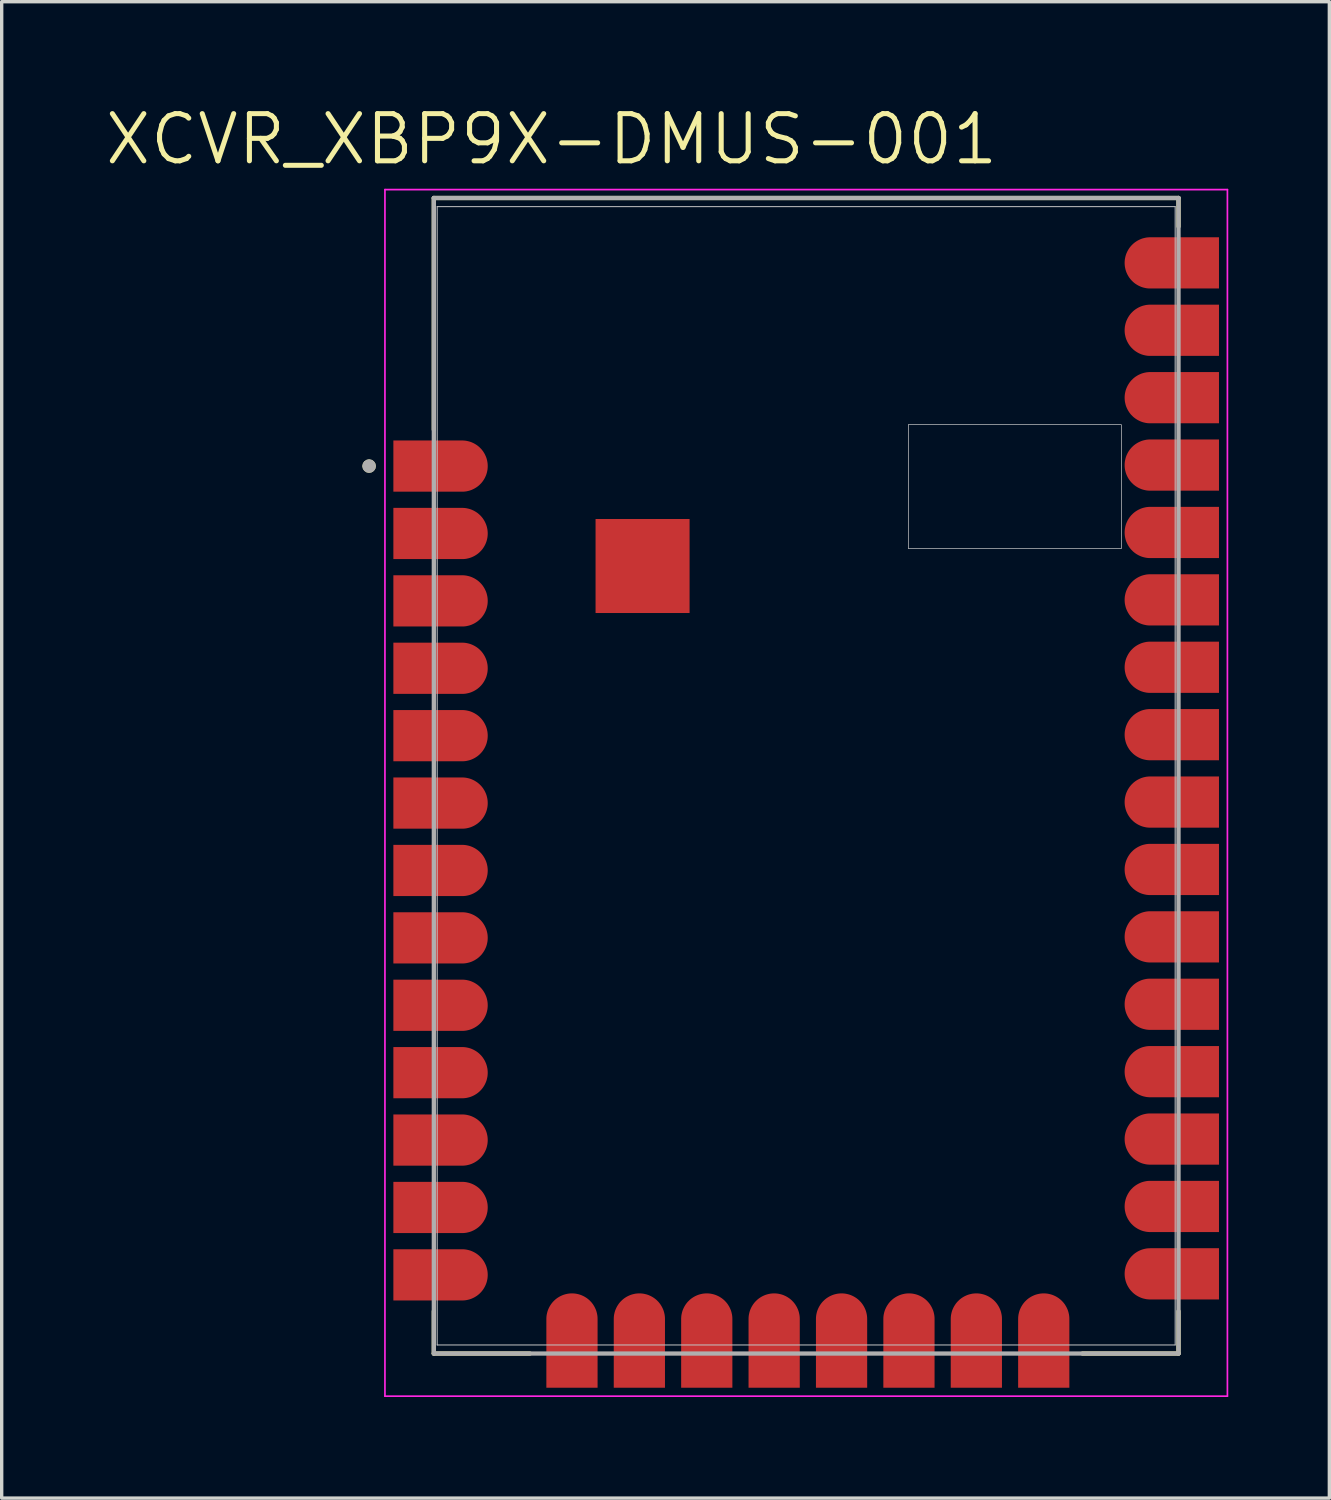
<source format=kicad_pcb>
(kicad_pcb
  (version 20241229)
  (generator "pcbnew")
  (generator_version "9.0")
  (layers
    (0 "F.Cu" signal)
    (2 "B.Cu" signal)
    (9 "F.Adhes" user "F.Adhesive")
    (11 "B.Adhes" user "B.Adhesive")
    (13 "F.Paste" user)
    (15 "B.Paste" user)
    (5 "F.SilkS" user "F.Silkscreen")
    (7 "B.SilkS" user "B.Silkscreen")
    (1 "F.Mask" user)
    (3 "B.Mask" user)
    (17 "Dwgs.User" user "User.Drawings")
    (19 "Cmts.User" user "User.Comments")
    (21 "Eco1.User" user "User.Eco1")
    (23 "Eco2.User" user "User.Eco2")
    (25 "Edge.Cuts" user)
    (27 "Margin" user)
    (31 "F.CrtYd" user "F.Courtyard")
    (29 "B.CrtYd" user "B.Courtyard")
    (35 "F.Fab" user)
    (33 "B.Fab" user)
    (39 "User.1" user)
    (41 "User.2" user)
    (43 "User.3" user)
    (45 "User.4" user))
  (footprint "XCVR_XBP9X-DMUS-001"
    (layer "F.Cu")
    (at 20.873 19.971)
    (property "Reference" "XCVR_XBP9X-DMUS-001" (at -7.555 -18.889 0) (layer "F.SilkS") (effects (font (size 1.4 1.4) (thickness 0.15))))
    (attr through_hole)
    (fp_poly (pts (xy -12.35 -10.05) (xy -12.35 -8.33) (xy -10.21 -8.33) (xy -10.165 -8.331) (xy -10.12 -8.335) (xy -10.075 -8.341) (xy -10.031 -8.349) (xy -9.987 -8.359) (xy -9.944 -8.372) (xy -9.902 -8.387) (xy -9.86 -8.404) (xy -9.82 -8.424) (xy -9.78 -8.445) (xy -9.742 -8.469) (xy -9.705 -8.494) (xy -9.669 -8.522) (xy -9.635 -8.551) (xy -9.602 -8.582) (xy -9.571 -8.615) (xy -9.542 -8.649) (xy -9.514 -8.685) (xy -9.489 -8.722) (xy -9.465 -8.76) (xy -9.444 -8.8) (xy -9.424 -8.84) (xy -9.407 -8.882) (xy -9.392 -8.924) (xy -9.379 -8.967) (xy -9.369 -9.011) (xy -9.361 -9.055) (xy -9.355 -9.1) (xy -9.351 -9.145) (xy -9.35 -9.19) (xy -9.351 -9.235) (xy -9.355 -9.28) (xy -9.361 -9.325) (xy -9.369 -9.369) (xy -9.379 -9.413) (xy -9.392 -9.456) (xy -9.407 -9.498) (xy -9.424 -9.54) (xy -9.444 -9.58) (xy -9.465 -9.62) (xy -9.489 -9.658) (xy -9.514 -9.695) (xy -9.542 -9.731) (xy -9.571 -9.765) (xy -9.602 -9.798) (xy -9.635 -9.829) (xy -9.669 -9.858) (xy -9.705 -9.886) (xy -9.742 -9.911) (xy -9.78 -9.935) (xy -9.82 -9.956) (xy -9.86 -9.976) (xy -9.902 -9.993) (xy -9.944 -10.008) (xy -9.987 -10.021) (xy -10.031 -10.031) (xy -10.075 -10.039) (xy -10.12 -10.045) (xy -10.165 -10.049) (xy -10.21 -10.05) (xy -12.35 -10.05)) (stroke (width 0.0001) (type solid)) (fill yes) (layer "F.Mask"))
    (fp_poly (pts (xy -12.35 -8.05) (xy -12.35 -6.33) (xy -10.21 -6.33) (xy -10.165 -6.331) (xy -10.12 -6.335) (xy -10.075 -6.341) (xy -10.031 -6.349) (xy -9.987 -6.359) (xy -9.944 -6.372) (xy -9.902 -6.387) (xy -9.86 -6.404) (xy -9.82 -6.424) (xy -9.78 -6.445) (xy -9.742 -6.469) (xy -9.705 -6.494) (xy -9.669 -6.522) (xy -9.635 -6.551) (xy -9.602 -6.582) (xy -9.571 -6.615) (xy -9.542 -6.649) (xy -9.514 -6.685) (xy -9.489 -6.722) (xy -9.465 -6.76) (xy -9.444 -6.8) (xy -9.424 -6.84) (xy -9.407 -6.882) (xy -9.392 -6.924) (xy -9.379 -6.967) (xy -9.369 -7.011) (xy -9.361 -7.055) (xy -9.355 -7.1) (xy -9.351 -7.145) (xy -9.35 -7.19) (xy -9.351 -7.235) (xy -9.355 -7.28) (xy -9.361 -7.325) (xy -9.369 -7.369) (xy -9.379 -7.413) (xy -9.392 -7.456) (xy -9.407 -7.498) (xy -9.424 -7.54) (xy -9.444 -7.58) (xy -9.465 -7.62) (xy -9.489 -7.658) (xy -9.514 -7.695) (xy -9.542 -7.731) (xy -9.571 -7.765) (xy -9.602 -7.798) (xy -9.635 -7.829) (xy -9.669 -7.858) (xy -9.705 -7.886) (xy -9.742 -7.911) (xy -9.78 -7.935) (xy -9.82 -7.956) (xy -9.86 -7.976) (xy -9.902 -7.993) (xy -9.944 -8.008) (xy -9.987 -8.021) (xy -10.031 -8.031) (xy -10.075 -8.039) (xy -10.12 -8.045) (xy -10.165 -8.049) (xy -10.21 -8.05) (xy -12.35 -8.05)) (stroke (width 0.0001) (type solid)) (fill yes) (layer "F.Mask"))
    (fp_poly (pts (xy -12.35 -6.05) (xy -12.35 -4.33) (xy -10.21 -4.33) (xy -10.165 -4.331) (xy -10.12 -4.335) (xy -10.075 -4.341) (xy -10.031 -4.349) (xy -9.987 -4.359) (xy -9.944 -4.372) (xy -9.902 -4.387) (xy -9.86 -4.404) (xy -9.82 -4.424) (xy -9.78 -4.445) (xy -9.742 -4.469) (xy -9.705 -4.494) (xy -9.669 -4.522) (xy -9.635 -4.551) (xy -9.602 -4.582) (xy -9.571 -4.615) (xy -9.542 -4.649) (xy -9.514 -4.685) (xy -9.489 -4.722) (xy -9.465 -4.76) (xy -9.444 -4.8) (xy -9.424 -4.84) (xy -9.407 -4.882) (xy -9.392 -4.924) (xy -9.379 -4.967) (xy -9.369 -5.011) (xy -9.361 -5.055) (xy -9.355 -5.1) (xy -9.351 -5.145) (xy -9.35 -5.19) (xy -9.351 -5.235) (xy -9.355 -5.28) (xy -9.361 -5.325) (xy -9.369 -5.369) (xy -9.379 -5.413) (xy -9.392 -5.456) (xy -9.407 -5.498) (xy -9.424 -5.54) (xy -9.444 -5.58) (xy -9.465 -5.62) (xy -9.489 -5.658) (xy -9.514 -5.695) (xy -9.542 -5.731) (xy -9.571 -5.765) (xy -9.602 -5.798) (xy -9.635 -5.829) (xy -9.669 -5.858) (xy -9.705 -5.886) (xy -9.742 -5.911) (xy -9.78 -5.935) (xy -9.82 -5.956) (xy -9.86 -5.976) (xy -9.902 -5.993) (xy -9.944 -6.008) (xy -9.987 -6.021) (xy -10.031 -6.031) (xy -10.075 -6.039) (xy -10.12 -6.045) (xy -10.165 -6.049) (xy -10.21 -6.05) (xy -12.35 -6.05)) (stroke (width 0.0001) (type solid)) (fill yes) (layer "F.Mask"))
    (fp_poly (pts (xy -12.35 -4.05) (xy -12.35 -2.33) (xy -10.21 -2.33) (xy -10.165 -2.331) (xy -10.12 -2.335) (xy -10.075 -2.341) (xy -10.031 -2.349) (xy -9.987 -2.359) (xy -9.944 -2.372) (xy -9.902 -2.387) (xy -9.86 -2.404) (xy -9.82 -2.424) (xy -9.78 -2.445) (xy -9.742 -2.469) (xy -9.705 -2.494) (xy -9.669 -2.522) (xy -9.635 -2.551) (xy -9.602 -2.582) (xy -9.571 -2.615) (xy -9.542 -2.649) (xy -9.514 -2.685) (xy -9.489 -2.722) (xy -9.465 -2.76) (xy -9.444 -2.8) (xy -9.424 -2.84) (xy -9.407 -2.882) (xy -9.392 -2.924) (xy -9.379 -2.967) (xy -9.369 -3.011) (xy -9.361 -3.055) (xy -9.355 -3.1) (xy -9.351 -3.145) (xy -9.35 -3.19) (xy -9.351 -3.235) (xy -9.355 -3.28) (xy -9.361 -3.325) (xy -9.369 -3.369) (xy -9.379 -3.413) (xy -9.392 -3.456) (xy -9.407 -3.498) (xy -9.424 -3.54) (xy -9.444 -3.58) (xy -9.465 -3.62) (xy -9.489 -3.658) (xy -9.514 -3.695) (xy -9.542 -3.731) (xy -9.571 -3.765) (xy -9.602 -3.798) (xy -9.635 -3.829) (xy -9.669 -3.858) (xy -9.705 -3.886) (xy -9.742 -3.911) (xy -9.78 -3.935) (xy -9.82 -3.956) (xy -9.86 -3.976) (xy -9.902 -3.993) (xy -9.944 -4.008) (xy -9.987 -4.021) (xy -10.031 -4.031) (xy -10.075 -4.039) (xy -10.12 -4.045) (xy -10.165 -4.049) (xy -10.21 -4.05) (xy -12.35 -4.05)) (stroke (width 0.0001) (type solid)) (fill yes) (layer "F.Mask"))
    (fp_poly (pts (xy -12.35 -2.05) (xy -12.35 -0.33) (xy -10.21 -0.33) (xy -10.165 -0.331) (xy -10.12 -0.335) (xy -10.075 -0.341) (xy -10.031 -0.349) (xy -9.987 -0.359) (xy -9.944 -0.372) (xy -9.902 -0.387) (xy -9.86 -0.404) (xy -9.82 -0.424) (xy -9.78 -0.445) (xy -9.742 -0.469) (xy -9.705 -0.494) (xy -9.669 -0.522) (xy -9.635 -0.551) (xy -9.602 -0.582) (xy -9.571 -0.615) (xy -9.542 -0.649) (xy -9.514 -0.685) (xy -9.489 -0.722) (xy -9.465 -0.76) (xy -9.444 -0.8) (xy -9.424 -0.84) (xy -9.407 -0.882) (xy -9.392 -0.924) (xy -9.379 -0.967) (xy -9.369 -1.011) (xy -9.361 -1.055) (xy -9.355 -1.1) (xy -9.351 -1.145) (xy -9.35 -1.19) (xy -9.351 -1.235) (xy -9.355 -1.28) (xy -9.361 -1.325) (xy -9.369 -1.369) (xy -9.379 -1.413) (xy -9.392 -1.456) (xy -9.407 -1.498) (xy -9.424 -1.54) (xy -9.444 -1.58) (xy -9.465 -1.62) (xy -9.489 -1.658) (xy -9.514 -1.695) (xy -9.542 -1.731) (xy -9.571 -1.765) (xy -9.602 -1.798) (xy -9.635 -1.829) (xy -9.669 -1.858) (xy -9.705 -1.886) (xy -9.742 -1.911) (xy -9.78 -1.935) (xy -9.82 -1.956) (xy -9.86 -1.976) (xy -9.902 -1.993) (xy -9.944 -2.008) (xy -9.987 -2.021) (xy -10.031 -2.031) (xy -10.075 -2.039) (xy -10.12 -2.045) (xy -10.165 -2.049) (xy -10.21 -2.05) (xy -12.35 -2.05)) (stroke (width 0.0001) (type solid)) (fill yes) (layer "F.Mask"))
    (fp_poly (pts (xy -12.35 -0.05) (xy -12.35 1.67) (xy -10.21 1.67) (xy -10.165 1.669) (xy -10.12 1.665) (xy -10.075 1.659) (xy -10.031 1.651) (xy -9.987 1.641) (xy -9.944 1.628) (xy -9.902 1.613) (xy -9.86 1.596) (xy -9.82 1.576) (xy -9.78 1.555) (xy -9.742 1.531) (xy -9.705 1.506) (xy -9.669 1.478) (xy -9.635 1.449) (xy -9.602 1.418) (xy -9.571 1.385) (xy -9.542 1.351) (xy -9.514 1.315) (xy -9.489 1.278) (xy -9.465 1.24) (xy -9.444 1.2) (xy -9.424 1.16) (xy -9.407 1.118) (xy -9.392 1.076) (xy -9.379 1.033) (xy -9.369 0.989) (xy -9.361 0.945) (xy -9.355 0.9) (xy -9.351 0.855) (xy -9.35 0.81) (xy -9.351 0.765) (xy -9.355 0.72) (xy -9.361 0.675) (xy -9.369 0.631) (xy -9.379 0.587) (xy -9.392 0.544) (xy -9.407 0.502) (xy -9.424 0.46) (xy -9.444 0.42) (xy -9.465 0.38) (xy -9.489 0.342) (xy -9.514 0.305) (xy -9.542 0.269) (xy -9.571 0.235) (xy -9.602 0.202) (xy -9.635 0.171) (xy -9.669 0.142) (xy -9.705 0.114) (xy -9.742 0.089) (xy -9.78 0.065) (xy -9.82 0.044) (xy -9.86 0.024) (xy -9.902 0.007) (xy -9.944 -0.008) (xy -9.987 -0.021) (xy -10.031 -0.031) (xy -10.075 -0.039) (xy -10.12 -0.045) (xy -10.165 -0.049) (xy -10.21 -0.05) (xy -12.35 -0.05)) (stroke (width 0.0001) (type solid)) (fill yes) (layer "F.Mask"))
    (fp_poly (pts (xy -12.35 1.95) (xy -12.35 3.67) (xy -10.21 3.67) (xy -10.165 3.669) (xy -10.12 3.665) (xy -10.075 3.659) (xy -10.031 3.651) (xy -9.987 3.641) (xy -9.944 3.628) (xy -9.902 3.613) (xy -9.86 3.596) (xy -9.82 3.576) (xy -9.78 3.555) (xy -9.742 3.531) (xy -9.705 3.506) (xy -9.669 3.478) (xy -9.635 3.449) (xy -9.602 3.418) (xy -9.571 3.385) (xy -9.542 3.351) (xy -9.514 3.315) (xy -9.489 3.278) (xy -9.465 3.24) (xy -9.444 3.2) (xy -9.424 3.16) (xy -9.407 3.118) (xy -9.392 3.076) (xy -9.379 3.033) (xy -9.369 2.989) (xy -9.361 2.945) (xy -9.355 2.9) (xy -9.351 2.855) (xy -9.35 2.81) (xy -9.351 2.765) (xy -9.355 2.72) (xy -9.361 2.675) (xy -9.369 2.631) (xy -9.379 2.587) (xy -9.392 2.544) (xy -9.407 2.502) (xy -9.424 2.46) (xy -9.444 2.42) (xy -9.465 2.38) (xy -9.489 2.342) (xy -9.514 2.305) (xy -9.542 2.269) (xy -9.571 2.235) (xy -9.602 2.202) (xy -9.635 2.171) (xy -9.669 2.142) (xy -9.705 2.114) (xy -9.742 2.089) (xy -9.78 2.065) (xy -9.82 2.044) (xy -9.86 2.024) (xy -9.902 2.007) (xy -9.944 1.992) (xy -9.987 1.979) (xy -10.031 1.969) (xy -10.075 1.961) (xy -10.12 1.955) (xy -10.165 1.951) (xy -10.21 1.95) (xy -12.35 1.95)) (stroke (width 0.0001) (type solid)) (fill yes) (layer "F.Mask"))
    (fp_poly (pts (xy -12.35 3.95) (xy -12.35 5.67) (xy -10.21 5.67) (xy -10.165 5.669) (xy -10.12 5.665) (xy -10.075 5.659) (xy -10.031 5.651) (xy -9.987 5.641) (xy -9.944 5.628) (xy -9.902 5.613) (xy -9.86 5.596) (xy -9.82 5.576) (xy -9.78 5.555) (xy -9.742 5.531) (xy -9.705 5.506) (xy -9.669 5.478) (xy -9.635 5.449) (xy -9.602 5.418) (xy -9.571 5.385) (xy -9.542 5.351) (xy -9.514 5.315) (xy -9.489 5.278) (xy -9.465 5.24) (xy -9.444 5.2) (xy -9.424 5.16) (xy -9.407 5.118) (xy -9.392 5.076) (xy -9.379 5.033) (xy -9.369 4.989) (xy -9.361 4.945) (xy -9.355 4.9) (xy -9.351 4.855) (xy -9.35 4.81) (xy -9.351 4.765) (xy -9.355 4.72) (xy -9.361 4.675) (xy -9.369 4.631) (xy -9.379 4.587) (xy -9.392 4.544) (xy -9.407 4.502) (xy -9.424 4.46) (xy -9.444 4.42) (xy -9.465 4.38) (xy -9.489 4.342) (xy -9.514 4.305) (xy -9.542 4.269) (xy -9.571 4.235) (xy -9.602 4.202) (xy -9.635 4.171) (xy -9.669 4.142) (xy -9.705 4.114) (xy -9.742 4.089) (xy -9.78 4.065) (xy -9.82 4.044) (xy -9.86 4.024) (xy -9.902 4.007) (xy -9.944 3.992) (xy -9.987 3.979) (xy -10.031 3.969) (xy -10.075 3.961) (xy -10.12 3.955) (xy -10.165 3.951) (xy -10.21 3.95) (xy -12.35 3.95)) (stroke (width 0.0001) (type solid)) (fill yes) (layer "F.Mask"))
    (fp_poly (pts (xy -12.35 5.95) (xy -12.35 7.67) (xy -10.21 7.67) (xy -10.165 7.669) (xy -10.12 7.665) (xy -10.075 7.659) (xy -10.031 7.651) (xy -9.987 7.641) (xy -9.944 7.628) (xy -9.902 7.613) (xy -9.86 7.596) (xy -9.82 7.576) (xy -9.78 7.555) (xy -9.742 7.531) (xy -9.705 7.506) (xy -9.669 7.478) (xy -9.635 7.449) (xy -9.602 7.418) (xy -9.571 7.385) (xy -9.542 7.351) (xy -9.514 7.315) (xy -9.489 7.278) (xy -9.465 7.24) (xy -9.444 7.2) (xy -9.424 7.16) (xy -9.407 7.118) (xy -9.392 7.076) (xy -9.379 7.033) (xy -9.369 6.989) (xy -9.361 6.945) (xy -9.355 6.9) (xy -9.351 6.855) (xy -9.35 6.81) (xy -9.351 6.765) (xy -9.355 6.72) (xy -9.361 6.675) (xy -9.369 6.631) (xy -9.379 6.587) (xy -9.392 6.544) (xy -9.407 6.502) (xy -9.424 6.46) (xy -9.444 6.42) (xy -9.465 6.38) (xy -9.489 6.342) (xy -9.514 6.305) (xy -9.542 6.269) (xy -9.571 6.235) (xy -9.602 6.202) (xy -9.635 6.171) (xy -9.669 6.142) (xy -9.705 6.114) (xy -9.742 6.089) (xy -9.78 6.065) (xy -9.82 6.044) (xy -9.86 6.024) (xy -9.902 6.007) (xy -9.944 5.992) (xy -9.987 5.979) (xy -10.031 5.969) (xy -10.075 5.961) (xy -10.12 5.955) (xy -10.165 5.951) (xy -10.21 5.95) (xy -12.35 5.95)) (stroke (width 0.0001) (type solid)) (fill yes) (layer "F.Mask"))
    (fp_poly (pts (xy -12.35 7.95) (xy -12.35 9.67) (xy -10.21 9.67) (xy -10.165 9.669) (xy -10.12 9.665) (xy -10.075 9.659) (xy -10.031 9.651) (xy -9.987 9.641) (xy -9.944 9.628) (xy -9.902 9.613) (xy -9.86 9.596) (xy -9.82 9.576) (xy -9.78 9.555) (xy -9.742 9.531) (xy -9.705 9.506) (xy -9.669 9.478) (xy -9.635 9.449) (xy -9.602 9.418) (xy -9.571 9.385) (xy -9.542 9.351) (xy -9.514 9.315) (xy -9.489 9.278) (xy -9.465 9.24) (xy -9.444 9.2) (xy -9.424 9.16) (xy -9.407 9.118) (xy -9.392 9.076) (xy -9.379 9.033) (xy -9.369 8.989) (xy -9.361 8.945) (xy -9.355 8.9) (xy -9.351 8.855) (xy -9.35 8.81) (xy -9.351 8.765) (xy -9.355 8.72) (xy -9.361 8.675) (xy -9.369 8.631) (xy -9.379 8.587) (xy -9.392 8.544) (xy -9.407 8.502) (xy -9.424 8.46) (xy -9.444 8.42) (xy -9.465 8.38) (xy -9.489 8.342) (xy -9.514 8.305) (xy -9.542 8.269) (xy -9.571 8.235) (xy -9.602 8.202) (xy -9.635 8.171) (xy -9.669 8.142) (xy -9.705 8.114) (xy -9.742 8.089) (xy -9.78 8.065) (xy -9.82 8.044) (xy -9.86 8.024) (xy -9.902 8.007) (xy -9.944 7.992) (xy -9.987 7.979) (xy -10.031 7.969) (xy -10.075 7.961) (xy -10.12 7.955) (xy -10.165 7.951) (xy -10.21 7.95) (xy -12.35 7.95)) (stroke (width 0.0001) (type solid)) (fill yes) (layer "F.Mask"))
    (fp_poly (pts (xy -12.35 9.95) (xy -12.35 11.67) (xy -10.21 11.67) (xy -10.165 11.669) (xy -10.12 11.665) (xy -10.075 11.659) (xy -10.031 11.651) (xy -9.987 11.641) (xy -9.944 11.628) (xy -9.902 11.613) (xy -9.86 11.596) (xy -9.82 11.576) (xy -9.78 11.555) (xy -9.742 11.531) (xy -9.705 11.506) (xy -9.669 11.478) (xy -9.635 11.449) (xy -9.602 11.418) (xy -9.571 11.385) (xy -9.542 11.351) (xy -9.514 11.315) (xy -9.489 11.278) (xy -9.465 11.24) (xy -9.444 11.2) (xy -9.424 11.16) (xy -9.407 11.118) (xy -9.392 11.076) (xy -9.379 11.033) (xy -9.369 10.989) (xy -9.361 10.945) (xy -9.355 10.9) (xy -9.351 10.855) (xy -9.35 10.81) (xy -9.351 10.765) (xy -9.355 10.72) (xy -9.361 10.675) (xy -9.369 10.631) (xy -9.379 10.587) (xy -9.392 10.544) (xy -9.407 10.502) (xy -9.424 10.46) (xy -9.444 10.42) (xy -9.465 10.38) (xy -9.489 10.342) (xy -9.514 10.305) (xy -9.542 10.269) (xy -9.571 10.235) (xy -9.602 10.202) (xy -9.635 10.171) (xy -9.669 10.142) (xy -9.705 10.114) (xy -9.742 10.089) (xy -9.78 10.065) (xy -9.82 10.044) (xy -9.86 10.024) (xy -9.902 10.007) (xy -9.944 9.992) (xy -9.987 9.979) (xy -10.031 9.969) (xy -10.075 9.961) (xy -10.12 9.955) (xy -10.165 9.951) (xy -10.21 9.95) (xy -12.35 9.95)) (stroke (width 0.0001) (type solid)) (fill yes) (layer "F.Mask"))
    (fp_poly (pts (xy -12.35 11.95) (xy -12.35 13.67) (xy -10.21 13.67) (xy -10.165 13.669) (xy -10.12 13.665) (xy -10.075 13.659) (xy -10.031 13.651) (xy -9.987 13.641) (xy -9.944 13.628) (xy -9.902 13.613) (xy -9.86 13.596) (xy -9.82 13.576) (xy -9.78 13.555) (xy -9.742 13.531) (xy -9.705 13.506) (xy -9.669 13.478) (xy -9.635 13.449) (xy -9.602 13.418) (xy -9.571 13.385) (xy -9.542 13.351) (xy -9.514 13.315) (xy -9.489 13.278) (xy -9.465 13.24) (xy -9.444 13.2) (xy -9.424 13.16) (xy -9.407 13.118) (xy -9.392 13.076) (xy -9.379 13.033) (xy -9.369 12.989) (xy -9.361 12.945) (xy -9.355 12.9) (xy -9.351 12.855) (xy -9.35 12.81) (xy -9.351 12.765) (xy -9.355 12.72) (xy -9.361 12.675) (xy -9.369 12.631) (xy -9.379 12.587) (xy -9.392 12.544) (xy -9.407 12.502) (xy -9.424 12.46) (xy -9.444 12.42) (xy -9.465 12.38) (xy -9.489 12.342) (xy -9.514 12.305) (xy -9.542 12.269) (xy -9.571 12.235) (xy -9.602 12.202) (xy -9.635 12.171) (xy -9.669 12.142) (xy -9.705 12.114) (xy -9.742 12.089) (xy -9.78 12.065) (xy -9.82 12.044) (xy -9.86 12.024) (xy -9.902 12.007) (xy -9.944 11.992) (xy -9.987 11.979) (xy -10.031 11.969) (xy -10.075 11.961) (xy -10.12 11.955) (xy -10.165 11.951) (xy -10.21 11.95) (xy -12.35 11.95)) (stroke (width 0.0001) (type solid)) (fill yes) (layer "F.Mask"))
    (fp_poly (pts (xy -12.35 13.95) (xy -12.35 15.67) (xy -10.21 15.67) (xy -10.165 15.669) (xy -10.12 15.665) (xy -10.075 15.659) (xy -10.031 15.651) (xy -9.987 15.641) (xy -9.944 15.628) (xy -9.902 15.613) (xy -9.86 15.596) (xy -9.82 15.576) (xy -9.78 15.555) (xy -9.742 15.531) (xy -9.705 15.506) (xy -9.669 15.478) (xy -9.635 15.449) (xy -9.602 15.418) (xy -9.571 15.385) (xy -9.542 15.351) (xy -9.514 15.315) (xy -9.489 15.278) (xy -9.465 15.24) (xy -9.444 15.2) (xy -9.424 15.16) (xy -9.407 15.118) (xy -9.392 15.076) (xy -9.379 15.033) (xy -9.369 14.989) (xy -9.361 14.945) (xy -9.355 14.9) (xy -9.351 14.855) (xy -9.35 14.81) (xy -9.351 14.765) (xy -9.355 14.72) (xy -9.361 14.675) (xy -9.369 14.631) (xy -9.379 14.587) (xy -9.392 14.544) (xy -9.407 14.502) (xy -9.424 14.46) (xy -9.444 14.42) (xy -9.465 14.38) (xy -9.489 14.342) (xy -9.514 14.305) (xy -9.542 14.269) (xy -9.571 14.235) (xy -9.602 14.202) (xy -9.635 14.171) (xy -9.669 14.142) (xy -9.705 14.114) (xy -9.742 14.089) (xy -9.78 14.065) (xy -9.82 14.044) (xy -9.86 14.024) (xy -9.902 14.007) (xy -9.944 13.992) (xy -9.987 13.979) (xy -10.031 13.969) (xy -10.075 13.961) (xy -10.12 13.955) (xy -10.165 13.951) (xy -10.21 13.95) (xy -12.35 13.95)) (stroke (width 0.0001) (type solid)) (fill yes) (layer "F.Mask"))
    (fp_poly (pts (xy -7.81 18.26) (xy -6.09 18.26) (xy -6.09 16.12) (xy -6.091 16.075) (xy -6.095 16.03) (xy -6.101 15.985) (xy -6.109 15.941) (xy -6.119 15.897) (xy -6.132 15.854) (xy -6.147 15.812) (xy -6.164 15.77) (xy -6.184 15.73) (xy -6.205 15.69) (xy -6.229 15.652) (xy -6.254 15.615) (xy -6.282 15.579) (xy -6.311 15.545) (xy -6.342 15.512) (xy -6.375 15.481) (xy -6.409 15.452) (xy -6.445 15.424) (xy -6.482 15.399) (xy -6.52 15.375) (xy -6.56 15.354) (xy -6.6 15.334) (xy -6.642 15.317) (xy -6.684 15.302) (xy -6.727 15.289) (xy -6.771 15.279) (xy -6.815 15.271) (xy -6.86 15.265) (xy -6.905 15.261) (xy -6.95 15.26) (xy -6.995 15.261) (xy -7.04 15.265) (xy -7.085 15.271) (xy -7.129 15.279) (xy -7.173 15.289) (xy -7.216 15.302) (xy -7.258 15.317) (xy -7.3 15.334) (xy -7.34 15.354) (xy -7.38 15.375) (xy -7.418 15.399) (xy -7.455 15.424) (xy -7.491 15.452) (xy -7.525 15.481) (xy -7.558 15.512) (xy -7.589 15.545) (xy -7.618 15.579) (xy -7.646 15.615) (xy -7.671 15.652) (xy -7.695 15.69) (xy -7.716 15.73) (xy -7.736 15.77) (xy -7.753 15.812) (xy -7.768 15.854) (xy -7.781 15.897) (xy -7.791 15.941) (xy -7.799 15.985) (xy -7.805 16.03) (xy -7.809 16.075) (xy -7.81 16.12) (xy -7.81 18.26)) (stroke (width 0.0001) (type solid)) (fill yes) (layer "F.Mask"))
    (fp_poly (pts (xy -5.81 18.26) (xy -4.09 18.26) (xy -4.09 16.12) (xy -4.091 16.075) (xy -4.095 16.03) (xy -4.101 15.985) (xy -4.109 15.941) (xy -4.119 15.897) (xy -4.132 15.854) (xy -4.147 15.812) (xy -4.164 15.77) (xy -4.184 15.73) (xy -4.205 15.69) (xy -4.229 15.652) (xy -4.254 15.615) (xy -4.282 15.579) (xy -4.311 15.545) (xy -4.342 15.512) (xy -4.375 15.481) (xy -4.409 15.452) (xy -4.445 15.424) (xy -4.482 15.399) (xy -4.52 15.375) (xy -4.56 15.354) (xy -4.6 15.334) (xy -4.642 15.317) (xy -4.684 15.302) (xy -4.727 15.289) (xy -4.771 15.279) (xy -4.815 15.271) (xy -4.86 15.265) (xy -4.905 15.261) (xy -4.95 15.26) (xy -4.995 15.261) (xy -5.04 15.265) (xy -5.085 15.271) (xy -5.129 15.279) (xy -5.173 15.289) (xy -5.216 15.302) (xy -5.258 15.317) (xy -5.3 15.334) (xy -5.34 15.354) (xy -5.38 15.375) (xy -5.418 15.399) (xy -5.455 15.424) (xy -5.491 15.452) (xy -5.525 15.481) (xy -5.558 15.512) (xy -5.589 15.545) (xy -5.618 15.579) (xy -5.646 15.615) (xy -5.671 15.652) (xy -5.695 15.69) (xy -5.716 15.73) (xy -5.736 15.77) (xy -5.753 15.812) (xy -5.768 15.854) (xy -5.781 15.897) (xy -5.791 15.941) (xy -5.799 15.985) (xy -5.805 16.03) (xy -5.809 16.075) (xy -5.81 16.12) (xy -5.81 18.26)) (stroke (width 0.0001) (type solid)) (fill yes) (layer "F.Mask"))
    (fp_poly (pts (xy -3.81 18.26) (xy -2.09 18.26) (xy -2.09 16.12) (xy -2.091 16.075) (xy -2.095 16.03) (xy -2.101 15.985) (xy -2.109 15.941) (xy -2.119 15.897) (xy -2.132 15.854) (xy -2.147 15.812) (xy -2.164 15.77) (xy -2.184 15.73) (xy -2.205 15.69) (xy -2.229 15.652) (xy -2.254 15.615) (xy -2.282 15.579) (xy -2.311 15.545) (xy -2.342 15.512) (xy -2.375 15.481) (xy -2.409 15.452) (xy -2.445 15.424) (xy -2.482 15.399) (xy -2.52 15.375) (xy -2.56 15.354) (xy -2.6 15.334) (xy -2.642 15.317) (xy -2.684 15.302) (xy -2.727 15.289) (xy -2.771 15.279) (xy -2.815 15.271) (xy -2.86 15.265) (xy -2.905 15.261) (xy -2.95 15.26) (xy -2.995 15.261) (xy -3.04 15.265) (xy -3.085 15.271) (xy -3.129 15.279) (xy -3.173 15.289) (xy -3.216 15.302) (xy -3.258 15.317) (xy -3.3 15.334) (xy -3.34 15.354) (xy -3.38 15.375) (xy -3.418 15.399) (xy -3.455 15.424) (xy -3.491 15.452) (xy -3.525 15.481) (xy -3.558 15.512) (xy -3.589 15.545) (xy -3.618 15.579) (xy -3.646 15.615) (xy -3.671 15.652) (xy -3.695 15.69) (xy -3.716 15.73) (xy -3.736 15.77) (xy -3.753 15.812) (xy -3.768 15.854) (xy -3.781 15.897) (xy -3.791 15.941) (xy -3.799 15.985) (xy -3.805 16.03) (xy -3.809 16.075) (xy -3.81 16.12) (xy -3.81 18.26)) (stroke (width 0.0001) (type solid)) (fill yes) (layer "F.Mask"))
    (fp_poly (pts (xy -1.81 18.26) (xy -0.09 18.26) (xy -0.09 16.12) (xy -0.091 16.075) (xy -0.095 16.03) (xy -0.101 15.985) (xy -0.109 15.941) (xy -0.119 15.897) (xy -0.132 15.854) (xy -0.147 15.812) (xy -0.164 15.77) (xy -0.184 15.73) (xy -0.205 15.69) (xy -0.229 15.652) (xy -0.254 15.615) (xy -0.282 15.579) (xy -0.311 15.545) (xy -0.342 15.512) (xy -0.375 15.481) (xy -0.409 15.452) (xy -0.445 15.424) (xy -0.482 15.399) (xy -0.52 15.375) (xy -0.56 15.354) (xy -0.6 15.334) (xy -0.642 15.317) (xy -0.684 15.302) (xy -0.727 15.289) (xy -0.771 15.279) (xy -0.815 15.271) (xy -0.86 15.265) (xy -0.905 15.261) (xy -0.95 15.26) (xy -0.995 15.261) (xy -1.04 15.265) (xy -1.085 15.271) (xy -1.129 15.279) (xy -1.173 15.289) (xy -1.216 15.302) (xy -1.258 15.317) (xy -1.3 15.334) (xy -1.34 15.354) (xy -1.38 15.375) (xy -1.418 15.399) (xy -1.455 15.424) (xy -1.491 15.452) (xy -1.525 15.481) (xy -1.558 15.512) (xy -1.589 15.545) (xy -1.618 15.579) (xy -1.646 15.615) (xy -1.671 15.652) (xy -1.695 15.69) (xy -1.716 15.73) (xy -1.736 15.77) (xy -1.753 15.812) (xy -1.768 15.854) (xy -1.781 15.897) (xy -1.791 15.941) (xy -1.799 15.985) (xy -1.805 16.03) (xy -1.809 16.075) (xy -1.81 16.12) (xy -1.81 18.26)) (stroke (width 0.0001) (type solid)) (fill yes) (layer "F.Mask"))
    (fp_poly (pts (xy 0.19 18.26) (xy 1.91 18.26) (xy 1.91 16.12) (xy 1.909 16.075) (xy 1.905 16.03) (xy 1.899 15.985) (xy 1.891 15.941) (xy 1.881 15.897) (xy 1.868 15.854) (xy 1.853 15.812) (xy 1.836 15.77) (xy 1.816 15.73) (xy 1.795 15.69) (xy 1.771 15.652) (xy 1.746 15.615) (xy 1.718 15.579) (xy 1.689 15.545) (xy 1.658 15.512) (xy 1.625 15.481) (xy 1.591 15.452) (xy 1.555 15.424) (xy 1.518 15.399) (xy 1.48 15.375) (xy 1.44 15.354) (xy 1.4 15.334) (xy 1.358 15.317) (xy 1.316 15.302) (xy 1.273 15.289) (xy 1.229 15.279) (xy 1.185 15.271) (xy 1.14 15.265) (xy 1.095 15.261) (xy 1.05 15.26) (xy 1.005 15.261) (xy 0.96 15.265) (xy 0.915 15.271) (xy 0.871 15.279) (xy 0.827 15.289) (xy 0.784 15.302) (xy 0.742 15.317) (xy 0.7 15.334) (xy 0.66 15.354) (xy 0.62 15.375) (xy 0.582 15.399) (xy 0.545 15.424) (xy 0.509 15.452) (xy 0.475 15.481) (xy 0.442 15.512) (xy 0.411 15.545) (xy 0.382 15.579) (xy 0.354 15.615) (xy 0.329 15.652) (xy 0.305 15.69) (xy 0.284 15.73) (xy 0.264 15.77) (xy 0.247 15.812) (xy 0.232 15.854) (xy 0.219 15.897) (xy 0.209 15.941) (xy 0.201 15.985) (xy 0.195 16.03) (xy 0.191 16.075) (xy 0.19 16.12) (xy 0.19 18.26)) (stroke (width 0.0001) (type solid)) (fill yes) (layer "F.Mask"))
    (fp_poly (pts (xy 2.19 18.26) (xy 3.91 18.26) (xy 3.91 16.12) (xy 3.909 16.075) (xy 3.905 16.03) (xy 3.899 15.985) (xy 3.891 15.941) (xy 3.881 15.897) (xy 3.868 15.854) (xy 3.853 15.812) (xy 3.836 15.77) (xy 3.816 15.73) (xy 3.795 15.69) (xy 3.771 15.652) (xy 3.746 15.615) (xy 3.718 15.579) (xy 3.689 15.545) (xy 3.658 15.512) (xy 3.625 15.481) (xy 3.591 15.452) (xy 3.555 15.424) (xy 3.518 15.399) (xy 3.48 15.375) (xy 3.44 15.354) (xy 3.4 15.334) (xy 3.358 15.317) (xy 3.316 15.302) (xy 3.273 15.289) (xy 3.229 15.279) (xy 3.185 15.271) (xy 3.14 15.265) (xy 3.095 15.261) (xy 3.05 15.26) (xy 3.005 15.261) (xy 2.96 15.265) (xy 2.915 15.271) (xy 2.871 15.279) (xy 2.827 15.289) (xy 2.784 15.302) (xy 2.742 15.317) (xy 2.7 15.334) (xy 2.66 15.354) (xy 2.62 15.375) (xy 2.582 15.399) (xy 2.545 15.424) (xy 2.509 15.452) (xy 2.475 15.481) (xy 2.442 15.512) (xy 2.411 15.545) (xy 2.382 15.579) (xy 2.354 15.615) (xy 2.329 15.652) (xy 2.305 15.69) (xy 2.284 15.73) (xy 2.264 15.77) (xy 2.247 15.812) (xy 2.232 15.854) (xy 2.219 15.897) (xy 2.209 15.941) (xy 2.201 15.985) (xy 2.195 16.03) (xy 2.191 16.075) (xy 2.19 16.12) (xy 2.19 18.26)) (stroke (width 0.0001) (type solid)) (fill yes) (layer "F.Mask"))
    (fp_poly (pts (xy 4.19 18.26) (xy 5.91 18.26) (xy 5.91 16.12) (xy 5.909 16.075) (xy 5.905 16.03) (xy 5.899 15.985) (xy 5.891 15.941) (xy 5.881 15.897) (xy 5.868 15.854) (xy 5.853 15.812) (xy 5.836 15.77) (xy 5.816 15.73) (xy 5.795 15.69) (xy 5.771 15.652) (xy 5.746 15.615) (xy 5.718 15.579) (xy 5.689 15.545) (xy 5.658 15.512) (xy 5.625 15.481) (xy 5.591 15.452) (xy 5.555 15.424) (xy 5.518 15.399) (xy 5.48 15.375) (xy 5.44 15.354) (xy 5.4 15.334) (xy 5.358 15.317) (xy 5.316 15.302) (xy 5.273 15.289) (xy 5.229 15.279) (xy 5.185 15.271) (xy 5.14 15.265) (xy 5.095 15.261) (xy 5.05 15.26) (xy 5.005 15.261) (xy 4.96 15.265) (xy 4.915 15.271) (xy 4.871 15.279) (xy 4.827 15.289) (xy 4.784 15.302) (xy 4.742 15.317) (xy 4.7 15.334) (xy 4.66 15.354) (xy 4.62 15.375) (xy 4.582 15.399) (xy 4.545 15.424) (xy 4.509 15.452) (xy 4.475 15.481) (xy 4.442 15.512) (xy 4.411 15.545) (xy 4.382 15.579) (xy 4.354 15.615) (xy 4.329 15.652) (xy 4.305 15.69) (xy 4.284 15.73) (xy 4.264 15.77) (xy 4.247 15.812) (xy 4.232 15.854) (xy 4.219 15.897) (xy 4.209 15.941) (xy 4.201 15.985) (xy 4.195 16.03) (xy 4.191 16.075) (xy 4.19 16.12) (xy 4.19 18.26)) (stroke (width 0.0001) (type solid)) (fill yes) (layer "F.Mask"))
    (fp_poly (pts (xy 6.19 18.26) (xy 7.91 18.26) (xy 7.91 16.12) (xy 7.909 16.075) (xy 7.905 16.03) (xy 7.899 15.985) (xy 7.891 15.941) (xy 7.881 15.897) (xy 7.868 15.854) (xy 7.853 15.812) (xy 7.836 15.77) (xy 7.816 15.73) (xy 7.795 15.69) (xy 7.771 15.652) (xy 7.746 15.615) (xy 7.718 15.579) (xy 7.689 15.545) (xy 7.658 15.512) (xy 7.625 15.481) (xy 7.591 15.452) (xy 7.555 15.424) (xy 7.518 15.399) (xy 7.48 15.375) (xy 7.44 15.354) (xy 7.4 15.334) (xy 7.358 15.317) (xy 7.316 15.302) (xy 7.273 15.289) (xy 7.229 15.279) (xy 7.185 15.271) (xy 7.14 15.265) (xy 7.095 15.261) (xy 7.05 15.26) (xy 7.005 15.261) (xy 6.96 15.265) (xy 6.915 15.271) (xy 6.871 15.279) (xy 6.827 15.289) (xy 6.784 15.302) (xy 6.742 15.317) (xy 6.7 15.334) (xy 6.66 15.354) (xy 6.62 15.375) (xy 6.582 15.399) (xy 6.545 15.424) (xy 6.509 15.452) (xy 6.475 15.481) (xy 6.442 15.512) (xy 6.411 15.545) (xy 6.382 15.579) (xy 6.354 15.615) (xy 6.329 15.652) (xy 6.305 15.69) (xy 6.284 15.73) (xy 6.264 15.77) (xy 6.247 15.812) (xy 6.232 15.854) (xy 6.219 15.897) (xy 6.209 15.941) (xy 6.201 15.985) (xy 6.195 16.03) (xy 6.191 16.075) (xy 6.19 16.12) (xy 6.19 18.26)) (stroke (width 0.0001) (type solid)) (fill yes) (layer "F.Mask"))
    (fp_poly (pts (xy 12.35 -14.36) (xy 12.35 -16.08) (xy 10.21 -16.08) (xy 10.165 -16.079) (xy 10.12 -16.075) (xy 10.075 -16.069) (xy 10.031 -16.061) (xy 9.987 -16.051) (xy 9.944 -16.038) (xy 9.902 -16.023) (xy 9.86 -16.006) (xy 9.82 -15.986) (xy 9.78 -15.965) (xy 9.742 -15.941) (xy 9.705 -15.916) (xy 9.669 -15.888) (xy 9.635 -15.859) (xy 9.602 -15.828) (xy 9.571 -15.795) (xy 9.542 -15.761) (xy 9.514 -15.725) (xy 9.489 -15.688) (xy 9.465 -15.65) (xy 9.444 -15.61) (xy 9.424 -15.57) (xy 9.407 -15.528) (xy 9.392 -15.486) (xy 9.379 -15.443) (xy 9.369 -15.399) (xy 9.361 -15.355) (xy 9.355 -15.31) (xy 9.351 -15.265) (xy 9.35 -15.22) (xy 9.351 -15.175) (xy 9.355 -15.13) (xy 9.361 -15.085) (xy 9.369 -15.041) (xy 9.379 -14.997) (xy 9.392 -14.954) (xy 9.407 -14.912) (xy 9.424 -14.87) (xy 9.444 -14.83) (xy 9.465 -14.79) (xy 9.489 -14.752) (xy 9.514 -14.715) (xy 9.542 -14.679) (xy 9.571 -14.645) (xy 9.602 -14.612) (xy 9.635 -14.581) (xy 9.669 -14.552) (xy 9.705 -14.524) (xy 9.742 -14.499) (xy 9.78 -14.475) (xy 9.82 -14.454) (xy 9.86 -14.434) (xy 9.902 -14.417) (xy 9.944 -14.402) (xy 9.987 -14.389) (xy 10.031 -14.379) (xy 10.075 -14.371) (xy 10.12 -14.365) (xy 10.165 -14.361) (xy 10.21 -14.36) (xy 12.35 -14.36)) (stroke (width 0.0001) (type solid)) (fill yes) (layer "F.Mask"))
    (fp_poly (pts (xy 12.35 -12.36) (xy 12.35 -14.08) (xy 10.21 -14.08) (xy 10.165 -14.079) (xy 10.12 -14.075) (xy 10.075 -14.069) (xy 10.031 -14.061) (xy 9.987 -14.051) (xy 9.944 -14.038) (xy 9.902 -14.023) (xy 9.86 -14.006) (xy 9.82 -13.986) (xy 9.78 -13.965) (xy 9.742 -13.941) (xy 9.705 -13.916) (xy 9.669 -13.888) (xy 9.635 -13.859) (xy 9.602 -13.828) (xy 9.571 -13.795) (xy 9.542 -13.761) (xy 9.514 -13.725) (xy 9.489 -13.688) (xy 9.465 -13.65) (xy 9.444 -13.61) (xy 9.424 -13.57) (xy 9.407 -13.528) (xy 9.392 -13.486) (xy 9.379 -13.443) (xy 9.369 -13.399) (xy 9.361 -13.355) (xy 9.355 -13.31) (xy 9.351 -13.265) (xy 9.35 -13.22) (xy 9.351 -13.175) (xy 9.355 -13.13) (xy 9.361 -13.085) (xy 9.369 -13.041) (xy 9.379 -12.997) (xy 9.392 -12.954) (xy 9.407 -12.912) (xy 9.424 -12.87) (xy 9.444 -12.83) (xy 9.465 -12.79) (xy 9.489 -12.752) (xy 9.514 -12.715) (xy 9.542 -12.679) (xy 9.571 -12.645) (xy 9.602 -12.612) (xy 9.635 -12.581) (xy 9.669 -12.552) (xy 9.705 -12.524) (xy 9.742 -12.499) (xy 9.78 -12.475) (xy 9.82 -12.454) (xy 9.86 -12.434) (xy 9.902 -12.417) (xy 9.944 -12.402) (xy 9.987 -12.389) (xy 10.031 -12.379) (xy 10.075 -12.371) (xy 10.12 -12.365) (xy 10.165 -12.361) (xy 10.21 -12.36) (xy 12.35 -12.36)) (stroke (width 0.0001) (type solid)) (fill yes) (layer "F.Mask"))
    (fp_poly (pts (xy 12.35 -10.36) (xy 12.35 -12.08) (xy 10.21 -12.08) (xy 10.165 -12.079) (xy 10.12 -12.075) (xy 10.075 -12.069) (xy 10.031 -12.061) (xy 9.987 -12.051) (xy 9.944 -12.038) (xy 9.902 -12.023) (xy 9.86 -12.006) (xy 9.82 -11.986) (xy 9.78 -11.965) (xy 9.742 -11.941) (xy 9.705 -11.916) (xy 9.669 -11.888) (xy 9.635 -11.859) (xy 9.602 -11.828) (xy 9.571 -11.795) (xy 9.542 -11.761) (xy 9.514 -11.725) (xy 9.489 -11.688) (xy 9.465 -11.65) (xy 9.444 -11.61) (xy 9.424 -11.57) (xy 9.407 -11.528) (xy 9.392 -11.486) (xy 9.379 -11.443) (xy 9.369 -11.399) (xy 9.361 -11.355) (xy 9.355 -11.31) (xy 9.351 -11.265) (xy 9.35 -11.22) (xy 9.351 -11.175) (xy 9.355 -11.13) (xy 9.361 -11.085) (xy 9.369 -11.041) (xy 9.379 -10.997) (xy 9.392 -10.954) (xy 9.407 -10.912) (xy 9.424 -10.87) (xy 9.444 -10.83) (xy 9.465 -10.79) (xy 9.489 -10.752) (xy 9.514 -10.715) (xy 9.542 -10.679) (xy 9.571 -10.645) (xy 9.602 -10.612) (xy 9.635 -10.581) (xy 9.669 -10.552) (xy 9.705 -10.524) (xy 9.742 -10.499) (xy 9.78 -10.475) (xy 9.82 -10.454) (xy 9.86 -10.434) (xy 9.902 -10.417) (xy 9.944 -10.402) (xy 9.987 -10.389) (xy 10.031 -10.379) (xy 10.075 -10.371) (xy 10.12 -10.365) (xy 10.165 -10.361) (xy 10.21 -10.36) (xy 12.35 -10.36)) (stroke (width 0.0001) (type solid)) (fill yes) (layer "F.Mask"))
    (fp_poly (pts (xy 12.35 -8.36) (xy 12.35 -10.08) (xy 10.21 -10.08) (xy 10.165 -10.079) (xy 10.12 -10.075) (xy 10.075 -10.069) (xy 10.031 -10.061) (xy 9.987 -10.051) (xy 9.944 -10.038) (xy 9.902 -10.023) (xy 9.86 -10.006) (xy 9.82 -9.986) (xy 9.78 -9.965) (xy 9.742 -9.941) (xy 9.705 -9.916) (xy 9.669 -9.888) (xy 9.635 -9.859) (xy 9.602 -9.828) (xy 9.571 -9.795) (xy 9.542 -9.761) (xy 9.514 -9.725) (xy 9.489 -9.688) (xy 9.465 -9.65) (xy 9.444 -9.61) (xy 9.424 -9.57) (xy 9.407 -9.528) (xy 9.392 -9.486) (xy 9.379 -9.443) (xy 9.369 -9.399) (xy 9.361 -9.355) (xy 9.355 -9.31) (xy 9.351 -9.265) (xy 9.35 -9.22) (xy 9.351 -9.175) (xy 9.355 -9.13) (xy 9.361 -9.085) (xy 9.369 -9.041) (xy 9.379 -8.997) (xy 9.392 -8.954) (xy 9.407 -8.912) (xy 9.424 -8.87) (xy 9.444 -8.83) (xy 9.465 -8.79) (xy 9.489 -8.752) (xy 9.514 -8.715) (xy 9.542 -8.679) (xy 9.571 -8.645) (xy 9.602 -8.612) (xy 9.635 -8.581) (xy 9.669 -8.552) (xy 9.705 -8.524) (xy 9.742 -8.499) (xy 9.78 -8.475) (xy 9.82 -8.454) (xy 9.86 -8.434) (xy 9.902 -8.417) (xy 9.944 -8.402) (xy 9.987 -8.389) (xy 10.031 -8.379) (xy 10.075 -8.371) (xy 10.12 -8.365) (xy 10.165 -8.361) (xy 10.21 -8.36) (xy 12.35 -8.36)) (stroke (width 0.0001) (type solid)) (fill yes) (layer "F.Mask"))
    (fp_poly (pts (xy 12.35 -6.36) (xy 12.35 -8.08) (xy 10.21 -8.08) (xy 10.165 -8.079) (xy 10.12 -8.075) (xy 10.075 -8.069) (xy 10.031 -8.061) (xy 9.987 -8.051) (xy 9.944 -8.038) (xy 9.902 -8.023) (xy 9.86 -8.006) (xy 9.82 -7.986) (xy 9.78 -7.965) (xy 9.742 -7.941) (xy 9.705 -7.916) (xy 9.669 -7.888) (xy 9.635 -7.859) (xy 9.602 -7.828) (xy 9.571 -7.795) (xy 9.542 -7.761) (xy 9.514 -7.725) (xy 9.489 -7.688) (xy 9.465 -7.65) (xy 9.444 -7.61) (xy 9.424 -7.57) (xy 9.407 -7.528) (xy 9.392 -7.486) (xy 9.379 -7.443) (xy 9.369 -7.399) (xy 9.361 -7.355) (xy 9.355 -7.31) (xy 9.351 -7.265) (xy 9.35 -7.22) (xy 9.351 -7.175) (xy 9.355 -7.13) (xy 9.361 -7.085) (xy 9.369 -7.041) (xy 9.379 -6.997) (xy 9.392 -6.954) (xy 9.407 -6.912) (xy 9.424 -6.87) (xy 9.444 -6.83) (xy 9.465 -6.79) (xy 9.489 -6.752) (xy 9.514 -6.715) (xy 9.542 -6.679) (xy 9.571 -6.645) (xy 9.602 -6.612) (xy 9.635 -6.581) (xy 9.669 -6.552) (xy 9.705 -6.524) (xy 9.742 -6.499) (xy 9.78 -6.475) (xy 9.82 -6.454) (xy 9.86 -6.434) (xy 9.902 -6.417) (xy 9.944 -6.402) (xy 9.987 -6.389) (xy 10.031 -6.379) (xy 10.075 -6.371) (xy 10.12 -6.365) (xy 10.165 -6.361) (xy 10.21 -6.36) (xy 12.35 -6.36)) (stroke (width 0.0001) (type solid)) (fill yes) (layer "F.Mask"))
    (fp_poly (pts (xy 12.35 -4.36) (xy 12.35 -6.08) (xy 10.21 -6.08) (xy 10.165 -6.079) (xy 10.12 -6.075) (xy 10.075 -6.069) (xy 10.031 -6.061) (xy 9.987 -6.051) (xy 9.944 -6.038) (xy 9.902 -6.023) (xy 9.86 -6.006) (xy 9.82 -5.986) (xy 9.78 -5.965) (xy 9.742 -5.941) (xy 9.705 -5.916) (xy 9.669 -5.888) (xy 9.635 -5.859) (xy 9.602 -5.828) (xy 9.571 -5.795) (xy 9.542 -5.761) (xy 9.514 -5.725) (xy 9.489 -5.688) (xy 9.465 -5.65) (xy 9.444 -5.61) (xy 9.424 -5.57) (xy 9.407 -5.528) (xy 9.392 -5.486) (xy 9.379 -5.443) (xy 9.369 -5.399) (xy 9.361 -5.355) (xy 9.355 -5.31) (xy 9.351 -5.265) (xy 9.35 -5.22) (xy 9.351 -5.175) (xy 9.355 -5.13) (xy 9.361 -5.085) (xy 9.369 -5.041) (xy 9.379 -4.997) (xy 9.392 -4.954) (xy 9.407 -4.912) (xy 9.424 -4.87) (xy 9.444 -4.83) (xy 9.465 -4.79) (xy 9.489 -4.752) (xy 9.514 -4.715) (xy 9.542 -4.679) (xy 9.571 -4.645) (xy 9.602 -4.612) (xy 9.635 -4.581) (xy 9.669 -4.552) (xy 9.705 -4.524) (xy 9.742 -4.499) (xy 9.78 -4.475) (xy 9.82 -4.454) (xy 9.86 -4.434) (xy 9.902 -4.417) (xy 9.944 -4.402) (xy 9.987 -4.389) (xy 10.031 -4.379) (xy 10.075 -4.371) (xy 10.12 -4.365) (xy 10.165 -4.361) (xy 10.21 -4.36) (xy 12.35 -4.36)) (stroke (width 0.0001) (type solid)) (fill yes) (layer "F.Mask"))
    (fp_poly (pts (xy 12.35 -2.36) (xy 12.35 -4.08) (xy 10.21 -4.08) (xy 10.165 -4.079) (xy 10.12 -4.075) (xy 10.075 -4.069) (xy 10.031 -4.061) (xy 9.987 -4.051) (xy 9.944 -4.038) (xy 9.902 -4.023) (xy 9.86 -4.006) (xy 9.82 -3.986) (xy 9.78 -3.965) (xy 9.742 -3.941) (xy 9.705 -3.916) (xy 9.669 -3.888) (xy 9.635 -3.859) (xy 9.602 -3.828) (xy 9.571 -3.795) (xy 9.542 -3.761) (xy 9.514 -3.725) (xy 9.489 -3.688) (xy 9.465 -3.65) (xy 9.444 -3.61) (xy 9.424 -3.57) (xy 9.407 -3.528) (xy 9.392 -3.486) (xy 9.379 -3.443) (xy 9.369 -3.399) (xy 9.361 -3.355) (xy 9.355 -3.31) (xy 9.351 -3.265) (xy 9.35 -3.22) (xy 9.351 -3.175) (xy 9.355 -3.13) (xy 9.361 -3.085) (xy 9.369 -3.041) (xy 9.379 -2.997) (xy 9.392 -2.954) (xy 9.407 -2.912) (xy 9.424 -2.87) (xy 9.444 -2.83) (xy 9.465 -2.79) (xy 9.489 -2.752) (xy 9.514 -2.715) (xy 9.542 -2.679) (xy 9.571 -2.645) (xy 9.602 -2.612) (xy 9.635 -2.581) (xy 9.669 -2.552) (xy 9.705 -2.524) (xy 9.742 -2.499) (xy 9.78 -2.475) (xy 9.82 -2.454) (xy 9.86 -2.434) (xy 9.902 -2.417) (xy 9.944 -2.402) (xy 9.987 -2.389) (xy 10.031 -2.379) (xy 10.075 -2.371) (xy 10.12 -2.365) (xy 10.165 -2.361) (xy 10.21 -2.36) (xy 12.35 -2.36)) (stroke (width 0.0001) (type solid)) (fill yes) (layer "F.Mask"))
    (fp_poly (pts (xy 12.35 -0.36) (xy 12.35 -2.08) (xy 10.21 -2.08) (xy 10.165 -2.079) (xy 10.12 -2.075) (xy 10.075 -2.069) (xy 10.031 -2.061) (xy 9.987 -2.051) (xy 9.944 -2.038) (xy 9.902 -2.023) (xy 9.86 -2.006) (xy 9.82 -1.986) (xy 9.78 -1.965) (xy 9.742 -1.941) (xy 9.705 -1.916) (xy 9.669 -1.888) (xy 9.635 -1.859) (xy 9.602 -1.828) (xy 9.571 -1.795) (xy 9.542 -1.761) (xy 9.514 -1.725) (xy 9.489 -1.688) (xy 9.465 -1.65) (xy 9.444 -1.61) (xy 9.424 -1.57) (xy 9.407 -1.528) (xy 9.392 -1.486) (xy 9.379 -1.443) (xy 9.369 -1.399) (xy 9.361 -1.355) (xy 9.355 -1.31) (xy 9.351 -1.265) (xy 9.35 -1.22) (xy 9.351 -1.175) (xy 9.355 -1.13) (xy 9.361 -1.085) (xy 9.369 -1.041) (xy 9.379 -0.997) (xy 9.392 -0.954) (xy 9.407 -0.912) (xy 9.424 -0.87) (xy 9.444 -0.83) (xy 9.465 -0.79) (xy 9.489 -0.752) (xy 9.514 -0.715) (xy 9.542 -0.679) (xy 9.571 -0.645) (xy 9.602 -0.612) (xy 9.635 -0.581) (xy 9.669 -0.552) (xy 9.705 -0.524) (xy 9.742 -0.499) (xy 9.78 -0.475) (xy 9.82 -0.454) (xy 9.86 -0.434) (xy 9.902 -0.417) (xy 9.944 -0.402) (xy 9.987 -0.389) (xy 10.031 -0.379) (xy 10.075 -0.371) (xy 10.12 -0.365) (xy 10.165 -0.361) (xy 10.21 -0.36) (xy 12.35 -0.36)) (stroke (width 0.0001) (type solid)) (fill yes) (layer "F.Mask"))
    (fp_poly (pts (xy 12.35 1.64) (xy 12.35 -0.08) (xy 10.21 -0.08) (xy 10.165 -0.079) (xy 10.12 -0.075) (xy 10.075 -0.069) (xy 10.031 -0.061) (xy 9.987 -0.051) (xy 9.944 -0.038) (xy 9.902 -0.023) (xy 9.86 -0.006) (xy 9.82 0.014) (xy 9.78 0.035) (xy 9.742 0.059) (xy 9.705 0.084) (xy 9.669 0.112) (xy 9.635 0.141) (xy 9.602 0.172) (xy 9.571 0.205) (xy 9.542 0.239) (xy 9.514 0.275) (xy 9.489 0.312) (xy 9.465 0.35) (xy 9.444 0.39) (xy 9.424 0.43) (xy 9.407 0.472) (xy 9.392 0.514) (xy 9.379 0.557) (xy 9.369 0.601) (xy 9.361 0.645) (xy 9.355 0.69) (xy 9.351 0.735) (xy 9.35 0.78) (xy 9.351 0.825) (xy 9.355 0.87) (xy 9.361 0.915) (xy 9.369 0.959) (xy 9.379 1.003) (xy 9.392 1.046) (xy 9.407 1.088) (xy 9.424 1.13) (xy 9.444 1.17) (xy 9.465 1.21) (xy 9.489 1.248) (xy 9.514 1.285) (xy 9.542 1.321) (xy 9.571 1.355) (xy 9.602 1.388) (xy 9.635 1.419) (xy 9.669 1.448) (xy 9.705 1.476) (xy 9.742 1.501) (xy 9.78 1.525) (xy 9.82 1.546) (xy 9.86 1.566) (xy 9.902 1.583) (xy 9.944 1.598) (xy 9.987 1.611) (xy 10.031 1.621) (xy 10.075 1.629) (xy 10.12 1.635) (xy 10.165 1.639) (xy 10.21 1.64) (xy 12.35 1.64)) (stroke (width 0.0001) (type solid)) (fill yes) (layer "F.Mask"))
    (fp_poly (pts (xy 12.35 3.64) (xy 12.35 1.92) (xy 10.21 1.92) (xy 10.165 1.921) (xy 10.12 1.925) (xy 10.075 1.931) (xy 10.031 1.939) (xy 9.987 1.949) (xy 9.944 1.962) (xy 9.902 1.977) (xy 9.86 1.994) (xy 9.82 2.014) (xy 9.78 2.035) (xy 9.742 2.059) (xy 9.705 2.084) (xy 9.669 2.112) (xy 9.635 2.141) (xy 9.602 2.172) (xy 9.571 2.205) (xy 9.542 2.239) (xy 9.514 2.275) (xy 9.489 2.312) (xy 9.465 2.35) (xy 9.444 2.39) (xy 9.424 2.43) (xy 9.407 2.472) (xy 9.392 2.514) (xy 9.379 2.557) (xy 9.369 2.601) (xy 9.361 2.645) (xy 9.355 2.69) (xy 9.351 2.735) (xy 9.35 2.78) (xy 9.351 2.825) (xy 9.355 2.87) (xy 9.361 2.915) (xy 9.369 2.959) (xy 9.379 3.003) (xy 9.392 3.046) (xy 9.407 3.088) (xy 9.424 3.13) (xy 9.444 3.17) (xy 9.465 3.21) (xy 9.489 3.248) (xy 9.514 3.285) (xy 9.542 3.321) (xy 9.571 3.355) (xy 9.602 3.388) (xy 9.635 3.419) (xy 9.669 3.448) (xy 9.705 3.476) (xy 9.742 3.501) (xy 9.78 3.525) (xy 9.82 3.546) (xy 9.86 3.566) (xy 9.902 3.583) (xy 9.944 3.598) (xy 9.987 3.611) (xy 10.031 3.621) (xy 10.075 3.629) (xy 10.12 3.635) (xy 10.165 3.639) (xy 10.21 3.64) (xy 12.35 3.64)) (stroke (width 0.0001) (type solid)) (fill yes) (layer "F.Mask"))
    (fp_poly (pts (xy 12.35 5.64) (xy 12.35 3.92) (xy 10.21 3.92) (xy 10.165 3.921) (xy 10.12 3.925) (xy 10.075 3.931) (xy 10.031 3.939) (xy 9.987 3.949) (xy 9.944 3.962) (xy 9.902 3.977) (xy 9.86 3.994) (xy 9.82 4.014) (xy 9.78 4.035) (xy 9.742 4.059) (xy 9.705 4.084) (xy 9.669 4.112) (xy 9.635 4.141) (xy 9.602 4.172) (xy 9.571 4.205) (xy 9.542 4.239) (xy 9.514 4.275) (xy 9.489 4.312) (xy 9.465 4.35) (xy 9.444 4.39) (xy 9.424 4.43) (xy 9.407 4.472) (xy 9.392 4.514) (xy 9.379 4.557) (xy 9.369 4.601) (xy 9.361 4.645) (xy 9.355 4.69) (xy 9.351 4.735) (xy 9.35 4.78) (xy 9.351 4.825) (xy 9.355 4.87) (xy 9.361 4.915) (xy 9.369 4.959) (xy 9.379 5.003) (xy 9.392 5.046) (xy 9.407 5.088) (xy 9.424 5.13) (xy 9.444 5.17) (xy 9.465 5.21) (xy 9.489 5.248) (xy 9.514 5.285) (xy 9.542 5.321) (xy 9.571 5.355) (xy 9.602 5.388) (xy 9.635 5.419) (xy 9.669 5.448) (xy 9.705 5.476) (xy 9.742 5.501) (xy 9.78 5.525) (xy 9.82 5.546) (xy 9.86 5.566) (xy 9.902 5.583) (xy 9.944 5.598) (xy 9.987 5.611) (xy 10.031 5.621) (xy 10.075 5.629) (xy 10.12 5.635) (xy 10.165 5.639) (xy 10.21 5.64) (xy 12.35 5.64)) (stroke (width 0.0001) (type solid)) (fill yes) (layer "F.Mask"))
    (fp_poly (pts (xy 12.35 7.64) (xy 12.35 5.92) (xy 10.21 5.92) (xy 10.165 5.921) (xy 10.12 5.925) (xy 10.075 5.931) (xy 10.031 5.939) (xy 9.987 5.949) (xy 9.944 5.962) (xy 9.902 5.977) (xy 9.86 5.994) (xy 9.82 6.014) (xy 9.78 6.035) (xy 9.742 6.059) (xy 9.705 6.084) (xy 9.669 6.112) (xy 9.635 6.141) (xy 9.602 6.172) (xy 9.571 6.205) (xy 9.542 6.239) (xy 9.514 6.275) (xy 9.489 6.312) (xy 9.465 6.35) (xy 9.444 6.39) (xy 9.424 6.43) (xy 9.407 6.472) (xy 9.392 6.514) (xy 9.379 6.557) (xy 9.369 6.601) (xy 9.361 6.645) (xy 9.355 6.69) (xy 9.351 6.735) (xy 9.35 6.78) (xy 9.351 6.825) (xy 9.355 6.87) (xy 9.361 6.915) (xy 9.369 6.959) (xy 9.379 7.003) (xy 9.392 7.046) (xy 9.407 7.088) (xy 9.424 7.13) (xy 9.444 7.17) (xy 9.465 7.21) (xy 9.489 7.248) (xy 9.514 7.285) (xy 9.542 7.321) (xy 9.571 7.355) (xy 9.602 7.388) (xy 9.635 7.419) (xy 9.669 7.448) (xy 9.705 7.476) (xy 9.742 7.501) (xy 9.78 7.525) (xy 9.82 7.546) (xy 9.86 7.566) (xy 9.902 7.583) (xy 9.944 7.598) (xy 9.987 7.611) (xy 10.031 7.621) (xy 10.075 7.629) (xy 10.12 7.635) (xy 10.165 7.639) (xy 10.21 7.64) (xy 12.35 7.64)) (stroke (width 0.0001) (type solid)) (fill yes) (layer "F.Mask"))
    (fp_poly (pts (xy 12.35 9.64) (xy 12.35 7.92) (xy 10.21 7.92) (xy 10.165 7.921) (xy 10.12 7.925) (xy 10.075 7.931) (xy 10.031 7.939) (xy 9.987 7.949) (xy 9.944 7.962) (xy 9.902 7.977) (xy 9.86 7.994) (xy 9.82 8.014) (xy 9.78 8.035) (xy 9.742 8.059) (xy 9.705 8.084) (xy 9.669 8.112) (xy 9.635 8.141) (xy 9.602 8.172) (xy 9.571 8.205) (xy 9.542 8.239) (xy 9.514 8.275) (xy 9.489 8.312) (xy 9.465 8.35) (xy 9.444 8.39) (xy 9.424 8.43) (xy 9.407 8.472) (xy 9.392 8.514) (xy 9.379 8.557) (xy 9.369 8.601) (xy 9.361 8.645) (xy 9.355 8.69) (xy 9.351 8.735) (xy 9.35 8.78) (xy 9.351 8.825) (xy 9.355 8.87) (xy 9.361 8.915) (xy 9.369 8.959) (xy 9.379 9.003) (xy 9.392 9.046) (xy 9.407 9.088) (xy 9.424 9.13) (xy 9.444 9.17) (xy 9.465 9.21) (xy 9.489 9.248) (xy 9.514 9.285) (xy 9.542 9.321) (xy 9.571 9.355) (xy 9.602 9.388) (xy 9.635 9.419) (xy 9.669 9.448) (xy 9.705 9.476) (xy 9.742 9.501) (xy 9.78 9.525) (xy 9.82 9.546) (xy 9.86 9.566) (xy 9.902 9.583) (xy 9.944 9.598) (xy 9.987 9.611) (xy 10.031 9.621) (xy 10.075 9.629) (xy 10.12 9.635) (xy 10.165 9.639) (xy 10.21 9.64) (xy 12.35 9.64)) (stroke (width 0.0001) (type solid)) (fill yes) (layer "F.Mask"))
    (fp_poly (pts (xy 12.35 11.64) (xy 12.35 9.92) (xy 10.21 9.92) (xy 10.165 9.921) (xy 10.12 9.925) (xy 10.075 9.931) (xy 10.031 9.939) (xy 9.987 9.949) (xy 9.944 9.962) (xy 9.902 9.977) (xy 9.86 9.994) (xy 9.82 10.014) (xy 9.78 10.035) (xy 9.742 10.059) (xy 9.705 10.084) (xy 9.669 10.112) (xy 9.635 10.141) (xy 9.602 10.172) (xy 9.571 10.205) (xy 9.542 10.239) (xy 9.514 10.275) (xy 9.489 10.312) (xy 9.465 10.35) (xy 9.444 10.39) (xy 9.424 10.43) (xy 9.407 10.472) (xy 9.392 10.514) (xy 9.379 10.557) (xy 9.369 10.601) (xy 9.361 10.645) (xy 9.355 10.69) (xy 9.351 10.735) (xy 9.35 10.78) (xy 9.351 10.825) (xy 9.355 10.87) (xy 9.361 10.915) (xy 9.369 10.959) (xy 9.379 11.003) (xy 9.392 11.046) (xy 9.407 11.088) (xy 9.424 11.13) (xy 9.444 11.17) (xy 9.465 11.21) (xy 9.489 11.248) (xy 9.514 11.285) (xy 9.542 11.321) (xy 9.571 11.355) (xy 9.602 11.388) (xy 9.635 11.419) (xy 9.669 11.448) (xy 9.705 11.476) (xy 9.742 11.501) (xy 9.78 11.525) (xy 9.82 11.546) (xy 9.86 11.566) (xy 9.902 11.583) (xy 9.944 11.598) (xy 9.987 11.611) (xy 10.031 11.621) (xy 10.075 11.629) (xy 10.12 11.635) (xy 10.165 11.639) (xy 10.21 11.64) (xy 12.35 11.64)) (stroke (width 0.0001) (type solid)) (fill yes) (layer "F.Mask"))
    (fp_poly (pts (xy 12.35 13.64) (xy 12.35 11.92) (xy 10.21 11.92) (xy 10.165 11.921) (xy 10.12 11.925) (xy 10.075 11.931) (xy 10.031 11.939) (xy 9.987 11.949) (xy 9.944 11.962) (xy 9.902 11.977) (xy 9.86 11.994) (xy 9.82 12.014) (xy 9.78 12.035) (xy 9.742 12.059) (xy 9.705 12.084) (xy 9.669 12.112) (xy 9.635 12.141) (xy 9.602 12.172) (xy 9.571 12.205) (xy 9.542 12.239) (xy 9.514 12.275) (xy 9.489 12.312) (xy 9.465 12.35) (xy 9.444 12.39) (xy 9.424 12.43) (xy 9.407 12.472) (xy 9.392 12.514) (xy 9.379 12.557) (xy 9.369 12.601) (xy 9.361 12.645) (xy 9.355 12.69) (xy 9.351 12.735) (xy 9.35 12.78) (xy 9.351 12.825) (xy 9.355 12.87) (xy 9.361 12.915) (xy 9.369 12.959) (xy 9.379 13.003) (xy 9.392 13.046) (xy 9.407 13.088) (xy 9.424 13.13) (xy 9.444 13.17) (xy 9.465 13.21) (xy 9.489 13.248) (xy 9.514 13.285) (xy 9.542 13.321) (xy 9.571 13.355) (xy 9.602 13.388) (xy 9.635 13.419) (xy 9.669 13.448) (xy 9.705 13.476) (xy 9.742 13.501) (xy 9.78 13.525) (xy 9.82 13.546) (xy 9.86 13.566) (xy 9.902 13.583) (xy 9.944 13.598) (xy 9.987 13.611) (xy 10.031 13.621) (xy 10.075 13.629) (xy 10.12 13.635) (xy 10.165 13.639) (xy 10.21 13.64) (xy 12.35 13.64)) (stroke (width 0.0001) (type solid)) (fill yes) (layer "F.Mask"))
    (fp_poly (pts (xy 12.35 15.64) (xy 12.35 13.92) (xy 10.21 13.92) (xy 10.165 13.921) (xy 10.12 13.925) (xy 10.075 13.931) (xy 10.031 13.939) (xy 9.987 13.949) (xy 9.944 13.962) (xy 9.902 13.977) (xy 9.86 13.994) (xy 9.82 14.014) (xy 9.78 14.035) (xy 9.742 14.059) (xy 9.705 14.084) (xy 9.669 14.112) (xy 9.635 14.141) (xy 9.602 14.172) (xy 9.571 14.205) (xy 9.542 14.239) (xy 9.514 14.275) (xy 9.489 14.312) (xy 9.465 14.35) (xy 9.444 14.39) (xy 9.424 14.43) (xy 9.407 14.472) (xy 9.392 14.514) (xy 9.379 14.557) (xy 9.369 14.601) (xy 9.361 14.645) (xy 9.355 14.69) (xy 9.351 14.735) (xy 9.35 14.78) (xy 9.351 14.825) (xy 9.355 14.87) (xy 9.361 14.915) (xy 9.369 14.959) (xy 9.379 15.003) (xy 9.392 15.046) (xy 9.407 15.088) (xy 9.424 15.13) (xy 9.444 15.17) (xy 9.465 15.21) (xy 9.489 15.248) (xy 9.514 15.285) (xy 9.542 15.321) (xy 9.571 15.355) (xy 9.602 15.388) (xy 9.635 15.419) (xy 9.669 15.448) (xy 9.705 15.476) (xy 9.742 15.501) (xy 9.78 15.525) (xy 9.82 15.546) (xy 9.86 15.566) (xy 9.902 15.583) (xy 9.944 15.598) (xy 9.987 15.611) (xy 10.031 15.621) (xy 10.075 15.629) (xy 10.12 15.635) (xy 10.165 15.639) (xy 10.21 15.64) (xy 12.35 15.64)) (stroke (width 0.0001) (type solid)) (fill yes) (layer "F.Mask"))
    (fp_line (start -11.05 17.145) (end -8.2 17.145) (stroke (width 0.127) (type solid)) (layer "F.SilkS"))
    (fp_line (start -11.049 -17.145) (end 11.049 -17.145) (stroke (width 0.127) (type solid)) (layer "F.SilkS"))
    (fp_line (start -11.049 -10.27) (end -11.049 -17.145) (stroke (width 0.127) (type solid)) (layer "F.SilkS"))
    (fp_line (start -11.049 17.145) (end -11.049 15.89) (stroke (width 0.127) (type solid)) (layer "F.SilkS"))
    (fp_line (start 11.049 -17.145) (end 11.049 -16.3) (stroke (width 0.127) (type solid)) (layer "F.SilkS"))
    (fp_line (start 11.049 15.89) (end 11.049 17.145) (stroke (width 0.127) (type solid)) (layer "F.SilkS"))
    (fp_line (start 11.05 17.145) (end 8.2 17.145) (stroke (width 0.127) (type solid)) (layer "F.SilkS"))
    (fp_circle (center -12.97 -9.19) (end -12.87 -9.19) (stroke (width 0.2) (type solid)) (fill no) (layer "F.SilkS"))
    (fp_poly (pts (xy -5.737 -7.107) (xy -3.973 -7.107) (xy -3.973 -5.343) (xy -5.737 -5.343)) (stroke (width 0.01) (type solid)) (fill yes) (layer "F.Paste"))
    (fp_poly (pts (xy -12.25 -9.95) (xy -12.25 -8.43) (xy -10.21 -8.43) (xy -10.17 -8.431) (xy -10.131 -8.434) (xy -10.091 -8.439) (xy -10.052 -8.447) (xy -10.013 -8.456) (xy -9.975 -8.467) (xy -9.938 -8.48) (xy -9.901 -8.496) (xy -9.865 -8.513) (xy -9.83 -8.532) (xy -9.796 -8.553) (xy -9.763 -8.575) (xy -9.732 -8.599) (xy -9.701 -8.625) (xy -9.673 -8.653) (xy -9.645 -8.681) (xy -9.619 -8.712) (xy -9.595 -8.743) (xy -9.573 -8.776) (xy -9.552 -8.81) (xy -9.533 -8.845) (xy -9.516 -8.881) (xy -9.5 -8.918) (xy -9.487 -8.955) (xy -9.476 -8.993) (xy -9.467 -9.032) (xy -9.459 -9.071) (xy -9.454 -9.111) (xy -9.451 -9.15) (xy -9.45 -9.19) (xy -9.451 -9.23) (xy -9.454 -9.269) (xy -9.459 -9.309) (xy -9.467 -9.348) (xy -9.476 -9.387) (xy -9.487 -9.425) (xy -9.5 -9.462) (xy -9.516 -9.499) (xy -9.533 -9.535) (xy -9.552 -9.57) (xy -9.573 -9.604) (xy -9.595 -9.637) (xy -9.619 -9.668) (xy -9.645 -9.699) (xy -9.673 -9.727) (xy -9.701 -9.755) (xy -9.732 -9.781) (xy -9.763 -9.805) (xy -9.796 -9.827) (xy -9.83 -9.848) (xy -9.865 -9.867) (xy -9.901 -9.884) (xy -9.938 -9.9) (xy -9.975 -9.913) (xy -10.013 -9.924) (xy -10.052 -9.933) (xy -10.091 -9.941) (xy -10.131 -9.946) (xy -10.17 -9.949) (xy -10.21 -9.95) (xy -12.25 -9.95)) (stroke (width 0.0001) (type solid)) (fill yes) (layer "F.Paste"))
    (fp_poly (pts (xy -12.25 -7.95) (xy -12.25 -6.43) (xy -10.21 -6.43) (xy -10.17 -6.431) (xy -10.131 -6.434) (xy -10.091 -6.439) (xy -10.052 -6.447) (xy -10.013 -6.456) (xy -9.975 -6.467) (xy -9.938 -6.48) (xy -9.901 -6.496) (xy -9.865 -6.513) (xy -9.83 -6.532) (xy -9.796 -6.553) (xy -9.763 -6.575) (xy -9.732 -6.599) (xy -9.701 -6.625) (xy -9.673 -6.653) (xy -9.645 -6.681) (xy -9.619 -6.712) (xy -9.595 -6.743) (xy -9.573 -6.776) (xy -9.552 -6.81) (xy -9.533 -6.845) (xy -9.516 -6.881) (xy -9.5 -6.918) (xy -9.487 -6.955) (xy -9.476 -6.993) (xy -9.467 -7.032) (xy -9.459 -7.071) (xy -9.454 -7.111) (xy -9.451 -7.15) (xy -9.45 -7.19) (xy -9.451 -7.23) (xy -9.454 -7.269) (xy -9.459 -7.309) (xy -9.467 -7.348) (xy -9.476 -7.387) (xy -9.487 -7.425) (xy -9.5 -7.462) (xy -9.516 -7.499) (xy -9.533 -7.535) (xy -9.552 -7.57) (xy -9.573 -7.604) (xy -9.595 -7.637) (xy -9.619 -7.668) (xy -9.645 -7.699) (xy -9.673 -7.727) (xy -9.701 -7.755) (xy -9.732 -7.781) (xy -9.763 -7.805) (xy -9.796 -7.827) (xy -9.83 -7.848) (xy -9.865 -7.867) (xy -9.901 -7.884) (xy -9.938 -7.9) (xy -9.975 -7.913) (xy -10.013 -7.924) (xy -10.052 -7.933) (xy -10.091 -7.941) (xy -10.131 -7.946) (xy -10.17 -7.949) (xy -10.21 -7.95) (xy -12.25 -7.95)) (stroke (width 0.0001) (type solid)) (fill yes) (layer "F.Paste"))
    (fp_poly (pts (xy -12.25 -5.95) (xy -12.25 -4.43) (xy -10.21 -4.43) (xy -10.17 -4.431) (xy -10.131 -4.434) (xy -10.091 -4.439) (xy -10.052 -4.447) (xy -10.013 -4.456) (xy -9.975 -4.467) (xy -9.938 -4.48) (xy -9.901 -4.496) (xy -9.865 -4.513) (xy -9.83 -4.532) (xy -9.796 -4.553) (xy -9.763 -4.575) (xy -9.732 -4.599) (xy -9.701 -4.625) (xy -9.673 -4.653) (xy -9.645 -4.681) (xy -9.619 -4.712) (xy -9.595 -4.743) (xy -9.573 -4.776) (xy -9.552 -4.81) (xy -9.533 -4.845) (xy -9.516 -4.881) (xy -9.5 -4.918) (xy -9.487 -4.955) (xy -9.476 -4.993) (xy -9.467 -5.032) (xy -9.459 -5.071) (xy -9.454 -5.111) (xy -9.451 -5.15) (xy -9.45 -5.19) (xy -9.451 -5.23) (xy -9.454 -5.269) (xy -9.459 -5.309) (xy -9.467 -5.348) (xy -9.476 -5.387) (xy -9.487 -5.425) (xy -9.5 -5.462) (xy -9.516 -5.499) (xy -9.533 -5.535) (xy -9.552 -5.57) (xy -9.573 -5.604) (xy -9.595 -5.637) (xy -9.619 -5.668) (xy -9.645 -5.699) (xy -9.673 -5.727) (xy -9.701 -5.755) (xy -9.732 -5.781) (xy -9.763 -5.805) (xy -9.796 -5.827) (xy -9.83 -5.848) (xy -9.865 -5.867) (xy -9.901 -5.884) (xy -9.938 -5.9) (xy -9.975 -5.913) (xy -10.013 -5.924) (xy -10.052 -5.933) (xy -10.091 -5.941) (xy -10.131 -5.946) (xy -10.17 -5.949) (xy -10.21 -5.95) (xy -12.25 -5.95)) (stroke (width 0.0001) (type solid)) (fill yes) (layer "F.Paste"))
    (fp_poly (pts (xy -12.25 -3.95) (xy -12.25 -2.43) (xy -10.21 -2.43) (xy -10.17 -2.431) (xy -10.131 -2.434) (xy -10.091 -2.439) (xy -10.052 -2.447) (xy -10.013 -2.456) (xy -9.975 -2.467) (xy -9.938 -2.48) (xy -9.901 -2.496) (xy -9.865 -2.513) (xy -9.83 -2.532) (xy -9.796 -2.553) (xy -9.763 -2.575) (xy -9.732 -2.599) (xy -9.701 -2.625) (xy -9.673 -2.653) (xy -9.645 -2.681) (xy -9.619 -2.712) (xy -9.595 -2.743) (xy -9.573 -2.776) (xy -9.552 -2.81) (xy -9.533 -2.845) (xy -9.516 -2.881) (xy -9.5 -2.918) (xy -9.487 -2.955) (xy -9.476 -2.993) (xy -9.467 -3.032) (xy -9.459 -3.071) (xy -9.454 -3.111) (xy -9.451 -3.15) (xy -9.45 -3.19) (xy -9.451 -3.23) (xy -9.454 -3.269) (xy -9.459 -3.309) (xy -9.467 -3.348) (xy -9.476 -3.387) (xy -9.487 -3.425) (xy -9.5 -3.462) (xy -9.516 -3.499) (xy -9.533 -3.535) (xy -9.552 -3.57) (xy -9.573 -3.604) (xy -9.595 -3.637) (xy -9.619 -3.668) (xy -9.645 -3.699) (xy -9.673 -3.727) (xy -9.701 -3.755) (xy -9.732 -3.781) (xy -9.763 -3.805) (xy -9.796 -3.827) (xy -9.83 -3.848) (xy -9.865 -3.867) (xy -9.901 -3.884) (xy -9.938 -3.9) (xy -9.975 -3.913) (xy -10.013 -3.924) (xy -10.052 -3.933) (xy -10.091 -3.941) (xy -10.131 -3.946) (xy -10.17 -3.949) (xy -10.21 -3.95) (xy -12.25 -3.95)) (stroke (width 0.0001) (type solid)) (fill yes) (layer "F.Paste"))
    (fp_poly (pts (xy -12.25 -1.95) (xy -12.25 -0.43) (xy -10.21 -0.43) (xy -10.17 -0.431) (xy -10.131 -0.434) (xy -10.091 -0.439) (xy -10.052 -0.447) (xy -10.013 -0.456) (xy -9.975 -0.467) (xy -9.938 -0.48) (xy -9.901 -0.496) (xy -9.865 -0.513) (xy -9.83 -0.532) (xy -9.796 -0.553) (xy -9.763 -0.575) (xy -9.732 -0.599) (xy -9.701 -0.625) (xy -9.673 -0.653) (xy -9.645 -0.681) (xy -9.619 -0.712) (xy -9.595 -0.743) (xy -9.573 -0.776) (xy -9.552 -0.81) (xy -9.533 -0.845) (xy -9.516 -0.881) (xy -9.5 -0.918) (xy -9.487 -0.955) (xy -9.476 -0.993) (xy -9.467 -1.032) (xy -9.459 -1.071) (xy -9.454 -1.111) (xy -9.451 -1.15) (xy -9.45 -1.19) (xy -9.451 -1.23) (xy -9.454 -1.269) (xy -9.459 -1.309) (xy -9.467 -1.348) (xy -9.476 -1.387) (xy -9.487 -1.425) (xy -9.5 -1.462) (xy -9.516 -1.499) (xy -9.533 -1.535) (xy -9.552 -1.57) (xy -9.573 -1.604) (xy -9.595 -1.637) (xy -9.619 -1.668) (xy -9.645 -1.699) (xy -9.673 -1.727) (xy -9.701 -1.755) (xy -9.732 -1.781) (xy -9.763 -1.805) (xy -9.796 -1.827) (xy -9.83 -1.848) (xy -9.865 -1.867) (xy -9.901 -1.884) (xy -9.938 -1.9) (xy -9.975 -1.913) (xy -10.013 -1.924) (xy -10.052 -1.933) (xy -10.091 -1.941) (xy -10.131 -1.946) (xy -10.17 -1.949) (xy -10.21 -1.95) (xy -12.25 -1.95)) (stroke (width 0.0001) (type solid)) (fill yes) (layer "F.Paste"))
    (fp_poly (pts (xy -12.25 0.05) (xy -12.25 1.57) (xy -10.21 1.57) (xy -10.17 1.569) (xy -10.131 1.566) (xy -10.091 1.561) (xy -10.052 1.553) (xy -10.013 1.544) (xy -9.975 1.533) (xy -9.938 1.52) (xy -9.901 1.504) (xy -9.865 1.487) (xy -9.83 1.468) (xy -9.796 1.447) (xy -9.763 1.425) (xy -9.732 1.401) (xy -9.701 1.375) (xy -9.673 1.347) (xy -9.645 1.319) (xy -9.619 1.288) (xy -9.595 1.257) (xy -9.573 1.224) (xy -9.552 1.19) (xy -9.533 1.155) (xy -9.516 1.119) (xy -9.5 1.082) (xy -9.487 1.045) (xy -9.476 1.007) (xy -9.467 0.968) (xy -9.459 0.929) (xy -9.454 0.889) (xy -9.451 0.85) (xy -9.45 0.81) (xy -9.451 0.77) (xy -9.454 0.731) (xy -9.459 0.691) (xy -9.467 0.652) (xy -9.476 0.613) (xy -9.487 0.575) (xy -9.5 0.538) (xy -9.516 0.501) (xy -9.533 0.465) (xy -9.552 0.43) (xy -9.573 0.396) (xy -9.595 0.363) (xy -9.619 0.332) (xy -9.645 0.301) (xy -9.673 0.273) (xy -9.701 0.245) (xy -9.732 0.219) (xy -9.763 0.195) (xy -9.796 0.173) (xy -9.83 0.152) (xy -9.865 0.133) (xy -9.901 0.116) (xy -9.938 0.1) (xy -9.975 0.087) (xy -10.013 0.076) (xy -10.052 0.067) (xy -10.091 0.059) (xy -10.131 0.054) (xy -10.17 0.051) (xy -10.21 0.05) (xy -12.25 0.05)) (stroke (width 0.0001) (type solid)) (fill yes) (layer "F.Paste"))
    (fp_poly (pts (xy -12.25 2.05) (xy -12.25 3.57) (xy -10.21 3.57) (xy -10.17 3.569) (xy -10.131 3.566) (xy -10.091 3.561) (xy -10.052 3.553) (xy -10.013 3.544) (xy -9.975 3.533) (xy -9.938 3.52) (xy -9.901 3.504) (xy -9.865 3.487) (xy -9.83 3.468) (xy -9.796 3.447) (xy -9.763 3.425) (xy -9.732 3.401) (xy -9.701 3.375) (xy -9.673 3.347) (xy -9.645 3.319) (xy -9.619 3.288) (xy -9.595 3.257) (xy -9.573 3.224) (xy -9.552 3.19) (xy -9.533 3.155) (xy -9.516 3.119) (xy -9.5 3.082) (xy -9.487 3.045) (xy -9.476 3.007) (xy -9.467 2.968) (xy -9.459 2.929) (xy -9.454 2.889) (xy -9.451 2.85) (xy -9.45 2.81) (xy -9.451 2.77) (xy -9.454 2.731) (xy -9.459 2.691) (xy -9.467 2.652) (xy -9.476 2.613) (xy -9.487 2.575) (xy -9.5 2.538) (xy -9.516 2.501) (xy -9.533 2.465) (xy -9.552 2.43) (xy -9.573 2.396) (xy -9.595 2.363) (xy -9.619 2.332) (xy -9.645 2.301) (xy -9.673 2.273) (xy -9.701 2.245) (xy -9.732 2.219) (xy -9.763 2.195) (xy -9.796 2.173) (xy -9.83 2.152) (xy -9.865 2.133) (xy -9.901 2.116) (xy -9.938 2.1) (xy -9.975 2.087) (xy -10.013 2.076) (xy -10.052 2.067) (xy -10.091 2.059) (xy -10.131 2.054) (xy -10.17 2.051) (xy -10.21 2.05) (xy -12.25 2.05)) (stroke (width 0.0001) (type solid)) (fill yes) (layer "F.Paste"))
    (fp_poly (pts (xy -12.25 4.05) (xy -12.25 5.57) (xy -10.21 5.57) (xy -10.17 5.569) (xy -10.131 5.566) (xy -10.091 5.561) (xy -10.052 5.553) (xy -10.013 5.544) (xy -9.975 5.533) (xy -9.938 5.52) (xy -9.901 5.504) (xy -9.865 5.487) (xy -9.83 5.468) (xy -9.796 5.447) (xy -9.763 5.425) (xy -9.732 5.401) (xy -9.701 5.375) (xy -9.673 5.347) (xy -9.645 5.319) (xy -9.619 5.288) (xy -9.595 5.257) (xy -9.573 5.224) (xy -9.552 5.19) (xy -9.533 5.155) (xy -9.516 5.119) (xy -9.5 5.082) (xy -9.487 5.045) (xy -9.476 5.007) (xy -9.467 4.968) (xy -9.459 4.929) (xy -9.454 4.889) (xy -9.451 4.85) (xy -9.45 4.81) (xy -9.451 4.77) (xy -9.454 4.731) (xy -9.459 4.691) (xy -9.467 4.652) (xy -9.476 4.613) (xy -9.487 4.575) (xy -9.5 4.538) (xy -9.516 4.501) (xy -9.533 4.465) (xy -9.552 4.43) (xy -9.573 4.396) (xy -9.595 4.363) (xy -9.619 4.332) (xy -9.645 4.301) (xy -9.673 4.273) (xy -9.701 4.245) (xy -9.732 4.219) (xy -9.763 4.195) (xy -9.796 4.173) (xy -9.83 4.152) (xy -9.865 4.133) (xy -9.901 4.116) (xy -9.938 4.1) (xy -9.975 4.087) (xy -10.013 4.076) (xy -10.052 4.067) (xy -10.091 4.059) (xy -10.131 4.054) (xy -10.17 4.051) (xy -10.21 4.05) (xy -12.25 4.05)) (stroke (width 0.0001) (type solid)) (fill yes) (layer "F.Paste"))
    (fp_poly (pts (xy -12.25 6.05) (xy -12.25 7.57) (xy -10.21 7.57) (xy -10.17 7.569) (xy -10.131 7.566) (xy -10.091 7.561) (xy -10.052 7.553) (xy -10.013 7.544) (xy -9.975 7.533) (xy -9.938 7.52) (xy -9.901 7.504) (xy -9.865 7.487) (xy -9.83 7.468) (xy -9.796 7.447) (xy -9.763 7.425) (xy -9.732 7.401) (xy -9.701 7.375) (xy -9.673 7.347) (xy -9.645 7.319) (xy -9.619 7.288) (xy -9.595 7.257) (xy -9.573 7.224) (xy -9.552 7.19) (xy -9.533 7.155) (xy -9.516 7.119) (xy -9.5 7.082) (xy -9.487 7.045) (xy -9.476 7.007) (xy -9.467 6.968) (xy -9.459 6.929) (xy -9.454 6.889) (xy -9.451 6.85) (xy -9.45 6.81) (xy -9.451 6.77) (xy -9.454 6.731) (xy -9.459 6.691) (xy -9.467 6.652) (xy -9.476 6.613) (xy -9.487 6.575) (xy -9.5 6.538) (xy -9.516 6.501) (xy -9.533 6.465) (xy -9.552 6.43) (xy -9.573 6.396) (xy -9.595 6.363) (xy -9.619 6.332) (xy -9.645 6.301) (xy -9.673 6.273) (xy -9.701 6.245) (xy -9.732 6.219) (xy -9.763 6.195) (xy -9.796 6.173) (xy -9.83 6.152) (xy -9.865 6.133) (xy -9.901 6.116) (xy -9.938 6.1) (xy -9.975 6.087) (xy -10.013 6.076) (xy -10.052 6.067) (xy -10.091 6.059) (xy -10.131 6.054) (xy -10.17 6.051) (xy -10.21 6.05) (xy -12.25 6.05)) (stroke (width 0.0001) (type solid)) (fill yes) (layer "F.Paste"))
    (fp_poly (pts (xy -12.25 8.05) (xy -12.25 9.57) (xy -10.21 9.57) (xy -10.17 9.569) (xy -10.131 9.566) (xy -10.091 9.561) (xy -10.052 9.553) (xy -10.013 9.544) (xy -9.975 9.533) (xy -9.938 9.52) (xy -9.901 9.504) (xy -9.865 9.487) (xy -9.83 9.468) (xy -9.796 9.447) (xy -9.763 9.425) (xy -9.732 9.401) (xy -9.701 9.375) (xy -9.673 9.347) (xy -9.645 9.319) (xy -9.619 9.288) (xy -9.595 9.257) (xy -9.573 9.224) (xy -9.552 9.19) (xy -9.533 9.155) (xy -9.516 9.119) (xy -9.5 9.082) (xy -9.487 9.045) (xy -9.476 9.007) (xy -9.467 8.968) (xy -9.459 8.929) (xy -9.454 8.889) (xy -9.451 8.85) (xy -9.45 8.81) (xy -9.451 8.77) (xy -9.454 8.731) (xy -9.459 8.691) (xy -9.467 8.652) (xy -9.476 8.613) (xy -9.487 8.575) (xy -9.5 8.538) (xy -9.516 8.501) (xy -9.533 8.465) (xy -9.552 8.43) (xy -9.573 8.396) (xy -9.595 8.363) (xy -9.619 8.332) (xy -9.645 8.301) (xy -9.673 8.273) (xy -9.701 8.245) (xy -9.732 8.219) (xy -9.763 8.195) (xy -9.796 8.173) (xy -9.83 8.152) (xy -9.865 8.133) (xy -9.901 8.116) (xy -9.938 8.1) (xy -9.975 8.087) (xy -10.013 8.076) (xy -10.052 8.067) (xy -10.091 8.059) (xy -10.131 8.054) (xy -10.17 8.051) (xy -10.21 8.05) (xy -12.25 8.05)) (stroke (width 0.0001) (type solid)) (fill yes) (layer "F.Paste"))
    (fp_poly (pts (xy -12.25 10.05) (xy -12.25 11.57) (xy -10.21 11.57) (xy -10.17 11.569) (xy -10.131 11.566) (xy -10.091 11.561) (xy -10.052 11.553) (xy -10.013 11.544) (xy -9.975 11.533) (xy -9.938 11.52) (xy -9.901 11.504) (xy -9.865 11.487) (xy -9.83 11.468) (xy -9.796 11.447) (xy -9.763 11.425) (xy -9.732 11.401) (xy -9.701 11.375) (xy -9.673 11.347) (xy -9.645 11.319) (xy -9.619 11.288) (xy -9.595 11.257) (xy -9.573 11.224) (xy -9.552 11.19) (xy -9.533 11.155) (xy -9.516 11.119) (xy -9.5 11.082) (xy -9.487 11.045) (xy -9.476 11.007) (xy -9.467 10.968) (xy -9.459 10.929) (xy -9.454 10.889) (xy -9.451 10.85) (xy -9.45 10.81) (xy -9.451 10.77) (xy -9.454 10.731) (xy -9.459 10.691) (xy -9.467 10.652) (xy -9.476 10.613) (xy -9.487 10.575) (xy -9.5 10.538) (xy -9.516 10.501) (xy -9.533 10.465) (xy -9.552 10.43) (xy -9.573 10.396) (xy -9.595 10.363) (xy -9.619 10.332) (xy -9.645 10.301) (xy -9.673 10.273) (xy -9.701 10.245) (xy -9.732 10.219) (xy -9.763 10.195) (xy -9.796 10.173) (xy -9.83 10.152) (xy -9.865 10.133) (xy -9.901 10.116) (xy -9.938 10.1) (xy -9.975 10.087) (xy -10.013 10.076) (xy -10.052 10.067) (xy -10.091 10.059) (xy -10.131 10.054) (xy -10.17 10.051) (xy -10.21 10.05) (xy -12.25 10.05)) (stroke (width 0.0001) (type solid)) (fill yes) (layer "F.Paste"))
    (fp_poly (pts (xy -12.25 12.05) (xy -12.25 13.57) (xy -10.21 13.57) (xy -10.17 13.569) (xy -10.131 13.566) (xy -10.091 13.561) (xy -10.052 13.553) (xy -10.013 13.544) (xy -9.975 13.533) (xy -9.938 13.52) (xy -9.901 13.504) (xy -9.865 13.487) (xy -9.83 13.468) (xy -9.796 13.447) (xy -9.763 13.425) (xy -9.732 13.401) (xy -9.701 13.375) (xy -9.673 13.347) (xy -9.645 13.319) (xy -9.619 13.288) (xy -9.595 13.257) (xy -9.573 13.224) (xy -9.552 13.19) (xy -9.533 13.155) (xy -9.516 13.119) (xy -9.5 13.082) (xy -9.487 13.045) (xy -9.476 13.007) (xy -9.467 12.968) (xy -9.459 12.929) (xy -9.454 12.889) (xy -9.451 12.85) (xy -9.45 12.81) (xy -9.451 12.77) (xy -9.454 12.731) (xy -9.459 12.691) (xy -9.467 12.652) (xy -9.476 12.613) (xy -9.487 12.575) (xy -9.5 12.538) (xy -9.516 12.501) (xy -9.533 12.465) (xy -9.552 12.43) (xy -9.573 12.396) (xy -9.595 12.363) (xy -9.619 12.332) (xy -9.645 12.301) (xy -9.673 12.273) (xy -9.701 12.245) (xy -9.732 12.219) (xy -9.763 12.195) (xy -9.796 12.173) (xy -9.83 12.152) (xy -9.865 12.133) (xy -9.901 12.116) (xy -9.938 12.1) (xy -9.975 12.087) (xy -10.013 12.076) (xy -10.052 12.067) (xy -10.091 12.059) (xy -10.131 12.054) (xy -10.17 12.051) (xy -10.21 12.05) (xy -12.25 12.05)) (stroke (width 0.0001) (type solid)) (fill yes) (layer "F.Paste"))
    (fp_poly (pts (xy -12.25 14.05) (xy -12.25 15.57) (xy -10.21 15.57) (xy -10.17 15.569) (xy -10.131 15.566) (xy -10.091 15.561) (xy -10.052 15.553) (xy -10.013 15.544) (xy -9.975 15.533) (xy -9.938 15.52) (xy -9.901 15.504) (xy -9.865 15.487) (xy -9.83 15.468) (xy -9.796 15.447) (xy -9.763 15.425) (xy -9.732 15.401) (xy -9.701 15.375) (xy -9.673 15.347) (xy -9.645 15.319) (xy -9.619 15.288) (xy -9.595 15.257) (xy -9.573 15.224) (xy -9.552 15.19) (xy -9.533 15.155) (xy -9.516 15.119) (xy -9.5 15.082) (xy -9.487 15.045) (xy -9.476 15.007) (xy -9.467 14.968) (xy -9.459 14.929) (xy -9.454 14.889) (xy -9.451 14.85) (xy -9.45 14.81) (xy -9.451 14.77) (xy -9.454 14.731) (xy -9.459 14.691) (xy -9.467 14.652) (xy -9.476 14.613) (xy -9.487 14.575) (xy -9.5 14.538) (xy -9.516 14.501) (xy -9.533 14.465) (xy -9.552 14.43) (xy -9.573 14.396) (xy -9.595 14.363) (xy -9.619 14.332) (xy -9.645 14.301) (xy -9.673 14.273) (xy -9.701 14.245) (xy -9.732 14.219) (xy -9.763 14.195) (xy -9.796 14.173) (xy -9.83 14.152) (xy -9.865 14.133) (xy -9.901 14.116) (xy -9.938 14.1) (xy -9.975 14.087) (xy -10.013 14.076) (xy -10.052 14.067) (xy -10.091 14.059) (xy -10.131 14.054) (xy -10.17 14.051) (xy -10.21 14.05) (xy -12.25 14.05)) (stroke (width 0.0001) (type solid)) (fill yes) (layer "F.Paste"))
    (fp_poly (pts (xy -7.71 18.16) (xy -6.19 18.16) (xy -6.19 16.12) (xy -6.191 16.08) (xy -6.194 16.041) (xy -6.199 16.001) (xy -6.207 15.962) (xy -6.216 15.923) (xy -6.227 15.885) (xy -6.24 15.848) (xy -6.256 15.811) (xy -6.273 15.775) (xy -6.292 15.74) (xy -6.313 15.706) (xy -6.335 15.673) (xy -6.359 15.642) (xy -6.385 15.611) (xy -6.413 15.583) (xy -6.441 15.555) (xy -6.472 15.529) (xy -6.503 15.505) (xy -6.536 15.483) (xy -6.57 15.462) (xy -6.605 15.443) (xy -6.641 15.426) (xy -6.678 15.41) (xy -6.715 15.397) (xy -6.753 15.386) (xy -6.792 15.377) (xy -6.831 15.369) (xy -6.871 15.364) (xy -6.91 15.361) (xy -6.95 15.36) (xy -6.99 15.361) (xy -7.029 15.364) (xy -7.069 15.369) (xy -7.108 15.377) (xy -7.147 15.386) (xy -7.185 15.397) (xy -7.222 15.41) (xy -7.259 15.426) (xy -7.295 15.443) (xy -7.33 15.462) (xy -7.364 15.483) (xy -7.397 15.505) (xy -7.428 15.529) (xy -7.459 15.555) (xy -7.487 15.583) (xy -7.515 15.611) (xy -7.541 15.642) (xy -7.565 15.673) (xy -7.587 15.706) (xy -7.608 15.74) (xy -7.627 15.775) (xy -7.644 15.811) (xy -7.66 15.848) (xy -7.673 15.885) (xy -7.684 15.923) (xy -7.693 15.962) (xy -7.701 16.001) (xy -7.706 16.041) (xy -7.709 16.08) (xy -7.71 16.12) (xy -7.71 18.16)) (stroke (width 0.0001) (type solid)) (fill yes) (layer "F.Paste"))
    (fp_poly (pts (xy -5.71 18.16) (xy -4.19 18.16) (xy -4.19 16.12) (xy -4.191 16.08) (xy -4.194 16.041) (xy -4.199 16.001) (xy -4.207 15.962) (xy -4.216 15.923) (xy -4.227 15.885) (xy -4.24 15.848) (xy -4.256 15.811) (xy -4.273 15.775) (xy -4.292 15.74) (xy -4.313 15.706) (xy -4.335 15.673) (xy -4.359 15.642) (xy -4.385 15.611) (xy -4.413 15.583) (xy -4.441 15.555) (xy -4.472 15.529) (xy -4.503 15.505) (xy -4.536 15.483) (xy -4.57 15.462) (xy -4.605 15.443) (xy -4.641 15.426) (xy -4.678 15.41) (xy -4.715 15.397) (xy -4.753 15.386) (xy -4.792 15.377) (xy -4.831 15.369) (xy -4.871 15.364) (xy -4.91 15.361) (xy -4.95 15.36) (xy -4.99 15.361) (xy -5.029 15.364) (xy -5.069 15.369) (xy -5.108 15.377) (xy -5.147 15.386) (xy -5.185 15.397) (xy -5.222 15.41) (xy -5.259 15.426) (xy -5.295 15.443) (xy -5.33 15.462) (xy -5.364 15.483) (xy -5.397 15.505) (xy -5.428 15.529) (xy -5.459 15.555) (xy -5.487 15.583) (xy -5.515 15.611) (xy -5.541 15.642) (xy -5.565 15.673) (xy -5.587 15.706) (xy -5.608 15.74) (xy -5.627 15.775) (xy -5.644 15.811) (xy -5.66 15.848) (xy -5.673 15.885) (xy -5.684 15.923) (xy -5.693 15.962) (xy -5.701 16.001) (xy -5.706 16.041) (xy -5.709 16.08) (xy -5.71 16.12) (xy -5.71 18.16)) (stroke (width 0.0001) (type solid)) (fill yes) (layer "F.Paste"))
    (fp_poly (pts (xy -3.71 18.16) (xy -2.19 18.16) (xy -2.19 16.12) (xy -2.191 16.08) (xy -2.194 16.041) (xy -2.199 16.001) (xy -2.207 15.962) (xy -2.216 15.923) (xy -2.227 15.885) (xy -2.24 15.848) (xy -2.256 15.811) (xy -2.273 15.775) (xy -2.292 15.74) (xy -2.313 15.706) (xy -2.335 15.673) (xy -2.359 15.642) (xy -2.385 15.611) (xy -2.413 15.583) (xy -2.441 15.555) (xy -2.472 15.529) (xy -2.503 15.505) (xy -2.536 15.483) (xy -2.57 15.462) (xy -2.605 15.443) (xy -2.641 15.426) (xy -2.678 15.41) (xy -2.715 15.397) (xy -2.753 15.386) (xy -2.792 15.377) (xy -2.831 15.369) (xy -2.871 15.364) (xy -2.91 15.361) (xy -2.95 15.36) (xy -2.99 15.361) (xy -3.029 15.364) (xy -3.069 15.369) (xy -3.108 15.377) (xy -3.147 15.386) (xy -3.185 15.397) (xy -3.222 15.41) (xy -3.259 15.426) (xy -3.295 15.443) (xy -3.33 15.462) (xy -3.364 15.483) (xy -3.397 15.505) (xy -3.428 15.529) (xy -3.459 15.555) (xy -3.487 15.583) (xy -3.515 15.611) (xy -3.541 15.642) (xy -3.565 15.673) (xy -3.587 15.706) (xy -3.608 15.74) (xy -3.627 15.775) (xy -3.644 15.811) (xy -3.66 15.848) (xy -3.673 15.885) (xy -3.684 15.923) (xy -3.693 15.962) (xy -3.701 16.001) (xy -3.706 16.041) (xy -3.709 16.08) (xy -3.71 16.12) (xy -3.71 18.16)) (stroke (width 0.0001) (type solid)) (fill yes) (layer "F.Paste"))
    (fp_poly (pts (xy -1.71 18.16) (xy -0.19 18.16) (xy -0.19 16.12) (xy -0.191 16.08) (xy -0.194 16.041) (xy -0.199 16.001) (xy -0.207 15.962) (xy -0.216 15.923) (xy -0.227 15.885) (xy -0.24 15.848) (xy -0.256 15.811) (xy -0.273 15.775) (xy -0.292 15.74) (xy -0.313 15.706) (xy -0.335 15.673) (xy -0.359 15.642) (xy -0.385 15.611) (xy -0.413 15.583) (xy -0.441 15.555) (xy -0.472 15.529) (xy -0.503 15.505) (xy -0.536 15.483) (xy -0.57 15.462) (xy -0.605 15.443) (xy -0.641 15.426) (xy -0.678 15.41) (xy -0.715 15.397) (xy -0.753 15.386) (xy -0.792 15.377) (xy -0.831 15.369) (xy -0.871 15.364) (xy -0.91 15.361) (xy -0.95 15.36) (xy -0.99 15.361) (xy -1.029 15.364) (xy -1.069 15.369) (xy -1.108 15.377) (xy -1.147 15.386) (xy -1.185 15.397) (xy -1.222 15.41) (xy -1.259 15.426) (xy -1.295 15.443) (xy -1.33 15.462) (xy -1.364 15.483) (xy -1.397 15.505) (xy -1.428 15.529) (xy -1.459 15.555) (xy -1.487 15.583) (xy -1.515 15.611) (xy -1.541 15.642) (xy -1.565 15.673) (xy -1.587 15.706) (xy -1.608 15.74) (xy -1.627 15.775) (xy -1.644 15.811) (xy -1.66 15.848) (xy -1.673 15.885) (xy -1.684 15.923) (xy -1.693 15.962) (xy -1.701 16.001) (xy -1.706 16.041) (xy -1.709 16.08) (xy -1.71 16.12) (xy -1.71 18.16)) (stroke (width 0.0001) (type solid)) (fill yes) (layer "F.Paste"))
    (fp_poly (pts (xy 0.29 18.16) (xy 1.81 18.16) (xy 1.81 16.12) (xy 1.809 16.08) (xy 1.806 16.041) (xy 1.801 16.001) (xy 1.793 15.962) (xy 1.784 15.923) (xy 1.773 15.885) (xy 1.76 15.848) (xy 1.744 15.811) (xy 1.727 15.775) (xy 1.708 15.74) (xy 1.687 15.706) (xy 1.665 15.673) (xy 1.641 15.642) (xy 1.615 15.611) (xy 1.587 15.583) (xy 1.559 15.555) (xy 1.528 15.529) (xy 1.497 15.505) (xy 1.464 15.483) (xy 1.43 15.462) (xy 1.395 15.443) (xy 1.359 15.426) (xy 1.322 15.41) (xy 1.285 15.397) (xy 1.247 15.386) (xy 1.208 15.377) (xy 1.169 15.369) (xy 1.129 15.364) (xy 1.09 15.361) (xy 1.05 15.36) (xy 1.01 15.361) (xy 0.971 15.364) (xy 0.931 15.369) (xy 0.892 15.377) (xy 0.853 15.386) (xy 0.815 15.397) (xy 0.778 15.41) (xy 0.741 15.426) (xy 0.705 15.443) (xy 0.67 15.462) (xy 0.636 15.483) (xy 0.603 15.505) (xy 0.572 15.529) (xy 0.541 15.555) (xy 0.513 15.583) (xy 0.485 15.611) (xy 0.459 15.642) (xy 0.435 15.673) (xy 0.413 15.706) (xy 0.392 15.74) (xy 0.373 15.775) (xy 0.356 15.811) (xy 0.34 15.848) (xy 0.327 15.885) (xy 0.316 15.923) (xy 0.307 15.962) (xy 0.299 16.001) (xy 0.294 16.041) (xy 0.291 16.08) (xy 0.29 16.12) (xy 0.29 18.16)) (stroke (width 0.0001) (type solid)) (fill yes) (layer "F.Paste"))
    (fp_poly (pts (xy 2.29 18.16) (xy 3.81 18.16) (xy 3.81 16.12) (xy 3.809 16.08) (xy 3.806 16.041) (xy 3.801 16.001) (xy 3.793 15.962) (xy 3.784 15.923) (xy 3.773 15.885) (xy 3.76 15.848) (xy 3.744 15.811) (xy 3.727 15.775) (xy 3.708 15.74) (xy 3.687 15.706) (xy 3.665 15.673) (xy 3.641 15.642) (xy 3.615 15.611) (xy 3.587 15.583) (xy 3.559 15.555) (xy 3.528 15.529) (xy 3.497 15.505) (xy 3.464 15.483) (xy 3.43 15.462) (xy 3.395 15.443) (xy 3.359 15.426) (xy 3.322 15.41) (xy 3.285 15.397) (xy 3.247 15.386) (xy 3.208 15.377) (xy 3.169 15.369) (xy 3.129 15.364) (xy 3.09 15.361) (xy 3.05 15.36) (xy 3.01 15.361) (xy 2.971 15.364) (xy 2.931 15.369) (xy 2.892 15.377) (xy 2.853 15.386) (xy 2.815 15.397) (xy 2.778 15.41) (xy 2.741 15.426) (xy 2.705 15.443) (xy 2.67 15.462) (xy 2.636 15.483) (xy 2.603 15.505) (xy 2.572 15.529) (xy 2.541 15.555) (xy 2.513 15.583) (xy 2.485 15.611) (xy 2.459 15.642) (xy 2.435 15.673) (xy 2.413 15.706) (xy 2.392 15.74) (xy 2.373 15.775) (xy 2.356 15.811) (xy 2.34 15.848) (xy 2.327 15.885) (xy 2.316 15.923) (xy 2.307 15.962) (xy 2.299 16.001) (xy 2.294 16.041) (xy 2.291 16.08) (xy 2.29 16.12) (xy 2.29 18.16)) (stroke (width 0.0001) (type solid)) (fill yes) (layer "F.Paste"))
    (fp_poly (pts (xy 4.29 18.16) (xy 5.81 18.16) (xy 5.81 16.12) (xy 5.809 16.08) (xy 5.806 16.041) (xy 5.801 16.001) (xy 5.793 15.962) (xy 5.784 15.923) (xy 5.773 15.885) (xy 5.76 15.848) (xy 5.744 15.811) (xy 5.727 15.775) (xy 5.708 15.74) (xy 5.687 15.706) (xy 5.665 15.673) (xy 5.641 15.642) (xy 5.615 15.611) (xy 5.587 15.583) (xy 5.559 15.555) (xy 5.528 15.529) (xy 5.497 15.505) (xy 5.464 15.483) (xy 5.43 15.462) (xy 5.395 15.443) (xy 5.359 15.426) (xy 5.322 15.41) (xy 5.285 15.397) (xy 5.247 15.386) (xy 5.208 15.377) (xy 5.169 15.369) (xy 5.129 15.364) (xy 5.09 15.361) (xy 5.05 15.36) (xy 5.01 15.361) (xy 4.971 15.364) (xy 4.931 15.369) (xy 4.892 15.377) (xy 4.853 15.386) (xy 4.815 15.397) (xy 4.778 15.41) (xy 4.741 15.426) (xy 4.705 15.443) (xy 4.67 15.462) (xy 4.636 15.483) (xy 4.603 15.505) (xy 4.572 15.529) (xy 4.541 15.555) (xy 4.513 15.583) (xy 4.485 15.611) (xy 4.459 15.642) (xy 4.435 15.673) (xy 4.413 15.706) (xy 4.392 15.74) (xy 4.373 15.775) (xy 4.356 15.811) (xy 4.34 15.848) (xy 4.327 15.885) (xy 4.316 15.923) (xy 4.307 15.962) (xy 4.299 16.001) (xy 4.294 16.041) (xy 4.291 16.08) (xy 4.29 16.12) (xy 4.29 18.16)) (stroke (width 0.0001) (type solid)) (fill yes) (layer "F.Paste"))
    (fp_poly (pts (xy 6.29 18.16) (xy 7.81 18.16) (xy 7.81 16.12) (xy 7.809 16.08) (xy 7.806 16.041) (xy 7.801 16.001) (xy 7.793 15.962) (xy 7.784 15.923) (xy 7.773 15.885) (xy 7.76 15.848) (xy 7.744 15.811) (xy 7.727 15.775) (xy 7.708 15.74) (xy 7.687 15.706) (xy 7.665 15.673) (xy 7.641 15.642) (xy 7.615 15.611) (xy 7.587 15.583) (xy 7.559 15.555) (xy 7.528 15.529) (xy 7.497 15.505) (xy 7.464 15.483) (xy 7.43 15.462) (xy 7.395 15.443) (xy 7.359 15.426) (xy 7.322 15.41) (xy 7.285 15.397) (xy 7.247 15.386) (xy 7.208 15.377) (xy 7.169 15.369) (xy 7.129 15.364) (xy 7.09 15.361) (xy 7.05 15.36) (xy 7.01 15.361) (xy 6.971 15.364) (xy 6.931 15.369) (xy 6.892 15.377) (xy 6.853 15.386) (xy 6.815 15.397) (xy 6.778 15.41) (xy 6.741 15.426) (xy 6.705 15.443) (xy 6.67 15.462) (xy 6.636 15.483) (xy 6.603 15.505) (xy 6.572 15.529) (xy 6.541 15.555) (xy 6.513 15.583) (xy 6.485 15.611) (xy 6.459 15.642) (xy 6.435 15.673) (xy 6.413 15.706) (xy 6.392 15.74) (xy 6.373 15.775) (xy 6.356 15.811) (xy 6.34 15.848) (xy 6.327 15.885) (xy 6.316 15.923) (xy 6.307 15.962) (xy 6.299 16.001) (xy 6.294 16.041) (xy 6.291 16.08) (xy 6.29 16.12) (xy 6.29 18.16)) (stroke (width 0.0001) (type solid)) (fill yes) (layer "F.Paste"))
    (fp_poly (pts (xy 12.25 -14.46) (xy 12.25 -15.98) (xy 10.21 -15.98) (xy 10.17 -15.979) (xy 10.131 -15.976) (xy 10.091 -15.971) (xy 10.052 -15.963) (xy 10.013 -15.954) (xy 9.975 -15.943) (xy 9.938 -15.93) (xy 9.901 -15.914) (xy 9.865 -15.897) (xy 9.83 -15.878) (xy 9.796 -15.857) (xy 9.763 -15.835) (xy 9.732 -15.811) (xy 9.701 -15.785) (xy 9.673 -15.757) (xy 9.645 -15.729) (xy 9.619 -15.698) (xy 9.595 -15.667) (xy 9.573 -15.634) (xy 9.552 -15.6) (xy 9.533 -15.565) (xy 9.516 -15.529) (xy 9.5 -15.492) (xy 9.487 -15.455) (xy 9.476 -15.417) (xy 9.467 -15.378) (xy 9.459 -15.339) (xy 9.454 -15.299) (xy 9.451 -15.26) (xy 9.45 -15.22) (xy 9.451 -15.18) (xy 9.454 -15.141) (xy 9.459 -15.101) (xy 9.467 -15.062) (xy 9.476 -15.023) (xy 9.487 -14.985) (xy 9.5 -14.948) (xy 9.516 -14.911) (xy 9.533 -14.875) (xy 9.552 -14.84) (xy 9.573 -14.806) (xy 9.595 -14.773) (xy 9.619 -14.742) (xy 9.645 -14.711) (xy 9.673 -14.683) (xy 9.701 -14.655) (xy 9.732 -14.629) (xy 9.763 -14.605) (xy 9.796 -14.583) (xy 9.83 -14.562) (xy 9.865 -14.543) (xy 9.901 -14.526) (xy 9.938 -14.51) (xy 9.975 -14.497) (xy 10.013 -14.486) (xy 10.052 -14.477) (xy 10.091 -14.469) (xy 10.131 -14.464) (xy 10.17 -14.461) (xy 10.21 -14.46) (xy 12.25 -14.46)) (stroke (width 0.0001) (type solid)) (fill yes) (layer "F.Paste"))
    (fp_poly (pts (xy 12.25 -12.46) (xy 12.25 -13.98) (xy 10.21 -13.98) (xy 10.17 -13.979) (xy 10.131 -13.976) (xy 10.091 -13.971) (xy 10.052 -13.963) (xy 10.013 -13.954) (xy 9.975 -13.943) (xy 9.938 -13.93) (xy 9.901 -13.914) (xy 9.865 -13.897) (xy 9.83 -13.878) (xy 9.796 -13.857) (xy 9.763 -13.835) (xy 9.732 -13.811) (xy 9.701 -13.785) (xy 9.673 -13.757) (xy 9.645 -13.729) (xy 9.619 -13.698) (xy 9.595 -13.667) (xy 9.573 -13.634) (xy 9.552 -13.6) (xy 9.533 -13.565) (xy 9.516 -13.529) (xy 9.5 -13.492) (xy 9.487 -13.455) (xy 9.476 -13.417) (xy 9.467 -13.378) (xy 9.459 -13.339) (xy 9.454 -13.299) (xy 9.451 -13.26) (xy 9.45 -13.22) (xy 9.451 -13.18) (xy 9.454 -13.141) (xy 9.459 -13.101) (xy 9.467 -13.062) (xy 9.476 -13.023) (xy 9.487 -12.985) (xy 9.5 -12.948) (xy 9.516 -12.911) (xy 9.533 -12.875) (xy 9.552 -12.84) (xy 9.573 -12.806) (xy 9.595 -12.773) (xy 9.619 -12.742) (xy 9.645 -12.711) (xy 9.673 -12.683) (xy 9.701 -12.655) (xy 9.732 -12.629) (xy 9.763 -12.605) (xy 9.796 -12.583) (xy 9.83 -12.562) (xy 9.865 -12.543) (xy 9.901 -12.526) (xy 9.938 -12.51) (xy 9.975 -12.497) (xy 10.013 -12.486) (xy 10.052 -12.477) (xy 10.091 -12.469) (xy 10.131 -12.464) (xy 10.17 -12.461) (xy 10.21 -12.46) (xy 12.25 -12.46)) (stroke (width 0.0001) (type solid)) (fill yes) (layer "F.Paste"))
    (fp_poly (pts (xy 12.25 -10.46) (xy 12.25 -11.98) (xy 10.21 -11.98) (xy 10.17 -11.979) (xy 10.131 -11.976) (xy 10.091 -11.971) (xy 10.052 -11.963) (xy 10.013 -11.954) (xy 9.975 -11.943) (xy 9.938 -11.93) (xy 9.901 -11.914) (xy 9.865 -11.897) (xy 9.83 -11.878) (xy 9.796 -11.857) (xy 9.763 -11.835) (xy 9.732 -11.811) (xy 9.701 -11.785) (xy 9.673 -11.757) (xy 9.645 -11.729) (xy 9.619 -11.698) (xy 9.595 -11.667) (xy 9.573 -11.634) (xy 9.552 -11.6) (xy 9.533 -11.565) (xy 9.516 -11.529) (xy 9.5 -11.492) (xy 9.487 -11.455) (xy 9.476 -11.417) (xy 9.467 -11.378) (xy 9.459 -11.339) (xy 9.454 -11.299) (xy 9.451 -11.26) (xy 9.45 -11.22) (xy 9.451 -11.18) (xy 9.454 -11.141) (xy 9.459 -11.101) (xy 9.467 -11.062) (xy 9.476 -11.023) (xy 9.487 -10.985) (xy 9.5 -10.948) (xy 9.516 -10.911) (xy 9.533 -10.875) (xy 9.552 -10.84) (xy 9.573 -10.806) (xy 9.595 -10.773) (xy 9.619 -10.742) (xy 9.645 -10.711) (xy 9.673 -10.683) (xy 9.701 -10.655) (xy 9.732 -10.629) (xy 9.763 -10.605) (xy 9.796 -10.583) (xy 9.83 -10.562) (xy 9.865 -10.543) (xy 9.901 -10.526) (xy 9.938 -10.51) (xy 9.975 -10.497) (xy 10.013 -10.486) (xy 10.052 -10.477) (xy 10.091 -10.469) (xy 10.131 -10.464) (xy 10.17 -10.461) (xy 10.21 -10.46) (xy 12.25 -10.46)) (stroke (width 0.0001) (type solid)) (fill yes) (layer "F.Paste"))
    (fp_poly (pts (xy 12.25 -8.46) (xy 12.25 -9.98) (xy 10.21 -9.98) (xy 10.17 -9.979) (xy 10.131 -9.976) (xy 10.091 -9.971) (xy 10.052 -9.963) (xy 10.013 -9.954) (xy 9.975 -9.943) (xy 9.938 -9.93) (xy 9.901 -9.914) (xy 9.865 -9.897) (xy 9.83 -9.878) (xy 9.796 -9.857) (xy 9.763 -9.835) (xy 9.732 -9.811) (xy 9.701 -9.785) (xy 9.673 -9.757) (xy 9.645 -9.729) (xy 9.619 -9.698) (xy 9.595 -9.667) (xy 9.573 -9.634) (xy 9.552 -9.6) (xy 9.533 -9.565) (xy 9.516 -9.529) (xy 9.5 -9.492) (xy 9.487 -9.455) (xy 9.476 -9.417) (xy 9.467 -9.378) (xy 9.459 -9.339) (xy 9.454 -9.299) (xy 9.451 -9.26) (xy 9.45 -9.22) (xy 9.451 -9.18) (xy 9.454 -9.141) (xy 9.459 -9.101) (xy 9.467 -9.062) (xy 9.476 -9.023) (xy 9.487 -8.985) (xy 9.5 -8.948) (xy 9.516 -8.911) (xy 9.533 -8.875) (xy 9.552 -8.84) (xy 9.573 -8.806) (xy 9.595 -8.773) (xy 9.619 -8.742) (xy 9.645 -8.711) (xy 9.673 -8.683) (xy 9.701 -8.655) (xy 9.732 -8.629) (xy 9.763 -8.605) (xy 9.796 -8.583) (xy 9.83 -8.562) (xy 9.865 -8.543) (xy 9.901 -8.526) (xy 9.938 -8.51) (xy 9.975 -8.497) (xy 10.013 -8.486) (xy 10.052 -8.477) (xy 10.091 -8.469) (xy 10.131 -8.464) (xy 10.17 -8.461) (xy 10.21 -8.46) (xy 12.25 -8.46)) (stroke (width 0.0001) (type solid)) (fill yes) (layer "F.Paste"))
    (fp_poly (pts (xy 12.25 -6.46) (xy 12.25 -7.98) (xy 10.21 -7.98) (xy 10.17 -7.979) (xy 10.131 -7.976) (xy 10.091 -7.971) (xy 10.052 -7.963) (xy 10.013 -7.954) (xy 9.975 -7.943) (xy 9.938 -7.93) (xy 9.901 -7.914) (xy 9.865 -7.897) (xy 9.83 -7.878) (xy 9.796 -7.857) (xy 9.763 -7.835) (xy 9.732 -7.811) (xy 9.701 -7.785) (xy 9.673 -7.757) (xy 9.645 -7.729) (xy 9.619 -7.698) (xy 9.595 -7.667) (xy 9.573 -7.634) (xy 9.552 -7.6) (xy 9.533 -7.565) (xy 9.516 -7.529) (xy 9.5 -7.492) (xy 9.487 -7.455) (xy 9.476 -7.417) (xy 9.467 -7.378) (xy 9.459 -7.339) (xy 9.454 -7.299) (xy 9.451 -7.26) (xy 9.45 -7.22) (xy 9.451 -7.18) (xy 9.454 -7.141) (xy 9.459 -7.101) (xy 9.467 -7.062) (xy 9.476 -7.023) (xy 9.487 -6.985) (xy 9.5 -6.948) (xy 9.516 -6.911) (xy 9.533 -6.875) (xy 9.552 -6.84) (xy 9.573 -6.806) (xy 9.595 -6.773) (xy 9.619 -6.742) (xy 9.645 -6.711) (xy 9.673 -6.683) (xy 9.701 -6.655) (xy 9.732 -6.629) (xy 9.763 -6.605) (xy 9.796 -6.583) (xy 9.83 -6.562) (xy 9.865 -6.543) (xy 9.901 -6.526) (xy 9.938 -6.51) (xy 9.975 -6.497) (xy 10.013 -6.486) (xy 10.052 -6.477) (xy 10.091 -6.469) (xy 10.131 -6.464) (xy 10.17 -6.461) (xy 10.21 -6.46) (xy 12.25 -6.46)) (stroke (width 0.0001) (type solid)) (fill yes) (layer "F.Paste"))
    (fp_poly (pts (xy 12.25 -4.46) (xy 12.25 -5.98) (xy 10.21 -5.98) (xy 10.17 -5.979) (xy 10.131 -5.976) (xy 10.091 -5.971) (xy 10.052 -5.963) (xy 10.013 -5.954) (xy 9.975 -5.943) (xy 9.938 -5.93) (xy 9.901 -5.914) (xy 9.865 -5.897) (xy 9.83 -5.878) (xy 9.796 -5.857) (xy 9.763 -5.835) (xy 9.732 -5.811) (xy 9.701 -5.785) (xy 9.673 -5.757) (xy 9.645 -5.729) (xy 9.619 -5.698) (xy 9.595 -5.667) (xy 9.573 -5.634) (xy 9.552 -5.6) (xy 9.533 -5.565) (xy 9.516 -5.529) (xy 9.5 -5.492) (xy 9.487 -5.455) (xy 9.476 -5.417) (xy 9.467 -5.378) (xy 9.459 -5.339) (xy 9.454 -5.299) (xy 9.451 -5.26) (xy 9.45 -5.22) (xy 9.451 -5.18) (xy 9.454 -5.141) (xy 9.459 -5.101) (xy 9.467 -5.062) (xy 9.476 -5.023) (xy 9.487 -4.985) (xy 9.5 -4.948) (xy 9.516 -4.911) (xy 9.533 -4.875) (xy 9.552 -4.84) (xy 9.573 -4.806) (xy 9.595 -4.773) (xy 9.619 -4.742) (xy 9.645 -4.711) (xy 9.673 -4.683) (xy 9.701 -4.655) (xy 9.732 -4.629) (xy 9.763 -4.605) (xy 9.796 -4.583) (xy 9.83 -4.562) (xy 9.865 -4.543) (xy 9.901 -4.526) (xy 9.938 -4.51) (xy 9.975 -4.497) (xy 10.013 -4.486) (xy 10.052 -4.477) (xy 10.091 -4.469) (xy 10.131 -4.464) (xy 10.17 -4.461) (xy 10.21 -4.46) (xy 12.25 -4.46)) (stroke (width 0.0001) (type solid)) (fill yes) (layer "F.Paste"))
    (fp_poly (pts (xy 12.25 -2.46) (xy 12.25 -3.98) (xy 10.21 -3.98) (xy 10.17 -3.979) (xy 10.131 -3.976) (xy 10.091 -3.971) (xy 10.052 -3.963) (xy 10.013 -3.954) (xy 9.975 -3.943) (xy 9.938 -3.93) (xy 9.901 -3.914) (xy 9.865 -3.897) (xy 9.83 -3.878) (xy 9.796 -3.857) (xy 9.763 -3.835) (xy 9.732 -3.811) (xy 9.701 -3.785) (xy 9.673 -3.757) (xy 9.645 -3.729) (xy 9.619 -3.698) (xy 9.595 -3.667) (xy 9.573 -3.634) (xy 9.552 -3.6) (xy 9.533 -3.565) (xy 9.516 -3.529) (xy 9.5 -3.492) (xy 9.487 -3.455) (xy 9.476 -3.417) (xy 9.467 -3.378) (xy 9.459 -3.339) (xy 9.454 -3.299) (xy 9.451 -3.26) (xy 9.45 -3.22) (xy 9.451 -3.18) (xy 9.454 -3.141) (xy 9.459 -3.101) (xy 9.467 -3.062) (xy 9.476 -3.023) (xy 9.487 -2.985) (xy 9.5 -2.948) (xy 9.516 -2.911) (xy 9.533 -2.875) (xy 9.552 -2.84) (xy 9.573 -2.806) (xy 9.595 -2.773) (xy 9.619 -2.742) (xy 9.645 -2.711) (xy 9.673 -2.683) (xy 9.701 -2.655) (xy 9.732 -2.629) (xy 9.763 -2.605) (xy 9.796 -2.583) (xy 9.83 -2.562) (xy 9.865 -2.543) (xy 9.901 -2.526) (xy 9.938 -2.51) (xy 9.975 -2.497) (xy 10.013 -2.486) (xy 10.052 -2.477) (xy 10.091 -2.469) (xy 10.131 -2.464) (xy 10.17 -2.461) (xy 10.21 -2.46) (xy 12.25 -2.46)) (stroke (width 0.0001) (type solid)) (fill yes) (layer "F.Paste"))
    (fp_poly (pts (xy 12.25 -0.46) (xy 12.25 -1.98) (xy 10.21 -1.98) (xy 10.17 -1.979) (xy 10.131 -1.976) (xy 10.091 -1.971) (xy 10.052 -1.963) (xy 10.013 -1.954) (xy 9.975 -1.943) (xy 9.938 -1.93) (xy 9.901 -1.914) (xy 9.865 -1.897) (xy 9.83 -1.878) (xy 9.796 -1.857) (xy 9.763 -1.835) (xy 9.732 -1.811) (xy 9.701 -1.785) (xy 9.673 -1.757) (xy 9.645 -1.729) (xy 9.619 -1.698) (xy 9.595 -1.667) (xy 9.573 -1.634) (xy 9.552 -1.6) (xy 9.533 -1.565) (xy 9.516 -1.529) (xy 9.5 -1.492) (xy 9.487 -1.455) (xy 9.476 -1.417) (xy 9.467 -1.378) (xy 9.459 -1.339) (xy 9.454 -1.299) (xy 9.451 -1.26) (xy 9.45 -1.22) (xy 9.451 -1.18) (xy 9.454 -1.141) (xy 9.459 -1.101) (xy 9.467 -1.062) (xy 9.476 -1.023) (xy 9.487 -0.985) (xy 9.5 -0.948) (xy 9.516 -0.911) (xy 9.533 -0.875) (xy 9.552 -0.84) (xy 9.573 -0.806) (xy 9.595 -0.773) (xy 9.619 -0.742) (xy 9.645 -0.711) (xy 9.673 -0.683) (xy 9.701 -0.655) (xy 9.732 -0.629) (xy 9.763 -0.605) (xy 9.796 -0.583) (xy 9.83 -0.562) (xy 9.865 -0.543) (xy 9.901 -0.526) (xy 9.938 -0.51) (xy 9.975 -0.497) (xy 10.013 -0.486) (xy 10.052 -0.477) (xy 10.091 -0.469) (xy 10.131 -0.464) (xy 10.17 -0.461) (xy 10.21 -0.46) (xy 12.25 -0.46)) (stroke (width 0.0001) (type solid)) (fill yes) (layer "F.Paste"))
    (fp_poly (pts (xy 12.25 1.54) (xy 12.25 0.02) (xy 10.21 0.02) (xy 10.17 0.021) (xy 10.131 0.024) (xy 10.091 0.029) (xy 10.052 0.037) (xy 10.013 0.046) (xy 9.975 0.057) (xy 9.938 0.07) (xy 9.901 0.086) (xy 9.865 0.103) (xy 9.83 0.122) (xy 9.796 0.143) (xy 9.763 0.165) (xy 9.732 0.189) (xy 9.701 0.215) (xy 9.673 0.243) (xy 9.645 0.271) (xy 9.619 0.302) (xy 9.595 0.333) (xy 9.573 0.366) (xy 9.552 0.4) (xy 9.533 0.435) (xy 9.516 0.471) (xy 9.5 0.508) (xy 9.487 0.545) (xy 9.476 0.583) (xy 9.467 0.622) (xy 9.459 0.661) (xy 9.454 0.701) (xy 9.451 0.74) (xy 9.45 0.78) (xy 9.451 0.82) (xy 9.454 0.859) (xy 9.459 0.899) (xy 9.467 0.938) (xy 9.476 0.977) (xy 9.487 1.015) (xy 9.5 1.052) (xy 9.516 1.089) (xy 9.533 1.125) (xy 9.552 1.16) (xy 9.573 1.194) (xy 9.595 1.227) (xy 9.619 1.258) (xy 9.645 1.289) (xy 9.673 1.317) (xy 9.701 1.345) (xy 9.732 1.371) (xy 9.763 1.395) (xy 9.796 1.417) (xy 9.83 1.438) (xy 9.865 1.457) (xy 9.901 1.474) (xy 9.938 1.49) (xy 9.975 1.503) (xy 10.013 1.514) (xy 10.052 1.523) (xy 10.091 1.531) (xy 10.131 1.536) (xy 10.17 1.539) (xy 10.21 1.54) (xy 12.25 1.54)) (stroke (width 0.0001) (type solid)) (fill yes) (layer "F.Paste"))
    (fp_poly (pts (xy 12.25 3.54) (xy 12.25 2.02) (xy 10.21 2.02) (xy 10.17 2.021) (xy 10.131 2.024) (xy 10.091 2.029) (xy 10.052 2.037) (xy 10.013 2.046) (xy 9.975 2.057) (xy 9.938 2.07) (xy 9.901 2.086) (xy 9.865 2.103) (xy 9.83 2.122) (xy 9.796 2.143) (xy 9.763 2.165) (xy 9.732 2.189) (xy 9.701 2.215) (xy 9.673 2.243) (xy 9.645 2.271) (xy 9.619 2.302) (xy 9.595 2.333) (xy 9.573 2.366) (xy 9.552 2.4) (xy 9.533 2.435) (xy 9.516 2.471) (xy 9.5 2.508) (xy 9.487 2.545) (xy 9.476 2.583) (xy 9.467 2.622) (xy 9.459 2.661) (xy 9.454 2.701) (xy 9.451 2.74) (xy 9.45 2.78) (xy 9.451 2.82) (xy 9.454 2.859) (xy 9.459 2.899) (xy 9.467 2.938) (xy 9.476 2.977) (xy 9.487 3.015) (xy 9.5 3.052) (xy 9.516 3.089) (xy 9.533 3.125) (xy 9.552 3.16) (xy 9.573 3.194) (xy 9.595 3.227) (xy 9.619 3.258) (xy 9.645 3.289) (xy 9.673 3.317) (xy 9.701 3.345) (xy 9.732 3.371) (xy 9.763 3.395) (xy 9.796 3.417) (xy 9.83 3.438) (xy 9.865 3.457) (xy 9.901 3.474) (xy 9.938 3.49) (xy 9.975 3.503) (xy 10.013 3.514) (xy 10.052 3.523) (xy 10.091 3.531) (xy 10.131 3.536) (xy 10.17 3.539) (xy 10.21 3.54) (xy 12.25 3.54)) (stroke (width 0.0001) (type solid)) (fill yes) (layer "F.Paste"))
    (fp_poly (pts (xy 12.25 5.54) (xy 12.25 4.02) (xy 10.21 4.02) (xy 10.17 4.021) (xy 10.131 4.024) (xy 10.091 4.029) (xy 10.052 4.037) (xy 10.013 4.046) (xy 9.975 4.057) (xy 9.938 4.07) (xy 9.901 4.086) (xy 9.865 4.103) (xy 9.83 4.122) (xy 9.796 4.143) (xy 9.763 4.165) (xy 9.732 4.189) (xy 9.701 4.215) (xy 9.673 4.243) (xy 9.645 4.271) (xy 9.619 4.302) (xy 9.595 4.333) (xy 9.573 4.366) (xy 9.552 4.4) (xy 9.533 4.435) (xy 9.516 4.471) (xy 9.5 4.508) (xy 9.487 4.545) (xy 9.476 4.583) (xy 9.467 4.622) (xy 9.459 4.661) (xy 9.454 4.701) (xy 9.451 4.74) (xy 9.45 4.78) (xy 9.451 4.82) (xy 9.454 4.859) (xy 9.459 4.899) (xy 9.467 4.938) (xy 9.476 4.977) (xy 9.487 5.015) (xy 9.5 5.052) (xy 9.516 5.089) (xy 9.533 5.125) (xy 9.552 5.16) (xy 9.573 5.194) (xy 9.595 5.227) (xy 9.619 5.258) (xy 9.645 5.289) (xy 9.673 5.317) (xy 9.701 5.345) (xy 9.732 5.371) (xy 9.763 5.395) (xy 9.796 5.417) (xy 9.83 5.438) (xy 9.865 5.457) (xy 9.901 5.474) (xy 9.938 5.49) (xy 9.975 5.503) (xy 10.013 5.514) (xy 10.052 5.523) (xy 10.091 5.531) (xy 10.131 5.536) (xy 10.17 5.539) (xy 10.21 5.54) (xy 12.25 5.54)) (stroke (width 0.0001) (type solid)) (fill yes) (layer "F.Paste"))
    (fp_poly (pts (xy 12.25 7.54) (xy 12.25 6.02) (xy 10.21 6.02) (xy 10.17 6.021) (xy 10.131 6.024) (xy 10.091 6.029) (xy 10.052 6.037) (xy 10.013 6.046) (xy 9.975 6.057) (xy 9.938 6.07) (xy 9.901 6.086) (xy 9.865 6.103) (xy 9.83 6.122) (xy 9.796 6.143) (xy 9.763 6.165) (xy 9.732 6.189) (xy 9.701 6.215) (xy 9.673 6.243) (xy 9.645 6.271) (xy 9.619 6.302) (xy 9.595 6.333) (xy 9.573 6.366) (xy 9.552 6.4) (xy 9.533 6.435) (xy 9.516 6.471) (xy 9.5 6.508) (xy 9.487 6.545) (xy 9.476 6.583) (xy 9.467 6.622) (xy 9.459 6.661) (xy 9.454 6.701) (xy 9.451 6.74) (xy 9.45 6.78) (xy 9.451 6.82) (xy 9.454 6.859) (xy 9.459 6.899) (xy 9.467 6.938) (xy 9.476 6.977) (xy 9.487 7.015) (xy 9.5 7.052) (xy 9.516 7.089) (xy 9.533 7.125) (xy 9.552 7.16) (xy 9.573 7.194) (xy 9.595 7.227) (xy 9.619 7.258) (xy 9.645 7.289) (xy 9.673 7.317) (xy 9.701 7.345) (xy 9.732 7.371) (xy 9.763 7.395) (xy 9.796 7.417) (xy 9.83 7.438) (xy 9.865 7.457) (xy 9.901 7.474) (xy 9.938 7.49) (xy 9.975 7.503) (xy 10.013 7.514) (xy 10.052 7.523) (xy 10.091 7.531) (xy 10.131 7.536) (xy 10.17 7.539) (xy 10.21 7.54) (xy 12.25 7.54)) (stroke (width 0.0001) (type solid)) (fill yes) (layer "F.Paste"))
    (fp_poly (pts (xy 12.25 9.54) (xy 12.25 8.02) (xy 10.21 8.02) (xy 10.17 8.021) (xy 10.131 8.024) (xy 10.091 8.029) (xy 10.052 8.037) (xy 10.013 8.046) (xy 9.975 8.057) (xy 9.938 8.07) (xy 9.901 8.086) (xy 9.865 8.103) (xy 9.83 8.122) (xy 9.796 8.143) (xy 9.763 8.165) (xy 9.732 8.189) (xy 9.701 8.215) (xy 9.673 8.243) (xy 9.645 8.271) (xy 9.619 8.302) (xy 9.595 8.333) (xy 9.573 8.366) (xy 9.552 8.4) (xy 9.533 8.435) (xy 9.516 8.471) (xy 9.5 8.508) (xy 9.487 8.545) (xy 9.476 8.583) (xy 9.467 8.622) (xy 9.459 8.661) (xy 9.454 8.701) (xy 9.451 8.74) (xy 9.45 8.78) (xy 9.451 8.82) (xy 9.454 8.859) (xy 9.459 8.899) (xy 9.467 8.938) (xy 9.476 8.977) (xy 9.487 9.015) (xy 9.5 9.052) (xy 9.516 9.089) (xy 9.533 9.125) (xy 9.552 9.16) (xy 9.573 9.194) (xy 9.595 9.227) (xy 9.619 9.258) (xy 9.645 9.289) (xy 9.673 9.317) (xy 9.701 9.345) (xy 9.732 9.371) (xy 9.763 9.395) (xy 9.796 9.417) (xy 9.83 9.438) (xy 9.865 9.457) (xy 9.901 9.474) (xy 9.938 9.49) (xy 9.975 9.503) (xy 10.013 9.514) (xy 10.052 9.523) (xy 10.091 9.531) (xy 10.131 9.536) (xy 10.17 9.539) (xy 10.21 9.54) (xy 12.25 9.54)) (stroke (width 0.0001) (type solid)) (fill yes) (layer "F.Paste"))
    (fp_poly (pts (xy 12.25 11.54) (xy 12.25 10.02) (xy 10.21 10.02) (xy 10.17 10.021) (xy 10.131 10.024) (xy 10.091 10.029) (xy 10.052 10.037) (xy 10.013 10.046) (xy 9.975 10.057) (xy 9.938 10.07) (xy 9.901 10.086) (xy 9.865 10.103) (xy 9.83 10.122) (xy 9.796 10.143) (xy 9.763 10.165) (xy 9.732 10.189) (xy 9.701 10.215) (xy 9.673 10.243) (xy 9.645 10.271) (xy 9.619 10.302) (xy 9.595 10.333) (xy 9.573 10.366) (xy 9.552 10.4) (xy 9.533 10.435) (xy 9.516 10.471) (xy 9.5 10.508) (xy 9.487 10.545) (xy 9.476 10.583) (xy 9.467 10.622) (xy 9.459 10.661) (xy 9.454 10.701) (xy 9.451 10.74) (xy 9.45 10.78) (xy 9.451 10.82) (xy 9.454 10.859) (xy 9.459 10.899) (xy 9.467 10.938) (xy 9.476 10.977) (xy 9.487 11.015) (xy 9.5 11.052) (xy 9.516 11.089) (xy 9.533 11.125) (xy 9.552 11.16) (xy 9.573 11.194) (xy 9.595 11.227) (xy 9.619 11.258) (xy 9.645 11.289) (xy 9.673 11.317) (xy 9.701 11.345) (xy 9.732 11.371) (xy 9.763 11.395) (xy 9.796 11.417) (xy 9.83 11.438) (xy 9.865 11.457) (xy 9.901 11.474) (xy 9.938 11.49) (xy 9.975 11.503) (xy 10.013 11.514) (xy 10.052 11.523) (xy 10.091 11.531) (xy 10.131 11.536) (xy 10.17 11.539) (xy 10.21 11.54) (xy 12.25 11.54)) (stroke (width 0.0001) (type solid)) (fill yes) (layer "F.Paste"))
    (fp_poly (pts (xy 12.25 13.54) (xy 12.25 12.02) (xy 10.21 12.02) (xy 10.17 12.021) (xy 10.131 12.024) (xy 10.091 12.029) (xy 10.052 12.037) (xy 10.013 12.046) (xy 9.975 12.057) (xy 9.938 12.07) (xy 9.901 12.086) (xy 9.865 12.103) (xy 9.83 12.122) (xy 9.796 12.143) (xy 9.763 12.165) (xy 9.732 12.189) (xy 9.701 12.215) (xy 9.673 12.243) (xy 9.645 12.271) (xy 9.619 12.302) (xy 9.595 12.333) (xy 9.573 12.366) (xy 9.552 12.4) (xy 9.533 12.435) (xy 9.516 12.471) (xy 9.5 12.508) (xy 9.487 12.545) (xy 9.476 12.583) (xy 9.467 12.622) (xy 9.459 12.661) (xy 9.454 12.701) (xy 9.451 12.74) (xy 9.45 12.78) (xy 9.451 12.82) (xy 9.454 12.859) (xy 9.459 12.899) (xy 9.467 12.938) (xy 9.476 12.977) (xy 9.487 13.015) (xy 9.5 13.052) (xy 9.516 13.089) (xy 9.533 13.125) (xy 9.552 13.16) (xy 9.573 13.194) (xy 9.595 13.227) (xy 9.619 13.258) (xy 9.645 13.289) (xy 9.673 13.317) (xy 9.701 13.345) (xy 9.732 13.371) (xy 9.763 13.395) (xy 9.796 13.417) (xy 9.83 13.438) (xy 9.865 13.457) (xy 9.901 13.474) (xy 9.938 13.49) (xy 9.975 13.503) (xy 10.013 13.514) (xy 10.052 13.523) (xy 10.091 13.531) (xy 10.131 13.536) (xy 10.17 13.539) (xy 10.21 13.54) (xy 12.25 13.54)) (stroke (width 0.0001) (type solid)) (fill yes) (layer "F.Paste"))
    (fp_poly (pts (xy 12.25 15.54) (xy 12.25 14.02) (xy 10.21 14.02) (xy 10.17 14.021) (xy 10.131 14.024) (xy 10.091 14.029) (xy 10.052 14.037) (xy 10.013 14.046) (xy 9.975 14.057) (xy 9.938 14.07) (xy 9.901 14.086) (xy 9.865 14.103) (xy 9.83 14.122) (xy 9.796 14.143) (xy 9.763 14.165) (xy 9.732 14.189) (xy 9.701 14.215) (xy 9.673 14.243) (xy 9.645 14.271) (xy 9.619 14.302) (xy 9.595 14.333) (xy 9.573 14.366) (xy 9.552 14.4) (xy 9.533 14.435) (xy 9.516 14.471) (xy 9.5 14.508) (xy 9.487 14.545) (xy 9.476 14.583) (xy 9.467 14.622) (xy 9.459 14.661) (xy 9.454 14.701) (xy 9.451 14.74) (xy 9.45 14.78) (xy 9.451 14.82) (xy 9.454 14.859) (xy 9.459 14.899) (xy 9.467 14.938) (xy 9.476 14.977) (xy 9.487 15.015) (xy 9.5 15.052) (xy 9.516 15.089) (xy 9.533 15.125) (xy 9.552 15.16) (xy 9.573 15.194) (xy 9.595 15.227) (xy 9.619 15.258) (xy 9.645 15.289) (xy 9.673 15.317) (xy 9.701 15.345) (xy 9.732 15.371) (xy 9.763 15.395) (xy 9.796 15.417) (xy 9.83 15.438) (xy 9.865 15.457) (xy 9.901 15.474) (xy 9.938 15.49) (xy 9.975 15.503) (xy 10.013 15.514) (xy 10.052 15.523) (xy 10.091 15.531) (xy 10.131 15.536) (xy 10.17 15.539) (xy 10.21 15.54) (xy 12.25 15.54)) (stroke (width 0.0001) (type solid)) (fill yes) (layer "F.Paste"))
    (fp_line (start -10.95 -16.89) (end 10.95 -16.89) (stroke (width 0.03) (type solid)) (layer "Dwgs.User"))
    (fp_line (start -10.95 16.89) (end -10.95 -16.89) (stroke (width 0.03) (type solid)) (layer "Dwgs.User"))
    (fp_line (start 10.95 -16.89) (end 10.95 16.89) (stroke (width 0.03) (type solid)) (layer "Dwgs.User"))
    (fp_line (start 10.95 16.89) (end -10.95 16.89) (stroke (width 0.03) (type solid)) (layer "Dwgs.User"))
    (fp_poly (pts (xy 3.03 -10.42) (xy 9.35 -10.42) (xy 9.35 -6.74) (xy 3.03 -6.74)) (stroke (width 0.01) (type solid)) (fill no) (layer "Dwgs.User"))
    (fp_poly (pts (xy 3.03 -10.42) (xy 9.35 -10.42) (xy 9.35 -6.74) (xy 3.03 -6.74)) (stroke (width 0.01) (type solid)) (fill no) (layer "Dwgs.User"))
    (fp_poly (pts (xy 3.03 -10.42) (xy 9.35 -10.42) (xy 9.35 -6.74) (xy 3.03 -6.74)) (stroke (width 0.01) (type solid)) (fill no) (layer "Dwgs.User"))
    (fp_line (start -12.5 -17.395) (end -12.5 18.41) (stroke (width 0.05) (type solid)) (layer "F.CrtYd"))
    (fp_line (start -12.5 18.41) (end 12.5 18.41) (stroke (width 0.05) (type solid)) (layer "F.CrtYd"))
    (fp_line (start 12.5 -17.395) (end -12.5 -17.395) (stroke (width 0.05) (type solid)) (layer "F.CrtYd"))
    (fp_line (start 12.5 18.41) (end 12.5 -17.395) (stroke (width 0.05) (type solid)) (layer "F.CrtYd"))
    (fp_line (start -11.049 -17.145) (end 11.049 -17.145) (stroke (width 0.127) (type solid)) (layer "F.Fab"))
    (fp_line (start -11.049 17.145) (end -11.049 -17.145) (stroke (width 0.127) (type solid)) (layer "F.Fab"))
    (fp_line (start 11.049 -17.145) (end 11.049 17.145) (stroke (width 0.127) (type solid)) (layer "F.Fab"))
    (fp_line (start 11.049 17.145) (end -11.049 17.145) (stroke (width 0.127) (type solid)) (layer "F.Fab"))
    (fp_circle (center -12.97 -9.19) (end -12.87 -9.19) (stroke (width 0.2) (type solid)) (fill no) (layer "F.Fab"))
    (pad "1" smd custom (at -11.23 -9.19) (size 2.04 1.52) (layers "F.Cu") (options (anchor rect)) (primitives (gr_poly (pts (xy -1.02 -0.76) (xy -1.02 0.76) (xy 1.02 0.76) (xy 1.06 0.759) (xy 1.099 0.756) (xy 1.139 0.751) (xy 1.178 0.743) (xy 1.217 0.734) (xy 1.255 0.723) (xy 1.292 0.71) (xy 1.329 0.694) (xy 1.365 0.677) (xy 1.4 0.658) (xy 1.434 0.637) (xy 1.467 0.615) (xy 1.498 0.591) (xy 1.529 0.565) (xy 1.557 0.537) (xy 1.585 0.509) (xy 1.611 0.478) (xy 1.635 0.447) (xy 1.657 0.414) (xy 1.678 0.38) (xy 1.697 0.345) (xy 1.714 0.309) (xy 1.73 0.272) (xy 1.743 0.235) (xy 1.754 0.197) (xy 1.763 0.158) (xy 1.771 0.119) (xy 1.776 0.079) (xy 1.779 0.04) (xy 1.78 0) (xy 1.779 -0.04) (xy 1.776 -0.079) (xy 1.771 -0.119) (xy 1.763 -0.158) (xy 1.754 -0.197) (xy 1.743 -0.235) (xy 1.73 -0.272) (xy 1.714 -0.309) (xy 1.697 -0.345) (xy 1.678 -0.38) (xy 1.657 -0.414) (xy 1.635 -0.447) (xy 1.611 -0.478) (xy 1.585 -0.509) (xy 1.557 -0.537) (xy 1.529 -0.565) (xy 1.498 -0.591) (xy 1.467 -0.615) (xy 1.434 -0.637) (xy 1.4 -0.658) (xy 1.365 -0.677) (xy 1.329 -0.694) (xy 1.292 -0.71) (xy 1.255 -0.723) (xy 1.217 -0.734) (xy 1.178 -0.743) (xy 1.139 -0.751) (xy 1.099 -0.756) (xy 1.06 -0.759) (xy 1.02 -0.76) (xy -1.02 -0.76)) (width 0.0001) (fill yes))))
    (pad "2" smd custom (at -11.23 -7.19) (size 2.04 1.52) (layers "F.Cu") (options (anchor rect)) (primitives (gr_poly (pts (xy -1.02 -0.76) (xy -1.02 0.76) (xy 1.02 0.76) (xy 1.06 0.759) (xy 1.099 0.756) (xy 1.139 0.751) (xy 1.178 0.743) (xy 1.217 0.734) (xy 1.255 0.723) (xy 1.292 0.71) (xy 1.329 0.694) (xy 1.365 0.677) (xy 1.4 0.658) (xy 1.434 0.637) (xy 1.467 0.615) (xy 1.498 0.591) (xy 1.529 0.565) (xy 1.557 0.537) (xy 1.585 0.509) (xy 1.611 0.478) (xy 1.635 0.447) (xy 1.657 0.414) (xy 1.678 0.38) (xy 1.697 0.345) (xy 1.714 0.309) (xy 1.73 0.272) (xy 1.743 0.235) (xy 1.754 0.197) (xy 1.763 0.158) (xy 1.771 0.119) (xy 1.776 0.079) (xy 1.779 0.04) (xy 1.78 0) (xy 1.779 -0.04) (xy 1.776 -0.079) (xy 1.771 -0.119) (xy 1.763 -0.158) (xy 1.754 -0.197) (xy 1.743 -0.235) (xy 1.73 -0.272) (xy 1.714 -0.309) (xy 1.697 -0.345) (xy 1.678 -0.38) (xy 1.657 -0.414) (xy 1.635 -0.447) (xy 1.611 -0.478) (xy 1.585 -0.509) (xy 1.557 -0.537) (xy 1.529 -0.565) (xy 1.498 -0.591) (xy 1.467 -0.615) (xy 1.434 -0.637) (xy 1.4 -0.658) (xy 1.365 -0.677) (xy 1.329 -0.694) (xy 1.292 -0.71) (xy 1.255 -0.723) (xy 1.217 -0.734) (xy 1.178 -0.743) (xy 1.139 -0.751) (xy 1.099 -0.756) (xy 1.06 -0.759) (xy 1.02 -0.76) (xy -1.02 -0.76)) (width 0.0001) (fill yes))))
    (pad "3" smd custom (at -11.23 -5.19) (size 2.04 1.52) (layers "F.Cu") (options (anchor rect)) (primitives (gr_poly (pts (xy -1.02 -0.76) (xy -1.02 0.76) (xy 1.02 0.76) (xy 1.06 0.759) (xy 1.099 0.756) (xy 1.139 0.751) (xy 1.178 0.743) (xy 1.217 0.734) (xy 1.255 0.723) (xy 1.292 0.71) (xy 1.329 0.694) (xy 1.365 0.677) (xy 1.4 0.658) (xy 1.434 0.637) (xy 1.467 0.615) (xy 1.498 0.591) (xy 1.529 0.565) (xy 1.557 0.537) (xy 1.585 0.509) (xy 1.611 0.478) (xy 1.635 0.447) (xy 1.657 0.414) (xy 1.678 0.38) (xy 1.697 0.345) (xy 1.714 0.309) (xy 1.73 0.272) (xy 1.743 0.235) (xy 1.754 0.197) (xy 1.763 0.158) (xy 1.771 0.119) (xy 1.776 0.079) (xy 1.779 0.04) (xy 1.78 0) (xy 1.779 -0.04) (xy 1.776 -0.079) (xy 1.771 -0.119) (xy 1.763 -0.158) (xy 1.754 -0.197) (xy 1.743 -0.235) (xy 1.73 -0.272) (xy 1.714 -0.309) (xy 1.697 -0.345) (xy 1.678 -0.38) (xy 1.657 -0.414) (xy 1.635 -0.447) (xy 1.611 -0.478) (xy 1.585 -0.509) (xy 1.557 -0.537) (xy 1.529 -0.565) (xy 1.498 -0.591) (xy 1.467 -0.615) (xy 1.434 -0.637) (xy 1.4 -0.658) (xy 1.365 -0.677) (xy 1.329 -0.694) (xy 1.292 -0.71) (xy 1.255 -0.723) (xy 1.217 -0.734) (xy 1.178 -0.743) (xy 1.139 -0.751) (xy 1.099 -0.756) (xy 1.06 -0.759) (xy 1.02 -0.76) (xy -1.02 -0.76)) (width 0.0001) (fill yes))))
    (pad "4" smd custom (at -11.23 -3.19) (size 2.04 1.52) (layers "F.Cu") (options (anchor rect)) (primitives (gr_poly (pts (xy -1.02 -0.76) (xy -1.02 0.76) (xy 1.02 0.76) (xy 1.06 0.759) (xy 1.099 0.756) (xy 1.139 0.751) (xy 1.178 0.743) (xy 1.217 0.734) (xy 1.255 0.723) (xy 1.292 0.71) (xy 1.329 0.694) (xy 1.365 0.677) (xy 1.4 0.658) (xy 1.434 0.637) (xy 1.467 0.615) (xy 1.498 0.591) (xy 1.529 0.565) (xy 1.557 0.537) (xy 1.585 0.509) (xy 1.611 0.478) (xy 1.635 0.447) (xy 1.657 0.414) (xy 1.678 0.38) (xy 1.697 0.345) (xy 1.714 0.309) (xy 1.73 0.272) (xy 1.743 0.235) (xy 1.754 0.197) (xy 1.763 0.158) (xy 1.771 0.119) (xy 1.776 0.079) (xy 1.779 0.04) (xy 1.78 0) (xy 1.779 -0.04) (xy 1.776 -0.079) (xy 1.771 -0.119) (xy 1.763 -0.158) (xy 1.754 -0.197) (xy 1.743 -0.235) (xy 1.73 -0.272) (xy 1.714 -0.309) (xy 1.697 -0.345) (xy 1.678 -0.38) (xy 1.657 -0.414) (xy 1.635 -0.447) (xy 1.611 -0.478) (xy 1.585 -0.509) (xy 1.557 -0.537) (xy 1.529 -0.565) (xy 1.498 -0.591) (xy 1.467 -0.615) (xy 1.434 -0.637) (xy 1.4 -0.658) (xy 1.365 -0.677) (xy 1.329 -0.694) (xy 1.292 -0.71) (xy 1.255 -0.723) (xy 1.217 -0.734) (xy 1.178 -0.743) (xy 1.139 -0.751) (xy 1.099 -0.756) (xy 1.06 -0.759) (xy 1.02 -0.76) (xy -1.02 -0.76)) (width 0.0001) (fill yes))))
    (pad "5" smd custom (at -11.23 -1.19) (size 2.04 1.52) (layers "F.Cu") (options (anchor rect)) (primitives (gr_poly (pts (xy -1.02 -0.76) (xy -1.02 0.76) (xy 1.02 0.76) (xy 1.06 0.759) (xy 1.099 0.756) (xy 1.139 0.751) (xy 1.178 0.743) (xy 1.217 0.734) (xy 1.255 0.723) (xy 1.292 0.71) (xy 1.329 0.694) (xy 1.365 0.677) (xy 1.4 0.658) (xy 1.434 0.637) (xy 1.467 0.615) (xy 1.498 0.591) (xy 1.529 0.565) (xy 1.557 0.537) (xy 1.585 0.509) (xy 1.611 0.478) (xy 1.635 0.447) (xy 1.657 0.414) (xy 1.678 0.38) (xy 1.697 0.345) (xy 1.714 0.309) (xy 1.73 0.272) (xy 1.743 0.235) (xy 1.754 0.197) (xy 1.763 0.158) (xy 1.771 0.119) (xy 1.776 0.079) (xy 1.779 0.04) (xy 1.78 0) (xy 1.779 -0.04) (xy 1.776 -0.079) (xy 1.771 -0.119) (xy 1.763 -0.158) (xy 1.754 -0.197) (xy 1.743 -0.235) (xy 1.73 -0.272) (xy 1.714 -0.309) (xy 1.697 -0.345) (xy 1.678 -0.38) (xy 1.657 -0.414) (xy 1.635 -0.447) (xy 1.611 -0.478) (xy 1.585 -0.509) (xy 1.557 -0.537) (xy 1.529 -0.565) (xy 1.498 -0.591) (xy 1.467 -0.615) (xy 1.434 -0.637) (xy 1.4 -0.658) (xy 1.365 -0.677) (xy 1.329 -0.694) (xy 1.292 -0.71) (xy 1.255 -0.723) (xy 1.217 -0.734) (xy 1.178 -0.743) (xy 1.139 -0.751) (xy 1.099 -0.756) (xy 1.06 -0.759) (xy 1.02 -0.76) (xy -1.02 -0.76)) (width 0.0001) (fill yes))))
    (pad "6" smd custom (at -11.23 0.81) (size 2.04 1.52) (layers "F.Cu") (options (anchor rect)) (primitives (gr_poly (pts (xy -1.02 -0.76) (xy -1.02 0.76) (xy 1.02 0.76) (xy 1.06 0.759) (xy 1.099 0.756) (xy 1.139 0.751) (xy 1.178 0.743) (xy 1.217 0.734) (xy 1.255 0.723) (xy 1.292 0.71) (xy 1.329 0.694) (xy 1.365 0.677) (xy 1.4 0.658) (xy 1.434 0.637) (xy 1.467 0.615) (xy 1.498 0.591) (xy 1.529 0.565) (xy 1.557 0.537) (xy 1.585 0.509) (xy 1.611 0.478) (xy 1.635 0.447) (xy 1.657 0.414) (xy 1.678 0.38) (xy 1.697 0.345) (xy 1.714 0.309) (xy 1.73 0.272) (xy 1.743 0.235) (xy 1.754 0.197) (xy 1.763 0.158) (xy 1.771 0.119) (xy 1.776 0.079) (xy 1.779 0.04) (xy 1.78 0) (xy 1.779 -0.04) (xy 1.776 -0.079) (xy 1.771 -0.119) (xy 1.763 -0.158) (xy 1.754 -0.197) (xy 1.743 -0.235) (xy 1.73 -0.272) (xy 1.714 -0.309) (xy 1.697 -0.345) (xy 1.678 -0.38) (xy 1.657 -0.414) (xy 1.635 -0.447) (xy 1.611 -0.478) (xy 1.585 -0.509) (xy 1.557 -0.537) (xy 1.529 -0.565) (xy 1.498 -0.591) (xy 1.467 -0.615) (xy 1.434 -0.637) (xy 1.4 -0.658) (xy 1.365 -0.677) (xy 1.329 -0.694) (xy 1.292 -0.71) (xy 1.255 -0.723) (xy 1.217 -0.734) (xy 1.178 -0.743) (xy 1.139 -0.751) (xy 1.099 -0.756) (xy 1.06 -0.759) (xy 1.02 -0.76) (xy -1.02 -0.76)) (width 0.0001) (fill yes))))
    (pad "7" smd custom (at -11.23 2.81) (size 2.04 1.52) (layers "F.Cu") (options (anchor rect)) (primitives (gr_poly (pts (xy -1.02 -0.76) (xy -1.02 0.76) (xy 1.02 0.76) (xy 1.06 0.759) (xy 1.099 0.756) (xy 1.139 0.751) (xy 1.178 0.743) (xy 1.217 0.734) (xy 1.255 0.723) (xy 1.292 0.71) (xy 1.329 0.694) (xy 1.365 0.677) (xy 1.4 0.658) (xy 1.434 0.637) (xy 1.467 0.615) (xy 1.498 0.591) (xy 1.529 0.565) (xy 1.557 0.537) (xy 1.585 0.509) (xy 1.611 0.478) (xy 1.635 0.447) (xy 1.657 0.414) (xy 1.678 0.38) (xy 1.697 0.345) (xy 1.714 0.309) (xy 1.73 0.272) (xy 1.743 0.235) (xy 1.754 0.197) (xy 1.763 0.158) (xy 1.771 0.119) (xy 1.776 0.079) (xy 1.779 0.04) (xy 1.78 0) (xy 1.779 -0.04) (xy 1.776 -0.079) (xy 1.771 -0.119) (xy 1.763 -0.158) (xy 1.754 -0.197) (xy 1.743 -0.235) (xy 1.73 -0.272) (xy 1.714 -0.309) (xy 1.697 -0.345) (xy 1.678 -0.38) (xy 1.657 -0.414) (xy 1.635 -0.447) (xy 1.611 -0.478) (xy 1.585 -0.509) (xy 1.557 -0.537) (xy 1.529 -0.565) (xy 1.498 -0.591) (xy 1.467 -0.615) (xy 1.434 -0.637) (xy 1.4 -0.658) (xy 1.365 -0.677) (xy 1.329 -0.694) (xy 1.292 -0.71) (xy 1.255 -0.723) (xy 1.217 -0.734) (xy 1.178 -0.743) (xy 1.139 -0.751) (xy 1.099 -0.756) (xy 1.06 -0.759) (xy 1.02 -0.76) (xy -1.02 -0.76)) (width 0.0001) (fill yes))))
    (pad "8" smd custom (at -11.23 4.81) (size 2.04 1.52) (layers "F.Cu") (options (anchor rect)) (primitives (gr_poly (pts (xy -1.02 -0.76) (xy -1.02 0.76) (xy 1.02 0.76) (xy 1.06 0.759) (xy 1.099 0.756) (xy 1.139 0.751) (xy 1.178 0.743) (xy 1.217 0.734) (xy 1.255 0.723) (xy 1.292 0.71) (xy 1.329 0.694) (xy 1.365 0.677) (xy 1.4 0.658) (xy 1.434 0.637) (xy 1.467 0.615) (xy 1.498 0.591) (xy 1.529 0.565) (xy 1.557 0.537) (xy 1.585 0.509) (xy 1.611 0.478) (xy 1.635 0.447) (xy 1.657 0.414) (xy 1.678 0.38) (xy 1.697 0.345) (xy 1.714 0.309) (xy 1.73 0.272) (xy 1.743 0.235) (xy 1.754 0.197) (xy 1.763 0.158) (xy 1.771 0.119) (xy 1.776 0.079) (xy 1.779 0.04) (xy 1.78 0) (xy 1.779 -0.04) (xy 1.776 -0.079) (xy 1.771 -0.119) (xy 1.763 -0.158) (xy 1.754 -0.197) (xy 1.743 -0.235) (xy 1.73 -0.272) (xy 1.714 -0.309) (xy 1.697 -0.345) (xy 1.678 -0.38) (xy 1.657 -0.414) (xy 1.635 -0.447) (xy 1.611 -0.478) (xy 1.585 -0.509) (xy 1.557 -0.537) (xy 1.529 -0.565) (xy 1.498 -0.591) (xy 1.467 -0.615) (xy 1.434 -0.637) (xy 1.4 -0.658) (xy 1.365 -0.677) (xy 1.329 -0.694) (xy 1.292 -0.71) (xy 1.255 -0.723) (xy 1.217 -0.734) (xy 1.178 -0.743) (xy 1.139 -0.751) (xy 1.099 -0.756) (xy 1.06 -0.759) (xy 1.02 -0.76) (xy -1.02 -0.76)) (width 0.0001) (fill yes))))
    (pad "9" smd custom (at -11.23 6.81) (size 2.04 1.52) (layers "F.Cu") (options (anchor rect)) (primitives (gr_poly (pts (xy -1.02 -0.76) (xy -1.02 0.76) (xy 1.02 0.76) (xy 1.06 0.759) (xy 1.099 0.756) (xy 1.139 0.751) (xy 1.178 0.743) (xy 1.217 0.734) (xy 1.255 0.723) (xy 1.292 0.71) (xy 1.329 0.694) (xy 1.365 0.677) (xy 1.4 0.658) (xy 1.434 0.637) (xy 1.467 0.615) (xy 1.498 0.591) (xy 1.529 0.565) (xy 1.557 0.537) (xy 1.585 0.509) (xy 1.611 0.478) (xy 1.635 0.447) (xy 1.657 0.414) (xy 1.678 0.38) (xy 1.697 0.345) (xy 1.714 0.309) (xy 1.73 0.272) (xy 1.743 0.235) (xy 1.754 0.197) (xy 1.763 0.158) (xy 1.771 0.119) (xy 1.776 0.079) (xy 1.779 0.04) (xy 1.78 0) (xy 1.779 -0.04) (xy 1.776 -0.079) (xy 1.771 -0.119) (xy 1.763 -0.158) (xy 1.754 -0.197) (xy 1.743 -0.235) (xy 1.73 -0.272) (xy 1.714 -0.309) (xy 1.697 -0.345) (xy 1.678 -0.38) (xy 1.657 -0.414) (xy 1.635 -0.447) (xy 1.611 -0.478) (xy 1.585 -0.509) (xy 1.557 -0.537) (xy 1.529 -0.565) (xy 1.498 -0.591) (xy 1.467 -0.615) (xy 1.434 -0.637) (xy 1.4 -0.658) (xy 1.365 -0.677) (xy 1.329 -0.694) (xy 1.292 -0.71) (xy 1.255 -0.723) (xy 1.217 -0.734) (xy 1.178 -0.743) (xy 1.139 -0.751) (xy 1.099 -0.756) (xy 1.06 -0.759) (xy 1.02 -0.76) (xy -1.02 -0.76)) (width 0.0001) (fill yes))))
    (pad "10" smd custom (at -11.23 8.81) (size 2.04 1.52) (layers "F.Cu") (options (anchor rect)) (primitives (gr_poly (pts (xy -1.02 -0.76) (xy -1.02 0.76) (xy 1.02 0.76) (xy 1.06 0.759) (xy 1.099 0.756) (xy 1.139 0.751) (xy 1.178 0.743) (xy 1.217 0.734) (xy 1.255 0.723) (xy 1.292 0.71) (xy 1.329 0.694) (xy 1.365 0.677) (xy 1.4 0.658) (xy 1.434 0.637) (xy 1.467 0.615) (xy 1.498 0.591) (xy 1.529 0.565) (xy 1.557 0.537) (xy 1.585 0.509) (xy 1.611 0.478) (xy 1.635 0.447) (xy 1.657 0.414) (xy 1.678 0.38) (xy 1.697 0.345) (xy 1.714 0.309) (xy 1.73 0.272) (xy 1.743 0.235) (xy 1.754 0.197) (xy 1.763 0.158) (xy 1.771 0.119) (xy 1.776 0.079) (xy 1.779 0.04) (xy 1.78 0) (xy 1.779 -0.04) (xy 1.776 -0.079) (xy 1.771 -0.119) (xy 1.763 -0.158) (xy 1.754 -0.197) (xy 1.743 -0.235) (xy 1.73 -0.272) (xy 1.714 -0.309) (xy 1.697 -0.345) (xy 1.678 -0.38) (xy 1.657 -0.414) (xy 1.635 -0.447) (xy 1.611 -0.478) (xy 1.585 -0.509) (xy 1.557 -0.537) (xy 1.529 -0.565) (xy 1.498 -0.591) (xy 1.467 -0.615) (xy 1.434 -0.637) (xy 1.4 -0.658) (xy 1.365 -0.677) (xy 1.329 -0.694) (xy 1.292 -0.71) (xy 1.255 -0.723) (xy 1.217 -0.734) (xy 1.178 -0.743) (xy 1.139 -0.751) (xy 1.099 -0.756) (xy 1.06 -0.759) (xy 1.02 -0.76) (xy -1.02 -0.76)) (width 0.0001) (fill yes))))
    (pad "11" smd custom (at -11.23 10.81) (size 2.04 1.52) (layers "F.Cu") (options (anchor rect)) (primitives (gr_poly (pts (xy -1.02 -0.76) (xy -1.02 0.76) (xy 1.02 0.76) (xy 1.06 0.759) (xy 1.099 0.756) (xy 1.139 0.751) (xy 1.178 0.743) (xy 1.217 0.734) (xy 1.255 0.723) (xy 1.292 0.71) (xy 1.329 0.694) (xy 1.365 0.677) (xy 1.4 0.658) (xy 1.434 0.637) (xy 1.467 0.615) (xy 1.498 0.591) (xy 1.529 0.565) (xy 1.557 0.537) (xy 1.585 0.509) (xy 1.611 0.478) (xy 1.635 0.447) (xy 1.657 0.414) (xy 1.678 0.38) (xy 1.697 0.345) (xy 1.714 0.309) (xy 1.73 0.272) (xy 1.743 0.235) (xy 1.754 0.197) (xy 1.763 0.158) (xy 1.771 0.119) (xy 1.776 0.079) (xy 1.779 0.04) (xy 1.78 0) (xy 1.779 -0.04) (xy 1.776 -0.079) (xy 1.771 -0.119) (xy 1.763 -0.158) (xy 1.754 -0.197) (xy 1.743 -0.235) (xy 1.73 -0.272) (xy 1.714 -0.309) (xy 1.697 -0.345) (xy 1.678 -0.38) (xy 1.657 -0.414) (xy 1.635 -0.447) (xy 1.611 -0.478) (xy 1.585 -0.509) (xy 1.557 -0.537) (xy 1.529 -0.565) (xy 1.498 -0.591) (xy 1.467 -0.615) (xy 1.434 -0.637) (xy 1.4 -0.658) (xy 1.365 -0.677) (xy 1.329 -0.694) (xy 1.292 -0.71) (xy 1.255 -0.723) (xy 1.217 -0.734) (xy 1.178 -0.743) (xy 1.139 -0.751) (xy 1.099 -0.756) (xy 1.06 -0.759) (xy 1.02 -0.76) (xy -1.02 -0.76)) (width 0.0001) (fill yes))))
    (pad "12" smd custom (at -11.23 12.81) (size 2.04 1.52) (layers "F.Cu") (options (anchor rect)) (primitives (gr_poly (pts (xy -1.02 -0.76) (xy -1.02 0.76) (xy 1.02 0.76) (xy 1.06 0.759) (xy 1.099 0.756) (xy 1.139 0.751) (xy 1.178 0.743) (xy 1.217 0.734) (xy 1.255 0.723) (xy 1.292 0.71) (xy 1.329 0.694) (xy 1.365 0.677) (xy 1.4 0.658) (xy 1.434 0.637) (xy 1.467 0.615) (xy 1.498 0.591) (xy 1.529 0.565) (xy 1.557 0.537) (xy 1.585 0.509) (xy 1.611 0.478) (xy 1.635 0.447) (xy 1.657 0.414) (xy 1.678 0.38) (xy 1.697 0.345) (xy 1.714 0.309) (xy 1.73 0.272) (xy 1.743 0.235) (xy 1.754 0.197) (xy 1.763 0.158) (xy 1.771 0.119) (xy 1.776 0.079) (xy 1.779 0.04) (xy 1.78 0) (xy 1.779 -0.04) (xy 1.776 -0.079) (xy 1.771 -0.119) (xy 1.763 -0.158) (xy 1.754 -0.197) (xy 1.743 -0.235) (xy 1.73 -0.272) (xy 1.714 -0.309) (xy 1.697 -0.345) (xy 1.678 -0.38) (xy 1.657 -0.414) (xy 1.635 -0.447) (xy 1.611 -0.478) (xy 1.585 -0.509) (xy 1.557 -0.537) (xy 1.529 -0.565) (xy 1.498 -0.591) (xy 1.467 -0.615) (xy 1.434 -0.637) (xy 1.4 -0.658) (xy 1.365 -0.677) (xy 1.329 -0.694) (xy 1.292 -0.71) (xy 1.255 -0.723) (xy 1.217 -0.734) (xy 1.178 -0.743) (xy 1.139 -0.751) (xy 1.099 -0.756) (xy 1.06 -0.759) (xy 1.02 -0.76) (xy -1.02 -0.76)) (width 0.0001) (fill yes))))
    (pad "13" smd custom (at -11.23 14.81) (size 2.04 1.52) (layers "F.Cu") (options (anchor rect)) (primitives (gr_poly (pts (xy -1.02 -0.76) (xy -1.02 0.76) (xy 1.02 0.76) (xy 1.06 0.759) (xy 1.099 0.756) (xy 1.139 0.751) (xy 1.178 0.743) (xy 1.217 0.734) (xy 1.255 0.723) (xy 1.292 0.71) (xy 1.329 0.694) (xy 1.365 0.677) (xy 1.4 0.658) (xy 1.434 0.637) (xy 1.467 0.615) (xy 1.498 0.591) (xy 1.529 0.565) (xy 1.557 0.537) (xy 1.585 0.509) (xy 1.611 0.478) (xy 1.635 0.447) (xy 1.657 0.414) (xy 1.678 0.38) (xy 1.697 0.345) (xy 1.714 0.309) (xy 1.73 0.272) (xy 1.743 0.235) (xy 1.754 0.197) (xy 1.763 0.158) (xy 1.771 0.119) (xy 1.776 0.079) (xy 1.779 0.04) (xy 1.78 0) (xy 1.779 -0.04) (xy 1.776 -0.079) (xy 1.771 -0.119) (xy 1.763 -0.158) (xy 1.754 -0.197) (xy 1.743 -0.235) (xy 1.73 -0.272) (xy 1.714 -0.309) (xy 1.697 -0.345) (xy 1.678 -0.38) (xy 1.657 -0.414) (xy 1.635 -0.447) (xy 1.611 -0.478) (xy 1.585 -0.509) (xy 1.557 -0.537) (xy 1.529 -0.565) (xy 1.498 -0.591) (xy 1.467 -0.615) (xy 1.434 -0.637) (xy 1.4 -0.658) (xy 1.365 -0.677) (xy 1.329 -0.694) (xy 1.292 -0.71) (xy 1.255 -0.723) (xy 1.217 -0.734) (xy 1.178 -0.743) (xy 1.139 -0.751) (xy 1.099 -0.756) (xy 1.06 -0.759) (xy 1.02 -0.76) (xy -1.02 -0.76)) (width 0.0001) (fill yes))))
    (pad "14" smd custom (at -6.95 17.14) (size 1.04 1.52) (layers "F.Cu") (options (anchor rect)) (primitives (gr_poly (pts (xy -0.76 1.02) (xy 0.76 1.02) (xy 0.76 -1.02) (xy 0.759 -1.06) (xy 0.756 -1.099) (xy 0.751 -1.139) (xy 0.743 -1.178) (xy 0.734 -1.217) (xy 0.723 -1.255) (xy 0.71 -1.292) (xy 0.694 -1.329) (xy 0.677 -1.365) (xy 0.658 -1.4) (xy 0.637 -1.434) (xy 0.615 -1.467) (xy 0.591 -1.498) (xy 0.565 -1.529) (xy 0.537 -1.557) (xy 0.509 -1.585) (xy 0.478 -1.611) (xy 0.447 -1.635) (xy 0.414 -1.657) (xy 0.38 -1.678) (xy 0.345 -1.697) (xy 0.309 -1.714) (xy 0.272 -1.73) (xy 0.235 -1.743) (xy 0.197 -1.754) (xy 0.158 -1.763) (xy 0.119 -1.771) (xy 0.079 -1.776) (xy 0.04 -1.779) (xy 0 -1.78) (xy -0.04 -1.779) (xy -0.079 -1.776) (xy -0.119 -1.771) (xy -0.158 -1.763) (xy -0.197 -1.754) (xy -0.235 -1.743) (xy -0.272 -1.73) (xy -0.309 -1.714) (xy -0.345 -1.697) (xy -0.38 -1.678) (xy -0.414 -1.657) (xy -0.447 -1.635) (xy -0.478 -1.611) (xy -0.509 -1.585) (xy -0.537 -1.557) (xy -0.565 -1.529) (xy -0.591 -1.498) (xy -0.615 -1.467) (xy -0.637 -1.434) (xy -0.658 -1.4) (xy -0.677 -1.365) (xy -0.694 -1.329) (xy -0.71 -1.292) (xy -0.723 -1.255) (xy -0.734 -1.217) (xy -0.743 -1.178) (xy -0.751 -1.139) (xy -0.756 -1.099) (xy -0.759 -1.06) (xy -0.76 -1.02) (xy -0.76 1.02)) (width 0.0001) (fill yes))))
    (pad "15" smd custom (at -4.95 17.14) (size 1.04 1.52) (layers "F.Cu") (options (anchor rect)) (primitives (gr_poly (pts (xy -0.76 1.02) (xy 0.76 1.02) (xy 0.76 -1.02) (xy 0.759 -1.06) (xy 0.756 -1.099) (xy 0.751 -1.139) (xy 0.743 -1.178) (xy 0.734 -1.217) (xy 0.723 -1.255) (xy 0.71 -1.292) (xy 0.694 -1.329) (xy 0.677 -1.365) (xy 0.658 -1.4) (xy 0.637 -1.434) (xy 0.615 -1.467) (xy 0.591 -1.498) (xy 0.565 -1.529) (xy 0.537 -1.557) (xy 0.509 -1.585) (xy 0.478 -1.611) (xy 0.447 -1.635) (xy 0.414 -1.657) (xy 0.38 -1.678) (xy 0.345 -1.697) (xy 0.309 -1.714) (xy 0.272 -1.73) (xy 0.235 -1.743) (xy 0.197 -1.754) (xy 0.158 -1.763) (xy 0.119 -1.771) (xy 0.079 -1.776) (xy 0.04 -1.779) (xy 0 -1.78) (xy -0.04 -1.779) (xy -0.079 -1.776) (xy -0.119 -1.771) (xy -0.158 -1.763) (xy -0.197 -1.754) (xy -0.235 -1.743) (xy -0.272 -1.73) (xy -0.309 -1.714) (xy -0.345 -1.697) (xy -0.38 -1.678) (xy -0.414 -1.657) (xy -0.447 -1.635) (xy -0.478 -1.611) (xy -0.509 -1.585) (xy -0.537 -1.557) (xy -0.565 -1.529) (xy -0.591 -1.498) (xy -0.615 -1.467) (xy -0.637 -1.434) (xy -0.658 -1.4) (xy -0.677 -1.365) (xy -0.694 -1.329) (xy -0.71 -1.292) (xy -0.723 -1.255) (xy -0.734 -1.217) (xy -0.743 -1.178) (xy -0.751 -1.139) (xy -0.756 -1.099) (xy -0.759 -1.06) (xy -0.76 -1.02) (xy -0.76 1.02)) (width 0.0001) (fill yes))))
    (pad "16" smd custom (at -2.95 17.14) (size 1.04 1.52) (layers "F.Cu") (options (anchor rect)) (primitives (gr_poly (pts (xy -0.76 1.02) (xy 0.76 1.02) (xy 0.76 -1.02) (xy 0.759 -1.06) (xy 0.756 -1.099) (xy 0.751 -1.139) (xy 0.743 -1.178) (xy 0.734 -1.217) (xy 0.723 -1.255) (xy 0.71 -1.292) (xy 0.694 -1.329) (xy 0.677 -1.365) (xy 0.658 -1.4) (xy 0.637 -1.434) (xy 0.615 -1.467) (xy 0.591 -1.498) (xy 0.565 -1.529) (xy 0.537 -1.557) (xy 0.509 -1.585) (xy 0.478 -1.611) (xy 0.447 -1.635) (xy 0.414 -1.657) (xy 0.38 -1.678) (xy 0.345 -1.697) (xy 0.309 -1.714) (xy 0.272 -1.73) (xy 0.235 -1.743) (xy 0.197 -1.754) (xy 0.158 -1.763) (xy 0.119 -1.771) (xy 0.079 -1.776) (xy 0.04 -1.779) (xy 0 -1.78) (xy -0.04 -1.779) (xy -0.079 -1.776) (xy -0.119 -1.771) (xy -0.158 -1.763) (xy -0.197 -1.754) (xy -0.235 -1.743) (xy -0.272 -1.73) (xy -0.309 -1.714) (xy -0.345 -1.697) (xy -0.38 -1.678) (xy -0.414 -1.657) (xy -0.447 -1.635) (xy -0.478 -1.611) (xy -0.509 -1.585) (xy -0.537 -1.557) (xy -0.565 -1.529) (xy -0.591 -1.498) (xy -0.615 -1.467) (xy -0.637 -1.434) (xy -0.658 -1.4) (xy -0.677 -1.365) (xy -0.694 -1.329) (xy -0.71 -1.292) (xy -0.723 -1.255) (xy -0.734 -1.217) (xy -0.743 -1.178) (xy -0.751 -1.139) (xy -0.756 -1.099) (xy -0.759 -1.06) (xy -0.76 -1.02) (xy -0.76 1.02)) (width 0.0001) (fill yes))))
    (pad "17" smd custom (at -0.95 17.14) (size 1.04 1.52) (layers "F.Cu") (options (anchor rect)) (primitives (gr_poly (pts (xy -0.76 1.02) (xy 0.76 1.02) (xy 0.76 -1.02) (xy 0.759 -1.06) (xy 0.756 -1.099) (xy 0.751 -1.139) (xy 0.743 -1.178) (xy 0.734 -1.217) (xy 0.723 -1.255) (xy 0.71 -1.292) (xy 0.694 -1.329) (xy 0.677 -1.365) (xy 0.658 -1.4) (xy 0.637 -1.434) (xy 0.615 -1.467) (xy 0.591 -1.498) (xy 0.565 -1.529) (xy 0.537 -1.557) (xy 0.509 -1.585) (xy 0.478 -1.611) (xy 0.447 -1.635) (xy 0.414 -1.657) (xy 0.38 -1.678) (xy 0.345 -1.697) (xy 0.309 -1.714) (xy 0.272 -1.73) (xy 0.235 -1.743) (xy 0.197 -1.754) (xy 0.158 -1.763) (xy 0.119 -1.771) (xy 0.079 -1.776) (xy 0.04 -1.779) (xy 0 -1.78) (xy -0.04 -1.779) (xy -0.079 -1.776) (xy -0.119 -1.771) (xy -0.158 -1.763) (xy -0.197 -1.754) (xy -0.235 -1.743) (xy -0.272 -1.73) (xy -0.309 -1.714) (xy -0.345 -1.697) (xy -0.38 -1.678) (xy -0.414 -1.657) (xy -0.447 -1.635) (xy -0.478 -1.611) (xy -0.509 -1.585) (xy -0.537 -1.557) (xy -0.565 -1.529) (xy -0.591 -1.498) (xy -0.615 -1.467) (xy -0.637 -1.434) (xy -0.658 -1.4) (xy -0.677 -1.365) (xy -0.694 -1.329) (xy -0.71 -1.292) (xy -0.723 -1.255) (xy -0.734 -1.217) (xy -0.743 -1.178) (xy -0.751 -1.139) (xy -0.756 -1.099) (xy -0.759 -1.06) (xy -0.76 -1.02) (xy -0.76 1.02)) (width 0.0001) (fill yes))))
    (pad "18" smd custom (at 1.05 17.14) (size 1.04 1.52) (layers "F.Cu") (options (anchor rect)) (primitives (gr_poly (pts (xy -0.76 1.02) (xy 0.76 1.02) (xy 0.76 -1.02) (xy 0.759 -1.06) (xy 0.756 -1.099) (xy 0.751 -1.139) (xy 0.743 -1.178) (xy 0.734 -1.217) (xy 0.723 -1.255) (xy 0.71 -1.292) (xy 0.694 -1.329) (xy 0.677 -1.365) (xy 0.658 -1.4) (xy 0.637 -1.434) (xy 0.615 -1.467) (xy 0.591 -1.498) (xy 0.565 -1.529) (xy 0.537 -1.557) (xy 0.509 -1.585) (xy 0.478 -1.611) (xy 0.447 -1.635) (xy 0.414 -1.657) (xy 0.38 -1.678) (xy 0.345 -1.697) (xy 0.309 -1.714) (xy 0.272 -1.73) (xy 0.235 -1.743) (xy 0.197 -1.754) (xy 0.158 -1.763) (xy 0.119 -1.771) (xy 0.079 -1.776) (xy 0.04 -1.779) (xy 0 -1.78) (xy -0.04 -1.779) (xy -0.079 -1.776) (xy -0.119 -1.771) (xy -0.158 -1.763) (xy -0.197 -1.754) (xy -0.235 -1.743) (xy -0.272 -1.73) (xy -0.309 -1.714) (xy -0.345 -1.697) (xy -0.38 -1.678) (xy -0.414 -1.657) (xy -0.447 -1.635) (xy -0.478 -1.611) (xy -0.509 -1.585) (xy -0.537 -1.557) (xy -0.565 -1.529) (xy -0.591 -1.498) (xy -0.615 -1.467) (xy -0.637 -1.434) (xy -0.658 -1.4) (xy -0.677 -1.365) (xy -0.694 -1.329) (xy -0.71 -1.292) (xy -0.723 -1.255) (xy -0.734 -1.217) (xy -0.743 -1.178) (xy -0.751 -1.139) (xy -0.756 -1.099) (xy -0.759 -1.06) (xy -0.76 -1.02) (xy -0.76 1.02)) (width 0.0001) (fill yes))))
    (pad "19" smd custom (at 3.05 17.14) (size 1.04 1.52) (layers "F.Cu") (options (anchor rect)) (primitives (gr_poly (pts (xy -0.76 1.02) (xy 0.76 1.02) (xy 0.76 -1.02) (xy 0.759 -1.06) (xy 0.756 -1.099) (xy 0.751 -1.139) (xy 0.743 -1.178) (xy 0.734 -1.217) (xy 0.723 -1.255) (xy 0.71 -1.292) (xy 0.694 -1.329) (xy 0.677 -1.365) (xy 0.658 -1.4) (xy 0.637 -1.434) (xy 0.615 -1.467) (xy 0.591 -1.498) (xy 0.565 -1.529) (xy 0.537 -1.557) (xy 0.509 -1.585) (xy 0.478 -1.611) (xy 0.447 -1.635) (xy 0.414 -1.657) (xy 0.38 -1.678) (xy 0.345 -1.697) (xy 0.309 -1.714) (xy 0.272 -1.73) (xy 0.235 -1.743) (xy 0.197 -1.754) (xy 0.158 -1.763) (xy 0.119 -1.771) (xy 0.079 -1.776) (xy 0.04 -1.779) (xy 0 -1.78) (xy -0.04 -1.779) (xy -0.079 -1.776) (xy -0.119 -1.771) (xy -0.158 -1.763) (xy -0.197 -1.754) (xy -0.235 -1.743) (xy -0.272 -1.73) (xy -0.309 -1.714) (xy -0.345 -1.697) (xy -0.38 -1.678) (xy -0.414 -1.657) (xy -0.447 -1.635) (xy -0.478 -1.611) (xy -0.509 -1.585) (xy -0.537 -1.557) (xy -0.565 -1.529) (xy -0.591 -1.498) (xy -0.615 -1.467) (xy -0.637 -1.434) (xy -0.658 -1.4) (xy -0.677 -1.365) (xy -0.694 -1.329) (xy -0.71 -1.292) (xy -0.723 -1.255) (xy -0.734 -1.217) (xy -0.743 -1.178) (xy -0.751 -1.139) (xy -0.756 -1.099) (xy -0.759 -1.06) (xy -0.76 -1.02) (xy -0.76 1.02)) (width 0.0001) (fill yes))))
    (pad "20" smd custom (at 5.05 17.14) (size 1.04 1.52) (layers "F.Cu") (options (anchor rect)) (primitives (gr_poly (pts (xy -0.76 1.02) (xy 0.76 1.02) (xy 0.76 -1.02) (xy 0.759 -1.06) (xy 0.756 -1.099) (xy 0.751 -1.139) (xy 0.743 -1.178) (xy 0.734 -1.217) (xy 0.723 -1.255) (xy 0.71 -1.292) (xy 0.694 -1.329) (xy 0.677 -1.365) (xy 0.658 -1.4) (xy 0.637 -1.434) (xy 0.615 -1.467) (xy 0.591 -1.498) (xy 0.565 -1.529) (xy 0.537 -1.557) (xy 0.509 -1.585) (xy 0.478 -1.611) (xy 0.447 -1.635) (xy 0.414 -1.657) (xy 0.38 -1.678) (xy 0.345 -1.697) (xy 0.309 -1.714) (xy 0.272 -1.73) (xy 0.235 -1.743) (xy 0.197 -1.754) (xy 0.158 -1.763) (xy 0.119 -1.771) (xy 0.079 -1.776) (xy 0.04 -1.779) (xy 0 -1.78) (xy -0.04 -1.779) (xy -0.079 -1.776) (xy -0.119 -1.771) (xy -0.158 -1.763) (xy -0.197 -1.754) (xy -0.235 -1.743) (xy -0.272 -1.73) (xy -0.309 -1.714) (xy -0.345 -1.697) (xy -0.38 -1.678) (xy -0.414 -1.657) (xy -0.447 -1.635) (xy -0.478 -1.611) (xy -0.509 -1.585) (xy -0.537 -1.557) (xy -0.565 -1.529) (xy -0.591 -1.498) (xy -0.615 -1.467) (xy -0.637 -1.434) (xy -0.658 -1.4) (xy -0.677 -1.365) (xy -0.694 -1.329) (xy -0.71 -1.292) (xy -0.723 -1.255) (xy -0.734 -1.217) (xy -0.743 -1.178) (xy -0.751 -1.139) (xy -0.756 -1.099) (xy -0.759 -1.06) (xy -0.76 -1.02) (xy -0.76 1.02)) (width 0.0001) (fill yes))))
    (pad "21" smd custom (at 7.05 17.14) (size 1.04 1.52) (layers "F.Cu") (options (anchor rect)) (primitives (gr_poly (pts (xy -0.76 1.02) (xy 0.76 1.02) (xy 0.76 -1.02) (xy 0.759 -1.06) (xy 0.756 -1.099) (xy 0.751 -1.139) (xy 0.743 -1.178) (xy 0.734 -1.217) (xy 0.723 -1.255) (xy 0.71 -1.292) (xy 0.694 -1.329) (xy 0.677 -1.365) (xy 0.658 -1.4) (xy 0.637 -1.434) (xy 0.615 -1.467) (xy 0.591 -1.498) (xy 0.565 -1.529) (xy 0.537 -1.557) (xy 0.509 -1.585) (xy 0.478 -1.611) (xy 0.447 -1.635) (xy 0.414 -1.657) (xy 0.38 -1.678) (xy 0.345 -1.697) (xy 0.309 -1.714) (xy 0.272 -1.73) (xy 0.235 -1.743) (xy 0.197 -1.754) (xy 0.158 -1.763) (xy 0.119 -1.771) (xy 0.079 -1.776) (xy 0.04 -1.779) (xy 0 -1.78) (xy -0.04 -1.779) (xy -0.079 -1.776) (xy -0.119 -1.771) (xy -0.158 -1.763) (xy -0.197 -1.754) (xy -0.235 -1.743) (xy -0.272 -1.73) (xy -0.309 -1.714) (xy -0.345 -1.697) (xy -0.38 -1.678) (xy -0.414 -1.657) (xy -0.447 -1.635) (xy -0.478 -1.611) (xy -0.509 -1.585) (xy -0.537 -1.557) (xy -0.565 -1.529) (xy -0.591 -1.498) (xy -0.615 -1.467) (xy -0.637 -1.434) (xy -0.658 -1.4) (xy -0.677 -1.365) (xy -0.694 -1.329) (xy -0.71 -1.292) (xy -0.723 -1.255) (xy -0.734 -1.217) (xy -0.743 -1.178) (xy -0.751 -1.139) (xy -0.756 -1.099) (xy -0.759 -1.06) (xy -0.76 -1.02) (xy -0.76 1.02)) (width 0.0001) (fill yes))))
    (pad "22" smd custom (at 11.23 14.78) (size 2.04 1.52) (layers "F.Cu") (options (anchor rect)) (primitives (gr_poly (pts (xy 1.02 0.76) (xy 1.02 -0.76) (xy -1.02 -0.76) (xy -1.06 -0.759) (xy -1.099 -0.756) (xy -1.139 -0.751) (xy -1.178 -0.743) (xy -1.217 -0.734) (xy -1.255 -0.723) (xy -1.292 -0.71) (xy -1.329 -0.694) (xy -1.365 -0.677) (xy -1.4 -0.658) (xy -1.434 -0.637) (xy -1.467 -0.615) (xy -1.498 -0.591) (xy -1.529 -0.565) (xy -1.557 -0.537) (xy -1.585 -0.509) (xy -1.611 -0.478) (xy -1.635 -0.447) (xy -1.657 -0.414) (xy -1.678 -0.38) (xy -1.697 -0.345) (xy -1.714 -0.309) (xy -1.73 -0.272) (xy -1.743 -0.235) (xy -1.754 -0.197) (xy -1.763 -0.158) (xy -1.771 -0.119) (xy -1.776 -0.079) (xy -1.779 -0.04) (xy -1.78 0) (xy -1.779 0.04) (xy -1.776 0.079) (xy -1.771 0.119) (xy -1.763 0.158) (xy -1.754 0.197) (xy -1.743 0.235) (xy -1.73 0.272) (xy -1.714 0.309) (xy -1.697 0.345) (xy -1.678 0.38) (xy -1.657 0.414) (xy -1.635 0.447) (xy -1.611 0.478) (xy -1.585 0.509) (xy -1.557 0.537) (xy -1.529 0.565) (xy -1.498 0.591) (xy -1.467 0.615) (xy -1.434 0.637) (xy -1.4 0.658) (xy -1.365 0.677) (xy -1.329 0.694) (xy -1.292 0.71) (xy -1.255 0.723) (xy -1.217 0.734) (xy -1.178 0.743) (xy -1.139 0.751) (xy -1.099 0.756) (xy -1.06 0.759) (xy -1.02 0.76) (xy 1.02 0.76)) (width 0.0001) (fill yes))))
    (pad "23" smd custom (at 11.23 12.78) (size 2.04 1.52) (layers "F.Cu") (options (anchor rect)) (primitives (gr_poly (pts (xy 1.02 0.76) (xy 1.02 -0.76) (xy -1.02 -0.76) (xy -1.06 -0.759) (xy -1.099 -0.756) (xy -1.139 -0.751) (xy -1.178 -0.743) (xy -1.217 -0.734) (xy -1.255 -0.723) (xy -1.292 -0.71) (xy -1.329 -0.694) (xy -1.365 -0.677) (xy -1.4 -0.658) (xy -1.434 -0.637) (xy -1.467 -0.615) (xy -1.498 -0.591) (xy -1.529 -0.565) (xy -1.557 -0.537) (xy -1.585 -0.509) (xy -1.611 -0.478) (xy -1.635 -0.447) (xy -1.657 -0.414) (xy -1.678 -0.38) (xy -1.697 -0.345) (xy -1.714 -0.309) (xy -1.73 -0.272) (xy -1.743 -0.235) (xy -1.754 -0.197) (xy -1.763 -0.158) (xy -1.771 -0.119) (xy -1.776 -0.079) (xy -1.779 -0.04) (xy -1.78 0) (xy -1.779 0.04) (xy -1.776 0.079) (xy -1.771 0.119) (xy -1.763 0.158) (xy -1.754 0.197) (xy -1.743 0.235) (xy -1.73 0.272) (xy -1.714 0.309) (xy -1.697 0.345) (xy -1.678 0.38) (xy -1.657 0.414) (xy -1.635 0.447) (xy -1.611 0.478) (xy -1.585 0.509) (xy -1.557 0.537) (xy -1.529 0.565) (xy -1.498 0.591) (xy -1.467 0.615) (xy -1.434 0.637) (xy -1.4 0.658) (xy -1.365 0.677) (xy -1.329 0.694) (xy -1.292 0.71) (xy -1.255 0.723) (xy -1.217 0.734) (xy -1.178 0.743) (xy -1.139 0.751) (xy -1.099 0.756) (xy -1.06 0.759) (xy -1.02 0.76) (xy 1.02 0.76)) (width 0.0001) (fill yes))))
    (pad "24" smd custom (at 11.23 10.78) (size 2.04 1.52) (layers "F.Cu") (options (anchor rect)) (primitives (gr_poly (pts (xy 1.02 0.76) (xy 1.02 -0.76) (xy -1.02 -0.76) (xy -1.06 -0.759) (xy -1.099 -0.756) (xy -1.139 -0.751) (xy -1.178 -0.743) (xy -1.217 -0.734) (xy -1.255 -0.723) (xy -1.292 -0.71) (xy -1.329 -0.694) (xy -1.365 -0.677) (xy -1.4 -0.658) (xy -1.434 -0.637) (xy -1.467 -0.615) (xy -1.498 -0.591) (xy -1.529 -0.565) (xy -1.557 -0.537) (xy -1.585 -0.509) (xy -1.611 -0.478) (xy -1.635 -0.447) (xy -1.657 -0.414) (xy -1.678 -0.38) (xy -1.697 -0.345) (xy -1.714 -0.309) (xy -1.73 -0.272) (xy -1.743 -0.235) (xy -1.754 -0.197) (xy -1.763 -0.158) (xy -1.771 -0.119) (xy -1.776 -0.079) (xy -1.779 -0.04) (xy -1.78 0) (xy -1.779 0.04) (xy -1.776 0.079) (xy -1.771 0.119) (xy -1.763 0.158) (xy -1.754 0.197) (xy -1.743 0.235) (xy -1.73 0.272) (xy -1.714 0.309) (xy -1.697 0.345) (xy -1.678 0.38) (xy -1.657 0.414) (xy -1.635 0.447) (xy -1.611 0.478) (xy -1.585 0.509) (xy -1.557 0.537) (xy -1.529 0.565) (xy -1.498 0.591) (xy -1.467 0.615) (xy -1.434 0.637) (xy -1.4 0.658) (xy -1.365 0.677) (xy -1.329 0.694) (xy -1.292 0.71) (xy -1.255 0.723) (xy -1.217 0.734) (xy -1.178 0.743) (xy -1.139 0.751) (xy -1.099 0.756) (xy -1.06 0.759) (xy -1.02 0.76) (xy 1.02 0.76)) (width 0.0001) (fill yes))))
    (pad "25" smd custom (at 11.23 8.78) (size 2.04 1.52) (layers "F.Cu") (options (anchor rect)) (primitives (gr_poly (pts (xy 1.02 0.76) (xy 1.02 -0.76) (xy -1.02 -0.76) (xy -1.06 -0.759) (xy -1.099 -0.756) (xy -1.139 -0.751) (xy -1.178 -0.743) (xy -1.217 -0.734) (xy -1.255 -0.723) (xy -1.292 -0.71) (xy -1.329 -0.694) (xy -1.365 -0.677) (xy -1.4 -0.658) (xy -1.434 -0.637) (xy -1.467 -0.615) (xy -1.498 -0.591) (xy -1.529 -0.565) (xy -1.557 -0.537) (xy -1.585 -0.509) (xy -1.611 -0.478) (xy -1.635 -0.447) (xy -1.657 -0.414) (xy -1.678 -0.38) (xy -1.697 -0.345) (xy -1.714 -0.309) (xy -1.73 -0.272) (xy -1.743 -0.235) (xy -1.754 -0.197) (xy -1.763 -0.158) (xy -1.771 -0.119) (xy -1.776 -0.079) (xy -1.779 -0.04) (xy -1.78 0) (xy -1.779 0.04) (xy -1.776 0.079) (xy -1.771 0.119) (xy -1.763 0.158) (xy -1.754 0.197) (xy -1.743 0.235) (xy -1.73 0.272) (xy -1.714 0.309) (xy -1.697 0.345) (xy -1.678 0.38) (xy -1.657 0.414) (xy -1.635 0.447) (xy -1.611 0.478) (xy -1.585 0.509) (xy -1.557 0.537) (xy -1.529 0.565) (xy -1.498 0.591) (xy -1.467 0.615) (xy -1.434 0.637) (xy -1.4 0.658) (xy -1.365 0.677) (xy -1.329 0.694) (xy -1.292 0.71) (xy -1.255 0.723) (xy -1.217 0.734) (xy -1.178 0.743) (xy -1.139 0.751) (xy -1.099 0.756) (xy -1.06 0.759) (xy -1.02 0.76) (xy 1.02 0.76)) (width 0.0001) (fill yes))))
    (pad "26" smd custom (at 11.23 6.78) (size 2.04 1.52) (layers "F.Cu") (options (anchor rect)) (primitives (gr_poly (pts (xy 1.02 0.76) (xy 1.02 -0.76) (xy -1.02 -0.76) (xy -1.06 -0.759) (xy -1.099 -0.756) (xy -1.139 -0.751) (xy -1.178 -0.743) (xy -1.217 -0.734) (xy -1.255 -0.723) (xy -1.292 -0.71) (xy -1.329 -0.694) (xy -1.365 -0.677) (xy -1.4 -0.658) (xy -1.434 -0.637) (xy -1.467 -0.615) (xy -1.498 -0.591) (xy -1.529 -0.565) (xy -1.557 -0.537) (xy -1.585 -0.509) (xy -1.611 -0.478) (xy -1.635 -0.447) (xy -1.657 -0.414) (xy -1.678 -0.38) (xy -1.697 -0.345) (xy -1.714 -0.309) (xy -1.73 -0.272) (xy -1.743 -0.235) (xy -1.754 -0.197) (xy -1.763 -0.158) (xy -1.771 -0.119) (xy -1.776 -0.079) (xy -1.779 -0.04) (xy -1.78 0) (xy -1.779 0.04) (xy -1.776 0.079) (xy -1.771 0.119) (xy -1.763 0.158) (xy -1.754 0.197) (xy -1.743 0.235) (xy -1.73 0.272) (xy -1.714 0.309) (xy -1.697 0.345) (xy -1.678 0.38) (xy -1.657 0.414) (xy -1.635 0.447) (xy -1.611 0.478) (xy -1.585 0.509) (xy -1.557 0.537) (xy -1.529 0.565) (xy -1.498 0.591) (xy -1.467 0.615) (xy -1.434 0.637) (xy -1.4 0.658) (xy -1.365 0.677) (xy -1.329 0.694) (xy -1.292 0.71) (xy -1.255 0.723) (xy -1.217 0.734) (xy -1.178 0.743) (xy -1.139 0.751) (xy -1.099 0.756) (xy -1.06 0.759) (xy -1.02 0.76) (xy 1.02 0.76)) (width 0.0001) (fill yes))))
    (pad "27" smd custom (at 11.23 4.78) (size 2.04 1.52) (layers "F.Cu") (options (anchor rect)) (primitives (gr_poly (pts (xy 1.02 0.76) (xy 1.02 -0.76) (xy -1.02 -0.76) (xy -1.06 -0.759) (xy -1.099 -0.756) (xy -1.139 -0.751) (xy -1.178 -0.743) (xy -1.217 -0.734) (xy -1.255 -0.723) (xy -1.292 -0.71) (xy -1.329 -0.694) (xy -1.365 -0.677) (xy -1.4 -0.658) (xy -1.434 -0.637) (xy -1.467 -0.615) (xy -1.498 -0.591) (xy -1.529 -0.565) (xy -1.557 -0.537) (xy -1.585 -0.509) (xy -1.611 -0.478) (xy -1.635 -0.447) (xy -1.657 -0.414) (xy -1.678 -0.38) (xy -1.697 -0.345) (xy -1.714 -0.309) (xy -1.73 -0.272) (xy -1.743 -0.235) (xy -1.754 -0.197) (xy -1.763 -0.158) (xy -1.771 -0.119) (xy -1.776 -0.079) (xy -1.779 -0.04) (xy -1.78 0) (xy -1.779 0.04) (xy -1.776 0.079) (xy -1.771 0.119) (xy -1.763 0.158) (xy -1.754 0.197) (xy -1.743 0.235) (xy -1.73 0.272) (xy -1.714 0.309) (xy -1.697 0.345) (xy -1.678 0.38) (xy -1.657 0.414) (xy -1.635 0.447) (xy -1.611 0.478) (xy -1.585 0.509) (xy -1.557 0.537) (xy -1.529 0.565) (xy -1.498 0.591) (xy -1.467 0.615) (xy -1.434 0.637) (xy -1.4 0.658) (xy -1.365 0.677) (xy -1.329 0.694) (xy -1.292 0.71) (xy -1.255 0.723) (xy -1.217 0.734) (xy -1.178 0.743) (xy -1.139 0.751) (xy -1.099 0.756) (xy -1.06 0.759) (xy -1.02 0.76) (xy 1.02 0.76)) (width 0.0001) (fill yes))))
    (pad "28" smd custom (at 11.23 2.78) (size 2.04 1.52) (layers "F.Cu") (options (anchor rect)) (primitives (gr_poly (pts (xy 1.02 0.76) (xy 1.02 -0.76) (xy -1.02 -0.76) (xy -1.06 -0.759) (xy -1.099 -0.756) (xy -1.139 -0.751) (xy -1.178 -0.743) (xy -1.217 -0.734) (xy -1.255 -0.723) (xy -1.292 -0.71) (xy -1.329 -0.694) (xy -1.365 -0.677) (xy -1.4 -0.658) (xy -1.434 -0.637) (xy -1.467 -0.615) (xy -1.498 -0.591) (xy -1.529 -0.565) (xy -1.557 -0.537) (xy -1.585 -0.509) (xy -1.611 -0.478) (xy -1.635 -0.447) (xy -1.657 -0.414) (xy -1.678 -0.38) (xy -1.697 -0.345) (xy -1.714 -0.309) (xy -1.73 -0.272) (xy -1.743 -0.235) (xy -1.754 -0.197) (xy -1.763 -0.158) (xy -1.771 -0.119) (xy -1.776 -0.079) (xy -1.779 -0.04) (xy -1.78 0) (xy -1.779 0.04) (xy -1.776 0.079) (xy -1.771 0.119) (xy -1.763 0.158) (xy -1.754 0.197) (xy -1.743 0.235) (xy -1.73 0.272) (xy -1.714 0.309) (xy -1.697 0.345) (xy -1.678 0.38) (xy -1.657 0.414) (xy -1.635 0.447) (xy -1.611 0.478) (xy -1.585 0.509) (xy -1.557 0.537) (xy -1.529 0.565) (xy -1.498 0.591) (xy -1.467 0.615) (xy -1.434 0.637) (xy -1.4 0.658) (xy -1.365 0.677) (xy -1.329 0.694) (xy -1.292 0.71) (xy -1.255 0.723) (xy -1.217 0.734) (xy -1.178 0.743) (xy -1.139 0.751) (xy -1.099 0.756) (xy -1.06 0.759) (xy -1.02 0.76) (xy 1.02 0.76)) (width 0.0001) (fill yes))))
    (pad "29" smd custom (at 11.23 0.78) (size 2.04 1.52) (layers "F.Cu") (options (anchor rect)) (primitives (gr_poly (pts (xy 1.02 0.76) (xy 1.02 -0.76) (xy -1.02 -0.76) (xy -1.06 -0.759) (xy -1.099 -0.756) (xy -1.139 -0.751) (xy -1.178 -0.743) (xy -1.217 -0.734) (xy -1.255 -0.723) (xy -1.292 -0.71) (xy -1.329 -0.694) (xy -1.365 -0.677) (xy -1.4 -0.658) (xy -1.434 -0.637) (xy -1.467 -0.615) (xy -1.498 -0.591) (xy -1.529 -0.565) (xy -1.557 -0.537) (xy -1.585 -0.509) (xy -1.611 -0.478) (xy -1.635 -0.447) (xy -1.657 -0.414) (xy -1.678 -0.38) (xy -1.697 -0.345) (xy -1.714 -0.309) (xy -1.73 -0.272) (xy -1.743 -0.235) (xy -1.754 -0.197) (xy -1.763 -0.158) (xy -1.771 -0.119) (xy -1.776 -0.079) (xy -1.779 -0.04) (xy -1.78 0) (xy -1.779 0.04) (xy -1.776 0.079) (xy -1.771 0.119) (xy -1.763 0.158) (xy -1.754 0.197) (xy -1.743 0.235) (xy -1.73 0.272) (xy -1.714 0.309) (xy -1.697 0.345) (xy -1.678 0.38) (xy -1.657 0.414) (xy -1.635 0.447) (xy -1.611 0.478) (xy -1.585 0.509) (xy -1.557 0.537) (xy -1.529 0.565) (xy -1.498 0.591) (xy -1.467 0.615) (xy -1.434 0.637) (xy -1.4 0.658) (xy -1.365 0.677) (xy -1.329 0.694) (xy -1.292 0.71) (xy -1.255 0.723) (xy -1.217 0.734) (xy -1.178 0.743) (xy -1.139 0.751) (xy -1.099 0.756) (xy -1.06 0.759) (xy -1.02 0.76) (xy 1.02 0.76)) (width 0.0001) (fill yes))))
    (pad "30" smd custom (at 11.23 -1.22) (size 2.04 1.52) (layers "F.Cu") (options (anchor rect)) (primitives (gr_poly (pts (xy 1.02 0.76) (xy 1.02 -0.76) (xy -1.02 -0.76) (xy -1.06 -0.759) (xy -1.099 -0.756) (xy -1.139 -0.751) (xy -1.178 -0.743) (xy -1.217 -0.734) (xy -1.255 -0.723) (xy -1.292 -0.71) (xy -1.329 -0.694) (xy -1.365 -0.677) (xy -1.4 -0.658) (xy -1.434 -0.637) (xy -1.467 -0.615) (xy -1.498 -0.591) (xy -1.529 -0.565) (xy -1.557 -0.537) (xy -1.585 -0.509) (xy -1.611 -0.478) (xy -1.635 -0.447) (xy -1.657 -0.414) (xy -1.678 -0.38) (xy -1.697 -0.345) (xy -1.714 -0.309) (xy -1.73 -0.272) (xy -1.743 -0.235) (xy -1.754 -0.197) (xy -1.763 -0.158) (xy -1.771 -0.119) (xy -1.776 -0.079) (xy -1.779 -0.04) (xy -1.78 0) (xy -1.779 0.04) (xy -1.776 0.079) (xy -1.771 0.119) (xy -1.763 0.158) (xy -1.754 0.197) (xy -1.743 0.235) (xy -1.73 0.272) (xy -1.714 0.309) (xy -1.697 0.345) (xy -1.678 0.38) (xy -1.657 0.414) (xy -1.635 0.447) (xy -1.611 0.478) (xy -1.585 0.509) (xy -1.557 0.537) (xy -1.529 0.565) (xy -1.498 0.591) (xy -1.467 0.615) (xy -1.434 0.637) (xy -1.4 0.658) (xy -1.365 0.677) (xy -1.329 0.694) (xy -1.292 0.71) (xy -1.255 0.723) (xy -1.217 0.734) (xy -1.178 0.743) (xy -1.139 0.751) (xy -1.099 0.756) (xy -1.06 0.759) (xy -1.02 0.76) (xy 1.02 0.76)) (width 0.0001) (fill yes))))
    (pad "31" smd custom (at 11.23 -3.22) (size 2.04 1.52) (layers "F.Cu") (options (anchor rect)) (primitives (gr_poly (pts (xy 1.02 0.76) (xy 1.02 -0.76) (xy -1.02 -0.76) (xy -1.06 -0.759) (xy -1.099 -0.756) (xy -1.139 -0.751) (xy -1.178 -0.743) (xy -1.217 -0.734) (xy -1.255 -0.723) (xy -1.292 -0.71) (xy -1.329 -0.694) (xy -1.365 -0.677) (xy -1.4 -0.658) (xy -1.434 -0.637) (xy -1.467 -0.615) (xy -1.498 -0.591) (xy -1.529 -0.565) (xy -1.557 -0.537) (xy -1.585 -0.509) (xy -1.611 -0.478) (xy -1.635 -0.447) (xy -1.657 -0.414) (xy -1.678 -0.38) (xy -1.697 -0.345) (xy -1.714 -0.309) (xy -1.73 -0.272) (xy -1.743 -0.235) (xy -1.754 -0.197) (xy -1.763 -0.158) (xy -1.771 -0.119) (xy -1.776 -0.079) (xy -1.779 -0.04) (xy -1.78 0) (xy -1.779 0.04) (xy -1.776 0.079) (xy -1.771 0.119) (xy -1.763 0.158) (xy -1.754 0.197) (xy -1.743 0.235) (xy -1.73 0.272) (xy -1.714 0.309) (xy -1.697 0.345) (xy -1.678 0.38) (xy -1.657 0.414) (xy -1.635 0.447) (xy -1.611 0.478) (xy -1.585 0.509) (xy -1.557 0.537) (xy -1.529 0.565) (xy -1.498 0.591) (xy -1.467 0.615) (xy -1.434 0.637) (xy -1.4 0.658) (xy -1.365 0.677) (xy -1.329 0.694) (xy -1.292 0.71) (xy -1.255 0.723) (xy -1.217 0.734) (xy -1.178 0.743) (xy -1.139 0.751) (xy -1.099 0.756) (xy -1.06 0.759) (xy -1.02 0.76) (xy 1.02 0.76)) (width 0.0001) (fill yes))))
    (pad "32" smd custom (at 11.23 -5.22) (size 2.04 1.52) (layers "F.Cu") (options (anchor rect)) (primitives (gr_poly (pts (xy 1.02 0.76) (xy 1.02 -0.76) (xy -1.02 -0.76) (xy -1.06 -0.759) (xy -1.099 -0.756) (xy -1.139 -0.751) (xy -1.178 -0.743) (xy -1.217 -0.734) (xy -1.255 -0.723) (xy -1.292 -0.71) (xy -1.329 -0.694) (xy -1.365 -0.677) (xy -1.4 -0.658) (xy -1.434 -0.637) (xy -1.467 -0.615) (xy -1.498 -0.591) (xy -1.529 -0.565) (xy -1.557 -0.537) (xy -1.585 -0.509) (xy -1.611 -0.478) (xy -1.635 -0.447) (xy -1.657 -0.414) (xy -1.678 -0.38) (xy -1.697 -0.345) (xy -1.714 -0.309) (xy -1.73 -0.272) (xy -1.743 -0.235) (xy -1.754 -0.197) (xy -1.763 -0.158) (xy -1.771 -0.119) (xy -1.776 -0.079) (xy -1.779 -0.04) (xy -1.78 0) (xy -1.779 0.04) (xy -1.776 0.079) (xy -1.771 0.119) (xy -1.763 0.158) (xy -1.754 0.197) (xy -1.743 0.235) (xy -1.73 0.272) (xy -1.714 0.309) (xy -1.697 0.345) (xy -1.678 0.38) (xy -1.657 0.414) (xy -1.635 0.447) (xy -1.611 0.478) (xy -1.585 0.509) (xy -1.557 0.537) (xy -1.529 0.565) (xy -1.498 0.591) (xy -1.467 0.615) (xy -1.434 0.637) (xy -1.4 0.658) (xy -1.365 0.677) (xy -1.329 0.694) (xy -1.292 0.71) (xy -1.255 0.723) (xy -1.217 0.734) (xy -1.178 0.743) (xy -1.139 0.751) (xy -1.099 0.756) (xy -1.06 0.759) (xy -1.02 0.76) (xy 1.02 0.76)) (width 0.0001) (fill yes))))
    (pad "33" smd custom (at 11.23 -7.22) (size 2.04 1.52) (layers "F.Cu") (options (anchor rect)) (primitives (gr_poly (pts (xy 1.02 0.76) (xy 1.02 -0.76) (xy -1.02 -0.76) (xy -1.06 -0.759) (xy -1.099 -0.756) (xy -1.139 -0.751) (xy -1.178 -0.743) (xy -1.217 -0.734) (xy -1.255 -0.723) (xy -1.292 -0.71) (xy -1.329 -0.694) (xy -1.365 -0.677) (xy -1.4 -0.658) (xy -1.434 -0.637) (xy -1.467 -0.615) (xy -1.498 -0.591) (xy -1.529 -0.565) (xy -1.557 -0.537) (xy -1.585 -0.509) (xy -1.611 -0.478) (xy -1.635 -0.447) (xy -1.657 -0.414) (xy -1.678 -0.38) (xy -1.697 -0.345) (xy -1.714 -0.309) (xy -1.73 -0.272) (xy -1.743 -0.235) (xy -1.754 -0.197) (xy -1.763 -0.158) (xy -1.771 -0.119) (xy -1.776 -0.079) (xy -1.779 -0.04) (xy -1.78 0) (xy -1.779 0.04) (xy -1.776 0.079) (xy -1.771 0.119) (xy -1.763 0.158) (xy -1.754 0.197) (xy -1.743 0.235) (xy -1.73 0.272) (xy -1.714 0.309) (xy -1.697 0.345) (xy -1.678 0.38) (xy -1.657 0.414) (xy -1.635 0.447) (xy -1.611 0.478) (xy -1.585 0.509) (xy -1.557 0.537) (xy -1.529 0.565) (xy -1.498 0.591) (xy -1.467 0.615) (xy -1.434 0.637) (xy -1.4 0.658) (xy -1.365 0.677) (xy -1.329 0.694) (xy -1.292 0.71) (xy -1.255 0.723) (xy -1.217 0.734) (xy -1.178 0.743) (xy -1.139 0.751) (xy -1.099 0.756) (xy -1.06 0.759) (xy -1.02 0.76) (xy 1.02 0.76)) (width 0.0001) (fill yes))))
    (pad "34" smd custom (at 11.23 -9.22) (size 2.04 1.52) (layers "F.Cu") (options (anchor rect)) (primitives (gr_poly (pts (xy 1.02 0.76) (xy 1.02 -0.76) (xy -1.02 -0.76) (xy -1.06 -0.759) (xy -1.099 -0.756) (xy -1.139 -0.751) (xy -1.178 -0.743) (xy -1.217 -0.734) (xy -1.255 -0.723) (xy -1.292 -0.71) (xy -1.329 -0.694) (xy -1.365 -0.677) (xy -1.4 -0.658) (xy -1.434 -0.637) (xy -1.467 -0.615) (xy -1.498 -0.591) (xy -1.529 -0.565) (xy -1.557 -0.537) (xy -1.585 -0.509) (xy -1.611 -0.478) (xy -1.635 -0.447) (xy -1.657 -0.414) (xy -1.678 -0.38) (xy -1.697 -0.345) (xy -1.714 -0.309) (xy -1.73 -0.272) (xy -1.743 -0.235) (xy -1.754 -0.197) (xy -1.763 -0.158) (xy -1.771 -0.119) (xy -1.776 -0.079) (xy -1.779 -0.04) (xy -1.78 0) (xy -1.779 0.04) (xy -1.776 0.079) (xy -1.771 0.119) (xy -1.763 0.158) (xy -1.754 0.197) (xy -1.743 0.235) (xy -1.73 0.272) (xy -1.714 0.309) (xy -1.697 0.345) (xy -1.678 0.38) (xy -1.657 0.414) (xy -1.635 0.447) (xy -1.611 0.478) (xy -1.585 0.509) (xy -1.557 0.537) (xy -1.529 0.565) (xy -1.498 0.591) (xy -1.467 0.615) (xy -1.434 0.637) (xy -1.4 0.658) (xy -1.365 0.677) (xy -1.329 0.694) (xy -1.292 0.71) (xy -1.255 0.723) (xy -1.217 0.734) (xy -1.178 0.743) (xy -1.139 0.751) (xy -1.099 0.756) (xy -1.06 0.759) (xy -1.02 0.76) (xy 1.02 0.76)) (width 0.0001) (fill yes))))
    (pad "35" smd custom (at 11.23 -11.22) (size 2.04 1.52) (layers "F.Cu") (options (anchor rect)) (primitives (gr_poly (pts (xy 1.02 0.76) (xy 1.02 -0.76) (xy -1.02 -0.76) (xy -1.06 -0.759) (xy -1.099 -0.756) (xy -1.139 -0.751) (xy -1.178 -0.743) (xy -1.217 -0.734) (xy -1.255 -0.723) (xy -1.292 -0.71) (xy -1.329 -0.694) (xy -1.365 -0.677) (xy -1.4 -0.658) (xy -1.434 -0.637) (xy -1.467 -0.615) (xy -1.498 -0.591) (xy -1.529 -0.565) (xy -1.557 -0.537) (xy -1.585 -0.509) (xy -1.611 -0.478) (xy -1.635 -0.447) (xy -1.657 -0.414) (xy -1.678 -0.38) (xy -1.697 -0.345) (xy -1.714 -0.309) (xy -1.73 -0.272) (xy -1.743 -0.235) (xy -1.754 -0.197) (xy -1.763 -0.158) (xy -1.771 -0.119) (xy -1.776 -0.079) (xy -1.779 -0.04) (xy -1.78 0) (xy -1.779 0.04) (xy -1.776 0.079) (xy -1.771 0.119) (xy -1.763 0.158) (xy -1.754 0.197) (xy -1.743 0.235) (xy -1.73 0.272) (xy -1.714 0.309) (xy -1.697 0.345) (xy -1.678 0.38) (xy -1.657 0.414) (xy -1.635 0.447) (xy -1.611 0.478) (xy -1.585 0.509) (xy -1.557 0.537) (xy -1.529 0.565) (xy -1.498 0.591) (xy -1.467 0.615) (xy -1.434 0.637) (xy -1.4 0.658) (xy -1.365 0.677) (xy -1.329 0.694) (xy -1.292 0.71) (xy -1.255 0.723) (xy -1.217 0.734) (xy -1.178 0.743) (xy -1.139 0.751) (xy -1.099 0.756) (xy -1.06 0.759) (xy -1.02 0.76) (xy 1.02 0.76)) (width 0.0001) (fill yes))))
    (pad "36" smd custom (at 11.23 -13.22) (size 2.04 1.52) (layers "F.Cu") (options (anchor rect)) (primitives (gr_poly (pts (xy 1.02 0.76) (xy 1.02 -0.76) (xy -1.02 -0.76) (xy -1.06 -0.759) (xy -1.099 -0.756) (xy -1.139 -0.751) (xy -1.178 -0.743) (xy -1.217 -0.734) (xy -1.255 -0.723) (xy -1.292 -0.71) (xy -1.329 -0.694) (xy -1.365 -0.677) (xy -1.4 -0.658) (xy -1.434 -0.637) (xy -1.467 -0.615) (xy -1.498 -0.591) (xy -1.529 -0.565) (xy -1.557 -0.537) (xy -1.585 -0.509) (xy -1.611 -0.478) (xy -1.635 -0.447) (xy -1.657 -0.414) (xy -1.678 -0.38) (xy -1.697 -0.345) (xy -1.714 -0.309) (xy -1.73 -0.272) (xy -1.743 -0.235) (xy -1.754 -0.197) (xy -1.763 -0.158) (xy -1.771 -0.119) (xy -1.776 -0.079) (xy -1.779 -0.04) (xy -1.78 0) (xy -1.779 0.04) (xy -1.776 0.079) (xy -1.771 0.119) (xy -1.763 0.158) (xy -1.754 0.197) (xy -1.743 0.235) (xy -1.73 0.272) (xy -1.714 0.309) (xy -1.697 0.345) (xy -1.678 0.38) (xy -1.657 0.414) (xy -1.635 0.447) (xy -1.611 0.478) (xy -1.585 0.509) (xy -1.557 0.537) (xy -1.529 0.565) (xy -1.498 0.591) (xy -1.467 0.615) (xy -1.434 0.637) (xy -1.4 0.658) (xy -1.365 0.677) (xy -1.329 0.694) (xy -1.292 0.71) (xy -1.255 0.723) (xy -1.217 0.734) (xy -1.178 0.743) (xy -1.139 0.751) (xy -1.099 0.756) (xy -1.06 0.759) (xy -1.02 0.76) (xy 1.02 0.76)) (width 0.0001) (fill yes))))
    (pad "37" smd custom (at 11.23 -15.22) (size 2.04 1.52) (layers "F.Cu") (options (anchor rect)) (primitives (gr_poly (pts (xy 1.02 0.76) (xy 1.02 -0.76) (xy -1.02 -0.76) (xy -1.06 -0.759) (xy -1.099 -0.756) (xy -1.139 -0.751) (xy -1.178 -0.743) (xy -1.217 -0.734) (xy -1.255 -0.723) (xy -1.292 -0.71) (xy -1.329 -0.694) (xy -1.365 -0.677) (xy -1.4 -0.658) (xy -1.434 -0.637) (xy -1.467 -0.615) (xy -1.498 -0.591) (xy -1.529 -0.565) (xy -1.557 -0.537) (xy -1.585 -0.509) (xy -1.611 -0.478) (xy -1.635 -0.447) (xy -1.657 -0.414) (xy -1.678 -0.38) (xy -1.697 -0.345) (xy -1.714 -0.309) (xy -1.73 -0.272) (xy -1.743 -0.235) (xy -1.754 -0.197) (xy -1.763 -0.158) (xy -1.771 -0.119) (xy -1.776 -0.079) (xy -1.779 -0.04) (xy -1.78 0) (xy -1.779 0.04) (xy -1.776 0.079) (xy -1.771 0.119) (xy -1.763 0.158) (xy -1.754 0.197) (xy -1.743 0.235) (xy -1.73 0.272) (xy -1.714 0.309) (xy -1.697 0.345) (xy -1.678 0.38) (xy -1.657 0.414) (xy -1.635 0.447) (xy -1.611 0.478) (xy -1.585 0.509) (xy -1.557 0.537) (xy -1.529 0.565) (xy -1.498 0.591) (xy -1.467 0.615) (xy -1.434 0.637) (xy -1.4 0.658) (xy -1.365 0.677) (xy -1.329 0.694) (xy -1.292 0.71) (xy -1.255 0.723) (xy -1.217 0.734) (xy -1.178 0.743) (xy -1.139 0.751) (xy -1.099 0.756) (xy -1.06 0.759) (xy -1.02 0.76) (xy 1.02 0.76)) (width 0.0001) (fill yes))))
    (pad "38" smd rect (at -4.855 -6.225) (size 2.79 2.79) (layers "F.Cu" "F.Mask")))
  (gr_rect
    (start -3 -3)
    (end 36.398 41.406)
    (stroke (width 0.1) (type default))
    (fill no)
    (layer "Edge.Cuts")))
</source>
